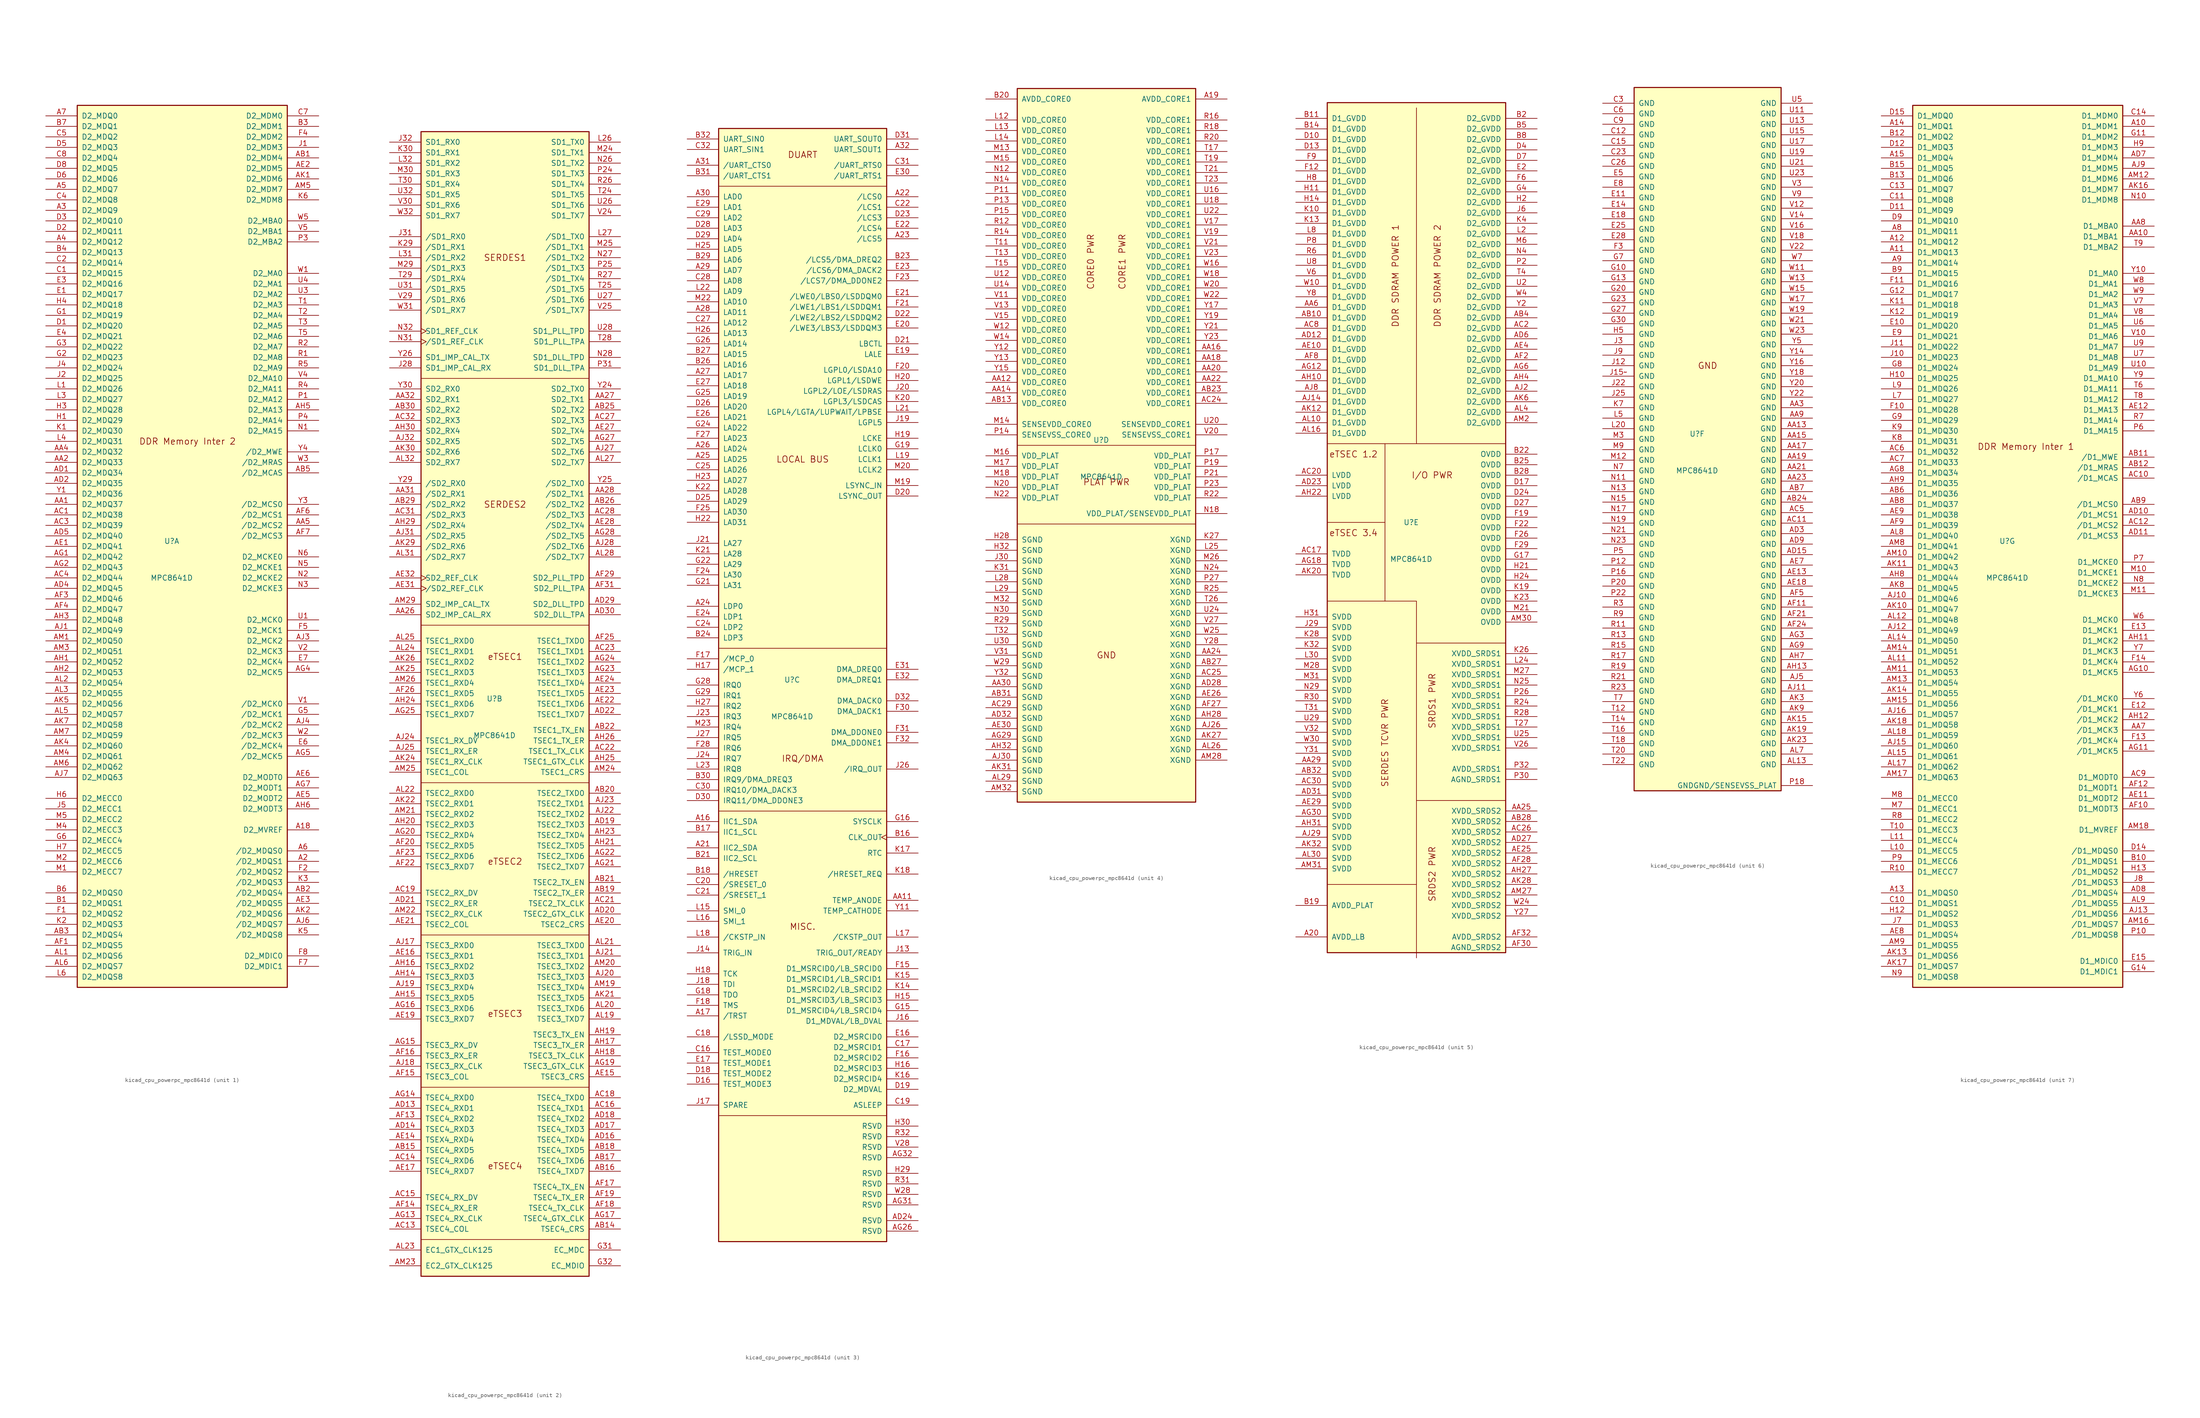
<source format=kicad_sym>
(kicad_symbol_lib
  (version 20220914)
  (generator kicad_symbol_editor)
  (symbol "kicad_cpu_powerpc_mpc8641d"
    (pin_names
      (offset 1.016))
    (property "Reference" "U"
      (at -2.54 1.27 0)
      (effects (font (size 1.27 1.27))))
    (property "Value" "MPC8641D"
      (at -2.54 -7.62 0)
      (effects (font (size 1.27 1.27))))
    (property "ki_locked" ""
      (at 0 0 0)
      (effects (font (size 1.27 1.27))))
    (symbol "kicad_cpu_powerpc_mpc8641d_1_1"
      (rectangle (start -25.4 106.68) (end 25.4 -106.68) (stroke (width 0.254) (type default)) (fill (type background)))
      (text "DDR Memory Inter 2" (at 1.27 25.4 0) (effects (font (size 1.524 1.524))))
      (pin output line (at 33.02 -68.58 180) (length 7.62) (name "D2_MVREF" (effects (font (size 1.27 1.27)))) (number "A18" (effects (font (size 1.27 1.27)))))
      (pin bidirectional line (at 33.02 -76.2 180) (length 7.62) (name "/D2_MDQS1" (effects (font (size 1.27 1.27)))) (number "A2" (effects (font (size 1.27 1.27)))))
      (pin bidirectional line (at -33.02 81.28 0) (length 7.62) (name "D2_MDQ9" (effects (font (size 1.27 1.27)))) (number "A3" (effects (font (size 1.27 1.27)))))
      (pin bidirectional line (at -33.02 73.66 0) (length 7.62) (name "D2_MDQ12" (effects (font (size 1.27 1.27)))) (number "A4" (effects (font (size 1.27 1.27)))))
      (pin bidirectional line (at -33.02 86.36 0) (length 7.62) (name "D2_MDQ7" (effects (font (size 1.27 1.27)))) (number "A5" (effects (font (size 1.27 1.27)))))
      (pin bidirectional line (at 33.02 -73.66 180) (length 7.62) (name "/D2_MDQS0" (effects (font (size 1.27 1.27)))) (number "A6" (effects (font (size 1.27 1.27)))))
      (pin bidirectional line (at -33.02 104.14 0) (length 7.62) (name "D2_MDQ0" (effects (font (size 1.27 1.27)))) (number "A7" (effects (font (size 1.27 1.27)))))
      (pin bidirectional line (at -33.02 10.16 0) (length 7.62) (name "D2_MDQ37" (effects (font (size 1.27 1.27)))) (number "AA1" (effects (font (size 1.27 1.27)))))
      (pin bidirectional line (at -33.02 20.32 0) (length 7.62) (name "D2_MDQ33" (effects (font (size 1.27 1.27)))) (number "AA2" (effects (font (size 1.27 1.27)))))
      (pin bidirectional line (at -33.02 22.86 0) (length 7.62) (name "D2_MDQ32" (effects (font (size 1.27 1.27)))) (number "AA4" (effects (font (size 1.27 1.27)))))
      (pin output line (at 33.02 5.08 180) (length 7.62) (name "/D2_MCS2" (effects (font (size 1.27 1.27)))) (number "AA5" (effects (font (size 1.27 1.27)))))
      (pin output line (at 33.02 93.98 180) (length 7.62) (name "D2_MDM4" (effects (font (size 1.27 1.27)))) (number "AB1" (effects (font (size 1.27 1.27)))))
      (pin bidirectional line (at 33.02 -83.82 180) (length 7.62) (name "/D2_MDQS4" (effects (font (size 1.27 1.27)))) (number "AB2" (effects (font (size 1.27 1.27)))))
      (pin bidirectional line (at -33.02 -93.98 0) (length 7.62) (name "D2_MDQS4" (effects (font (size 1.27 1.27)))) (number "AB3" (effects (font (size 1.27 1.27)))))
      (pin output line (at 33.02 17.78 180) (length 7.62) (name "/D2_MCAS" (effects (font (size 1.27 1.27)))) (number "AB5" (effects (font (size 1.27 1.27)))))
      (pin bidirectional line (at -33.02 7.62 0) (length 7.62) (name "D2_MDQ38" (effects (font (size 1.27 1.27)))) (number "AC1" (effects (font (size 1.27 1.27)))))
      (pin bidirectional line (at -33.02 5.08 0) (length 7.62) (name "D2_MDQ39" (effects (font (size 1.27 1.27)))) (number "AC3" (effects (font (size 1.27 1.27)))))
      (pin bidirectional line (at -33.02 -7.62 0) (length 7.62) (name "D2_MDQ44" (effects (font (size 1.27 1.27)))) (number "AC4" (effects (font (size 1.27 1.27)))))
      (pin bidirectional line (at -33.02 17.78 0) (length 7.62) (name "D2_MDQ34" (effects (font (size 1.27 1.27)))) (number "AD1" (effects (font (size 1.27 1.27)))))
      (pin bidirectional line (at -33.02 15.24 0) (length 7.62) (name "D2_MDQ35" (effects (font (size 1.27 1.27)))) (number "AD2" (effects (font (size 1.27 1.27)))))
      (pin bidirectional line (at -33.02 -10.16 0) (length 7.62) (name "D2_MDQ45" (effects (font (size 1.27 1.27)))) (number "AD4" (effects (font (size 1.27 1.27)))))
      (pin bidirectional line (at -33.02 2.54 0) (length 7.62) (name "D2_MDQ40" (effects (font (size 1.27 1.27)))) (number "AD5" (effects (font (size 1.27 1.27)))))
      (pin bidirectional line (at -33.02 0 0) (length 7.62) (name "D2_MDQ41" (effects (font (size 1.27 1.27)))) (number "AE1" (effects (font (size 1.27 1.27)))))
      (pin output line (at 33.02 91.44 180) (length 7.62) (name "D2_MDM5" (effects (font (size 1.27 1.27)))) (number "AE2" (effects (font (size 1.27 1.27)))))
      (pin bidirectional line (at 33.02 -86.36 180) (length 7.62) (name "/D2_MDQS5" (effects (font (size 1.27 1.27)))) (number "AE3" (effects (font (size 1.27 1.27)))))
      (pin output line (at 33.02 -60.96 180) (length 7.62) (name "D2_MODT2" (effects (font (size 1.27 1.27)))) (number "AE5" (effects (font (size 1.27 1.27)))))
      (pin output line (at 33.02 -55.88 180) (length 7.62) (name "D2_MODT0" (effects (font (size 1.27 1.27)))) (number "AE6" (effects (font (size 1.27 1.27)))))
      (pin bidirectional line (at -33.02 -96.52 0) (length 7.62) (name "D2_MDQS5" (effects (font (size 1.27 1.27)))) (number "AF1" (effects (font (size 1.27 1.27)))))
      (pin bidirectional line (at -33.02 -12.7 0) (length 7.62) (name "D2_MDQ46" (effects (font (size 1.27 1.27)))) (number "AF3" (effects (font (size 1.27 1.27)))))
      (pin bidirectional line (at -33.02 -15.24 0) (length 7.62) (name "D2_MDQ47" (effects (font (size 1.27 1.27)))) (number "AF4" (effects (font (size 1.27 1.27)))))
      (pin output line (at 33.02 7.62 180) (length 7.62) (name "/D2_MCS1" (effects (font (size 1.27 1.27)))) (number "AF6" (effects (font (size 1.27 1.27)))))
      (pin output line (at 33.02 2.54 180) (length 7.62) (name "/D2_MCS3" (effects (font (size 1.27 1.27)))) (number "AF7" (effects (font (size 1.27 1.27)))))
      (pin bidirectional line (at -33.02 -2.54 0) (length 7.62) (name "D2_MDQ42" (effects (font (size 1.27 1.27)))) (number "AG1" (effects (font (size 1.27 1.27)))))
      (pin bidirectional line (at -33.02 -5.08 0) (length 7.62) (name "D2_MDQ43" (effects (font (size 1.27 1.27)))) (number "AG2" (effects (font (size 1.27 1.27)))))
      (pin output line (at 33.02 -30.48 180) (length 7.62) (name "D2_MCK5" (effects (font (size 1.27 1.27)))) (number "AG4" (effects (font (size 1.27 1.27)))))
      (pin output line (at 33.02 -50.8 180) (length 7.62) (name "/D2_MCK5" (effects (font (size 1.27 1.27)))) (number "AG5" (effects (font (size 1.27 1.27)))))
      (pin output line (at 33.02 -58.42 180) (length 7.62) (name "D2_MODT1" (effects (font (size 1.27 1.27)))) (number "AG7" (effects (font (size 1.27 1.27)))))
      (pin bidirectional line (at -33.02 -27.94 0) (length 7.62) (name "D2_MDQ52" (effects (font (size 1.27 1.27)))) (number "AH1" (effects (font (size 1.27 1.27)))))
      (pin bidirectional line (at -33.02 -30.48 0) (length 7.62) (name "D2_MDQ53" (effects (font (size 1.27 1.27)))) (number "AH2" (effects (font (size 1.27 1.27)))))
      (pin bidirectional line (at -33.02 -17.78 0) (length 7.62) (name "D2_MDQ48" (effects (font (size 1.27 1.27)))) (number "AH3" (effects (font (size 1.27 1.27)))))
      (pin output line (at 33.02 33.02 180) (length 7.62) (name "D2_MA13" (effects (font (size 1.27 1.27)))) (number "AH5" (effects (font (size 1.27 1.27)))))
      (pin output line (at 33.02 -63.5 180) (length 7.62) (name "D2_MODT3" (effects (font (size 1.27 1.27)))) (number "AH6" (effects (font (size 1.27 1.27)))))
      (pin bidirectional line (at -33.02 -20.32 0) (length 7.62) (name "D2_MDQ49" (effects (font (size 1.27 1.27)))) (number "AJ1" (effects (font (size 1.27 1.27)))))
      (pin output line (at 33.02 -22.86 180) (length 7.62) (name "D2_MCK2" (effects (font (size 1.27 1.27)))) (number "AJ3" (effects (font (size 1.27 1.27)))))
      (pin output line (at 33.02 -43.18 180) (length 7.62) (name "/D2_MCK2" (effects (font (size 1.27 1.27)))) (number "AJ4" (effects (font (size 1.27 1.27)))))
      (pin bidirectional line (at 33.02 -91.44 180) (length 7.62) (name "/D2_MDQS7" (effects (font (size 1.27 1.27)))) (number "AJ6" (effects (font (size 1.27 1.27)))))
      (pin bidirectional line (at -33.02 -55.88 0) (length 7.62) (name "D2_MDQ63" (effects (font (size 1.27 1.27)))) (number "AJ7" (effects (font (size 1.27 1.27)))))
      (pin output line (at 33.02 88.9 180) (length 7.62) (name "D2_MDM6" (effects (font (size 1.27 1.27)))) (number "AK1" (effects (font (size 1.27 1.27)))))
      (pin bidirectional line (at 33.02 -88.9 180) (length 7.62) (name "/D2_MDQS6" (effects (font (size 1.27 1.27)))) (number "AK2" (effects (font (size 1.27 1.27)))))
      (pin bidirectional line (at -33.02 -48.26 0) (length 7.62) (name "D2_MDQ60" (effects (font (size 1.27 1.27)))) (number "AK4" (effects (font (size 1.27 1.27)))))
      (pin bidirectional line (at -33.02 -38.1 0) (length 7.62) (name "D2_MDQ56" (effects (font (size 1.27 1.27)))) (number "AK5" (effects (font (size 1.27 1.27)))))
      (pin bidirectional line (at -33.02 -43.18 0) (length 7.62) (name "D2_MDQ58" (effects (font (size 1.27 1.27)))) (number "AK7" (effects (font (size 1.27 1.27)))))
      (pin bidirectional line (at -33.02 -99.06 0) (length 7.62) (name "D2_MDQS6" (effects (font (size 1.27 1.27)))) (number "AL1" (effects (font (size 1.27 1.27)))))
      (pin bidirectional line (at -33.02 -33.02 0) (length 7.62) (name "D2_MDQ54" (effects (font (size 1.27 1.27)))) (number "AL2" (effects (font (size 1.27 1.27)))))
      (pin bidirectional line (at -33.02 -35.56 0) (length 7.62) (name "D2_MDQ55" (effects (font (size 1.27 1.27)))) (number "AL3" (effects (font (size 1.27 1.27)))))
      (pin bidirectional line (at -33.02 -40.64 0) (length 7.62) (name "D2_MDQ57" (effects (font (size 1.27 1.27)))) (number "AL5" (effects (font (size 1.27 1.27)))))
      (pin bidirectional line (at -33.02 -101.6 0) (length 7.62) (name "D2_MDQS7" (effects (font (size 1.27 1.27)))) (number "AL6" (effects (font (size 1.27 1.27)))))
      (pin bidirectional line (at -33.02 -22.86 0) (length 7.62) (name "D2_MDQ50" (effects (font (size 1.27 1.27)))) (number "AM1" (effects (font (size 1.27 1.27)))))
      (pin bidirectional line (at -33.02 -25.4 0) (length 7.62) (name "D2_MDQ51" (effects (font (size 1.27 1.27)))) (number "AM3" (effects (font (size 1.27 1.27)))))
      (pin bidirectional line (at -33.02 -50.8 0) (length 7.62) (name "D2_MDQ61" (effects (font (size 1.27 1.27)))) (number "AM4" (effects (font (size 1.27 1.27)))))
      (pin output line (at 33.02 86.36 180) (length 7.62) (name "D2_MDM7" (effects (font (size 1.27 1.27)))) (number "AM5" (effects (font (size 1.27 1.27)))))
      (pin bidirectional line (at -33.02 -53.34 0) (length 7.62) (name "D2_MDQ62" (effects (font (size 1.27 1.27)))) (number "AM6" (effects (font (size 1.27 1.27)))))
      (pin bidirectional line (at -33.02 -45.72 0) (length 7.62) (name "D2_MDQ59" (effects (font (size 1.27 1.27)))) (number "AM7" (effects (font (size 1.27 1.27)))))
      (pin bidirectional line (at -33.02 -86.36 0) (length 7.62) (name "D2_MDQS1" (effects (font (size 1.27 1.27)))) (number "B1" (effects (font (size 1.27 1.27)))))
      (pin output line (at 33.02 101.6 180) (length 7.62) (name "D2_MDM1" (effects (font (size 1.27 1.27)))) (number "B3" (effects (font (size 1.27 1.27)))))
      (pin bidirectional line (at -33.02 71.12 0) (length 7.62) (name "D2_MDQ13" (effects (font (size 1.27 1.27)))) (number "B4" (effects (font (size 1.27 1.27)))))
      (pin bidirectional line (at -33.02 -83.82 0) (length 7.62) (name "D2_MDQS0" (effects (font (size 1.27 1.27)))) (number "B6" (effects (font (size 1.27 1.27)))))
      (pin bidirectional line (at -33.02 101.6 0) (length 7.62) (name "D2_MDQ1" (effects (font (size 1.27 1.27)))) (number "B7" (effects (font (size 1.27 1.27)))))
      (pin bidirectional line (at -33.02 66.04 0) (length 7.62) (name "D2_MDQ15" (effects (font (size 1.27 1.27)))) (number "C1" (effects (font (size 1.27 1.27)))))
      (pin bidirectional line (at -33.02 68.58 0) (length 7.62) (name "D2_MDQ14" (effects (font (size 1.27 1.27)))) (number "C2" (effects (font (size 1.27 1.27)))))
      (pin bidirectional line (at -33.02 83.82 0) (length 7.62) (name "D2_MDQ8" (effects (font (size 1.27 1.27)))) (number "C4" (effects (font (size 1.27 1.27)))))
      (pin bidirectional line (at -33.02 99.06 0) (length 7.62) (name "D2_MDQ2" (effects (font (size 1.27 1.27)))) (number "C5" (effects (font (size 1.27 1.27)))))
      (pin output line (at 33.02 104.14 180) (length 7.62) (name "D2_MDM0" (effects (font (size 1.27 1.27)))) (number "C7" (effects (font (size 1.27 1.27)))))
      (pin bidirectional line (at -33.02 93.98 0) (length 7.62) (name "D2_MDQ4" (effects (font (size 1.27 1.27)))) (number "C8" (effects (font (size 1.27 1.27)))))
      (pin bidirectional line (at -33.02 53.34 0) (length 7.62) (name "D2_MDQ20" (effects (font (size 1.27 1.27)))) (number "D1" (effects (font (size 1.27 1.27)))))
      (pin bidirectional line (at -33.02 76.2 0) (length 7.62) (name "D2_MDQ11" (effects (font (size 1.27 1.27)))) (number "D2" (effects (font (size 1.27 1.27)))))
      (pin bidirectional line (at -33.02 78.74 0) (length 7.62) (name "D2_MDQ10" (effects (font (size 1.27 1.27)))) (number "D3" (effects (font (size 1.27 1.27)))))
      (pin bidirectional line (at -33.02 96.52 0) (length 7.62) (name "D2_MDQ3" (effects (font (size 1.27 1.27)))) (number "D5" (effects (font (size 1.27 1.27)))))
      (pin bidirectional line (at -33.02 88.9 0) (length 7.62) (name "D2_MDQ6" (effects (font (size 1.27 1.27)))) (number "D6" (effects (font (size 1.27 1.27)))))
      (pin bidirectional line (at -33.02 91.44 0) (length 7.62) (name "D2_MDQ5" (effects (font (size 1.27 1.27)))) (number "D8" (effects (font (size 1.27 1.27)))))
      (pin bidirectional line (at -33.02 60.96 0) (length 7.62) (name "D2_MDQ17" (effects (font (size 1.27 1.27)))) (number "E1" (effects (font (size 1.27 1.27)))))
      (pin bidirectional line (at -33.02 63.5 0) (length 7.62) (name "D2_MDQ16" (effects (font (size 1.27 1.27)))) (number "E3" (effects (font (size 1.27 1.27)))))
      (pin bidirectional line (at -33.02 50.8 0) (length 7.62) (name "D2_MDQ21" (effects (font (size 1.27 1.27)))) (number "E4" (effects (font (size 1.27 1.27)))))
      (pin output line (at 33.02 -48.26 180) (length 7.62) (name "/D2_MCK4" (effects (font (size 1.27 1.27)))) (number "E6" (effects (font (size 1.27 1.27)))))
      (pin output line (at 33.02 -27.94 180) (length 7.62) (name "D2_MCK4" (effects (font (size 1.27 1.27)))) (number "E7" (effects (font (size 1.27 1.27)))))
      (pin bidirectional line (at -33.02 -88.9 0) (length 7.62) (name "D2_MDQS2" (effects (font (size 1.27 1.27)))) (number "F1" (effects (font (size 1.27 1.27)))))
      (pin bidirectional line (at 33.02 -78.74 180) (length 7.62) (name "/D2_MDQS2" (effects (font (size 1.27 1.27)))) (number "F2" (effects (font (size 1.27 1.27)))))
      (pin output line (at 33.02 99.06 180) (length 7.62) (name "D2_MDM2" (effects (font (size 1.27 1.27)))) (number "F4" (effects (font (size 1.27 1.27)))))
      (pin output line (at 33.02 -20.32 180) (length 7.62) (name "D2_MCK1" (effects (font (size 1.27 1.27)))) (number "F5" (effects (font (size 1.27 1.27)))))
      (pin bidirectional line (at 33.02 -101.6 180) (length 7.62) (name "D2_MDIC1" (effects (font (size 1.27 1.27)))) (number "F7" (effects (font (size 1.27 1.27)))))
      (pin bidirectional line (at 33.02 -99.06 180) (length 7.62) (name "D2_MDIC0" (effects (font (size 1.27 1.27)))) (number "F8" (effects (font (size 1.27 1.27)))))
      (pin bidirectional line (at -33.02 55.88 0) (length 7.62) (name "D2_MDQ19" (effects (font (size 1.27 1.27)))) (number "G1" (effects (font (size 1.27 1.27)))))
      (pin bidirectional line (at -33.02 45.72 0) (length 7.62) (name "D2_MDQ23" (effects (font (size 1.27 1.27)))) (number "G2" (effects (font (size 1.27 1.27)))))
      (pin bidirectional line (at -33.02 48.26 0) (length 7.62) (name "D2_MDQ22" (effects (font (size 1.27 1.27)))) (number "G3" (effects (font (size 1.27 1.27)))))
      (pin output line (at 33.02 -40.64 180) (length 7.62) (name "/D2_MCK1" (effects (font (size 1.27 1.27)))) (number "G5" (effects (font (size 1.27 1.27)))))
      (pin bidirectional line (at -33.02 -71.12 0) (length 7.62) (name "D2_MECC4" (effects (font (size 1.27 1.27)))) (number "G6" (effects (font (size 1.27 1.27)))))
      (pin bidirectional line (at -33.02 30.48 0) (length 7.62) (name "D2_MDQ29" (effects (font (size 1.27 1.27)))) (number "H1" (effects (font (size 1.27 1.27)))))
      (pin bidirectional line (at -33.02 33.02 0) (length 7.62) (name "D2_MDQ28" (effects (font (size 1.27 1.27)))) (number "H3" (effects (font (size 1.27 1.27)))))
      (pin bidirectional line (at -33.02 58.42 0) (length 7.62) (name "D2_MDQ18" (effects (font (size 1.27 1.27)))) (number "H4" (effects (font (size 1.27 1.27)))))
      (pin bidirectional line (at -33.02 -60.96 0) (length 7.62) (name "D2_MECC0" (effects (font (size 1.27 1.27)))) (number "H6" (effects (font (size 1.27 1.27)))))
      (pin bidirectional line (at -33.02 -73.66 0) (length 7.62) (name "D2_MECC5" (effects (font (size 1.27 1.27)))) (number "H7" (effects (font (size 1.27 1.27)))))
      (pin output line (at 33.02 96.52 180) (length 7.62) (name "D2_MDM3" (effects (font (size 1.27 1.27)))) (number "J1" (effects (font (size 1.27 1.27)))))
      (pin bidirectional line (at -33.02 40.64 0) (length 7.62) (name "D2_MDQ25" (effects (font (size 1.27 1.27)))) (number "J2" (effects (font (size 1.27 1.27)))))
      (pin bidirectional line (at -33.02 43.18 0) (length 7.62) (name "D2_MDQ24" (effects (font (size 1.27 1.27)))) (number "J4" (effects (font (size 1.27 1.27)))))
      (pin bidirectional line (at -33.02 -63.5 0) (length 7.62) (name "D2_MECC1" (effects (font (size 1.27 1.27)))) (number "J5" (effects (font (size 1.27 1.27)))))
      (pin bidirectional line (at -33.02 27.94 0) (length 7.62) (name "D2_MDQ30" (effects (font (size 1.27 1.27)))) (number "K1" (effects (font (size 1.27 1.27)))))
      (pin bidirectional line (at -33.02 -91.44 0) (length 7.62) (name "D2_MDQS3" (effects (font (size 1.27 1.27)))) (number "K2" (effects (font (size 1.27 1.27)))))
      (pin bidirectional line (at 33.02 -81.28 180) (length 7.62) (name "/D2_MDQS3" (effects (font (size 1.27 1.27)))) (number "K3" (effects (font (size 1.27 1.27)))))
      (pin bidirectional line (at 33.02 -93.98 180) (length 7.62) (name "/D2_MDQS8" (effects (font (size 1.27 1.27)))) (number "K5" (effects (font (size 1.27 1.27)))))
      (pin output line (at 33.02 83.82 180) (length 7.62) (name "D2_MDM8" (effects (font (size 1.27 1.27)))) (number "K6" (effects (font (size 1.27 1.27)))))
      (pin bidirectional line (at -33.02 38.1 0) (length 7.62) (name "D2_MDQ26" (effects (font (size 1.27 1.27)))) (number "L1" (effects (font (size 1.27 1.27)))))
      (pin bidirectional line (at -33.02 35.56 0) (length 7.62) (name "D2_MDQ27" (effects (font (size 1.27 1.27)))) (number "L3" (effects (font (size 1.27 1.27)))))
      (pin bidirectional line (at -33.02 25.4 0) (length 7.62) (name "D2_MDQ31" (effects (font (size 1.27 1.27)))) (number "L4" (effects (font (size 1.27 1.27)))))
      (pin bidirectional line (at -33.02 -104.14 0) (length 7.62) (name "D2_MDQS8" (effects (font (size 1.27 1.27)))) (number "L6" (effects (font (size 1.27 1.27)))))
      (pin bidirectional line (at -33.02 -78.74 0) (length 7.62) (name "D2_MECC7" (effects (font (size 1.27 1.27)))) (number "M1" (effects (font (size 1.27 1.27)))))
      (pin bidirectional line (at -33.02 -76.2 0) (length 7.62) (name "D2_MECC6" (effects (font (size 1.27 1.27)))) (number "M2" (effects (font (size 1.27 1.27)))))
      (pin bidirectional line (at -33.02 -68.58 0) (length 7.62) (name "D2_MECC3" (effects (font (size 1.27 1.27)))) (number "M4" (effects (font (size 1.27 1.27)))))
      (pin bidirectional line (at -33.02 -66.04 0) (length 7.62) (name "D2_MECC2" (effects (font (size 1.27 1.27)))) (number "M5" (effects (font (size 1.27 1.27)))))
      (pin output line (at 33.02 27.94 180) (length 7.62) (name "D2_MA15" (effects (font (size 1.27 1.27)))) (number "N1" (effects (font (size 1.27 1.27)))))
      (pin output line (at 33.02 -7.62 180) (length 7.62) (name "D2_MCKE2" (effects (font (size 1.27 1.27)))) (number "N2" (effects (font (size 1.27 1.27)))))
      (pin output line (at 33.02 -10.16 180) (length 7.62) (name "D2_MCKE3" (effects (font (size 1.27 1.27)))) (number "N3" (effects (font (size 1.27 1.27)))))
      (pin output line (at 33.02 -5.08 180) (length 7.62) (name "D2_MCKE1" (effects (font (size 1.27 1.27)))) (number "N5" (effects (font (size 1.27 1.27)))))
      (pin output line (at 33.02 -2.54 180) (length 7.62) (name "D2_MCKE0" (effects (font (size 1.27 1.27)))) (number "N6" (effects (font (size 1.27 1.27)))))
      (pin output line (at 33.02 35.56 180) (length 7.62) (name "D2_MA12" (effects (font (size 1.27 1.27)))) (number "P1" (effects (font (size 1.27 1.27)))))
      (pin output line (at 33.02 73.66 180) (length 7.62) (name "D2_MBA2" (effects (font (size 1.27 1.27)))) (number "P3" (effects (font (size 1.27 1.27)))))
      (pin output line (at 33.02 30.48 180) (length 7.62) (name "D2_MA14" (effects (font (size 1.27 1.27)))) (number "P4" (effects (font (size 1.27 1.27)))))
      (pin output line (at 33.02 45.72 180) (length 7.62) (name "D2_MA8" (effects (font (size 1.27 1.27)))) (number "R1" (effects (font (size 1.27 1.27)))))
      (pin output line (at 33.02 48.26 180) (length 7.62) (name "D2_MA7" (effects (font (size 1.27 1.27)))) (number "R2" (effects (font (size 1.27 1.27)))))
      (pin output line (at 33.02 38.1 180) (length 7.62) (name "D2_MA11" (effects (font (size 1.27 1.27)))) (number "R4" (effects (font (size 1.27 1.27)))))
      (pin output line (at 33.02 43.18 180) (length 7.62) (name "D2_MA9" (effects (font (size 1.27 1.27)))) (number "R5" (effects (font (size 1.27 1.27)))))
      (pin output line (at 33.02 58.42 180) (length 7.62) (name "D2_MA3" (effects (font (size 1.27 1.27)))) (number "T1" (effects (font (size 1.27 1.27)))))
      (pin output line (at 33.02 55.88 180) (length 7.62) (name "D2_MA4" (effects (font (size 1.27 1.27)))) (number "T2" (effects (font (size 1.27 1.27)))))
      (pin output line (at 33.02 53.34 180) (length 7.62) (name "D2_MA5" (effects (font (size 1.27 1.27)))) (number "T3" (effects (font (size 1.27 1.27)))))
      (pin output line (at 33.02 50.8 180) (length 7.62) (name "D2_MA6" (effects (font (size 1.27 1.27)))) (number "T5" (effects (font (size 1.27 1.27)))))
      (pin output line (at 33.02 -17.78 180) (length 7.62) (name "D2_MCK0" (effects (font (size 1.27 1.27)))) (number "U1" (effects (font (size 1.27 1.27)))))
      (pin output line (at 33.02 60.96 180) (length 7.62) (name "D2_MA2" (effects (font (size 1.27 1.27)))) (number "U3" (effects (font (size 1.27 1.27)))))
      (pin output line (at 33.02 63.5 180) (length 7.62) (name "D2_MA1" (effects (font (size 1.27 1.27)))) (number "U4" (effects (font (size 1.27 1.27)))))
      (pin output line (at 33.02 -38.1 180) (length 7.62) (name "/D2_MCK0" (effects (font (size 1.27 1.27)))) (number "V1" (effects (font (size 1.27 1.27)))))
      (pin output line (at 33.02 -25.4 180) (length 7.62) (name "D2_MCK3" (effects (font (size 1.27 1.27)))) (number "V2" (effects (font (size 1.27 1.27)))))
      (pin output line (at 33.02 40.64 180) (length 7.62) (name "D2_MA10" (effects (font (size 1.27 1.27)))) (number "V4" (effects (font (size 1.27 1.27)))))
      (pin output line (at 33.02 76.2 180) (length 7.62) (name "D2_MBA1" (effects (font (size 1.27 1.27)))) (number "V5" (effects (font (size 1.27 1.27)))))
      (pin output line (at 33.02 66.04 180) (length 7.62) (name "D2_MA0" (effects (font (size 1.27 1.27)))) (number "W1" (effects (font (size 1.27 1.27)))))
      (pin output line (at 33.02 -45.72 180) (length 7.62) (name "/D2_MCK3" (effects (font (size 1.27 1.27)))) (number "W2" (effects (font (size 1.27 1.27)))))
      (pin output line (at 33.02 20.32 180) (length 7.62) (name "/D2_MRAS" (effects (font (size 1.27 1.27)))) (number "W3" (effects (font (size 1.27 1.27)))))
      (pin output line (at 33.02 78.74 180) (length 7.62) (name "D2_MBA0" (effects (font (size 1.27 1.27)))) (number "W5" (effects (font (size 1.27 1.27)))))
      (pin bidirectional line (at -33.02 12.7 0) (length 7.62) (name "D2_MDQ36" (effects (font (size 1.27 1.27)))) (number "Y1" (effects (font (size 1.27 1.27)))))
      (pin output line (at 33.02 10.16 180) (length 7.62) (name "/D2_MCS0" (effects (font (size 1.27 1.27)))) (number "Y3" (effects (font (size 1.27 1.27)))))
      (pin output line (at 33.02 22.86 180) (length 7.62) (name "/D2_MWE" (effects (font (size 1.27 1.27)))) (number "Y4" (effects (font (size 1.27 1.27))))))
    (symbol "kicad_cpu_powerpc_mpc8641d_2_1"
      (rectangle (start -20.32 138.43) (end 20.32 -138.43) (stroke (width 0.254) (type default)) (fill (type background)))
      (polyline (pts (xy -20.32 -129.54) (xy 20.32 -129.54) (xy 20.32 -129.54)) (stroke (width 0) (type default)) (fill (type none)))
      (polyline (pts (xy -20.32 -92.71) (xy 20.32 -92.71) (xy 20.32 -92.71)) (stroke (width 0) (type default)) (fill (type none)))
      (polyline (pts (xy -20.32 -55.88) (xy 20.32 -55.88) (xy 20.32 -55.88)) (stroke (width 0) (type default)) (fill (type none)))
      (polyline (pts (xy -20.32 -19.05) (xy 20.32 -19.05) (xy 20.32 -19.05)) (stroke (width 0) (type default)) (fill (type none)))
      (polyline (pts (xy -20.32 19.05) (xy 20.32 19.05) (xy 20.32 19.05)) (stroke (width 0) (type default)) (fill (type none)))
      (polyline (pts (xy -20.32 78.74) (xy 20.32 78.74) (xy 20.32 78.74)) (stroke (width 0) (type default)) (fill (type none)))
      (text "eTSEC1" (at 0 11.43 0) (effects (font (size 1.524 1.524))))
      (text "eTSEC2" (at 0 -38.1 0) (effects (font (size 1.524 1.524))))
      (text "eTSEC3" (at 0 -74.93 0) (effects (font (size 1.524 1.524))))
      (text "eTSEC4" (at 0 -111.76 0) (effects (font (size 1.524 1.524))))
      (text "SERDES1" (at 0 107.95 0) (effects (font (size 1.524 1.524))))
      (text "SERDES2" (at 0 48.26 0) (effects (font (size 1.524 1.524))))
      (pin input line (at -27.94 21.59 0) (length 7.62) (name "SD2_IMP_CAL_RX" (effects (font (size 1.27 1.27)))) (number "AA26" (effects (font (size 1.27 1.27)))))
      (pin output line (at 27.94 73.66 180) (length 7.62) (name "SD2_TX1" (effects (font (size 1.27 1.27)))) (number "AA27" (effects (font (size 1.27 1.27)))))
      (pin output line (at 27.94 50.8 180) (length 7.62) (name "/SD2_TX1" (effects (font (size 1.27 1.27)))) (number "AA28" (effects (font (size 1.27 1.27)))))
      (pin input line (at -27.94 50.8 0) (length 7.62) (name "/SD2_RX1" (effects (font (size 1.27 1.27)))) (number "AA31" (effects (font (size 1.27 1.27)))))
      (pin input line (at -27.94 73.66 0) (length 7.62) (name "SD2_RX1" (effects (font (size 1.27 1.27)))) (number "AA32" (effects (font (size 1.27 1.27)))))
      (pin bidirectional line (at 27.94 -127 180) (length 7.62) (name "TSEC4_CRS" (effects (font (size 1.27 1.27)))) (number "AB14" (effects (font (size 1.27 1.27)))))
      (pin input line (at -27.94 -107.95 0) (length 7.62) (name "TSEC4_RXD5" (effects (font (size 1.27 1.27)))) (number "AB15" (effects (font (size 1.27 1.27)))))
      (pin output line (at 27.94 -113.03 180) (length 7.62) (name "TSEC4_TXD7" (effects (font (size 1.27 1.27)))) (number "AB16" (effects (font (size 1.27 1.27)))))
      (pin output line (at 27.94 -110.49 180) (length 7.62) (name "TSEC4_TXD6" (effects (font (size 1.27 1.27)))) (number "AB17" (effects (font (size 1.27 1.27)))))
      (pin output line (at 27.94 -107.95 180) (length 7.62) (name "TSEC4_TXD5" (effects (font (size 1.27 1.27)))) (number "AB18" (effects (font (size 1.27 1.27)))))
      (pin output line (at 27.94 -45.72 180) (length 7.62) (name "TSEC2_TX_ER" (effects (font (size 1.27 1.27)))) (number "AB19" (effects (font (size 1.27 1.27)))))
      (pin output line (at 27.94 -21.59 180) (length 7.62) (name "TSEC2_TXD0" (effects (font (size 1.27 1.27)))) (number "AB20" (effects (font (size 1.27 1.27)))))
      (pin output line (at 27.94 -43.18 180) (length 7.62) (name "TSEC2_TX_EN" (effects (font (size 1.27 1.27)))) (number "AB21" (effects (font (size 1.27 1.27)))))
      (pin output line (at 27.94 -6.35 180) (length 7.62) (name "TSEC1_TX_EN" (effects (font (size 1.27 1.27)))) (number "AB22" (effects (font (size 1.27 1.27)))))
      (pin output line (at 27.94 71.12 180) (length 7.62) (name "SD2_TX2" (effects (font (size 1.27 1.27)))) (number "AB25" (effects (font (size 1.27 1.27)))))
      (pin output line (at 27.94 48.26 180) (length 7.62) (name "/SD2_TX2" (effects (font (size 1.27 1.27)))) (number "AB26" (effects (font (size 1.27 1.27)))))
      (pin input line (at -27.94 48.26 0) (length 7.62) (name "/SD2_RX2" (effects (font (size 1.27 1.27)))) (number "AB29" (effects (font (size 1.27 1.27)))))
      (pin input line (at -27.94 71.12 0) (length 7.62) (name "SD2_RX2" (effects (font (size 1.27 1.27)))) (number "AB30" (effects (font (size 1.27 1.27)))))
      (pin input line (at -27.94 -127 0) (length 7.62) (name "TSEC4_COL" (effects (font (size 1.27 1.27)))) (number "AC13" (effects (font (size 1.27 1.27)))))
      (pin input line (at -27.94 -110.49 0) (length 7.62) (name "TSEC4_RXD6" (effects (font (size 1.27 1.27)))) (number "AC14" (effects (font (size 1.27 1.27)))))
      (pin input line (at -27.94 -119.38 0) (length 7.62) (name "TSEC4_RX_DV" (effects (font (size 1.27 1.27)))) (number "AC15" (effects (font (size 1.27 1.27)))))
      (pin output line (at 27.94 -97.79 180) (length 7.62) (name "TSEC4_TXD1" (effects (font (size 1.27 1.27)))) (number "AC16" (effects (font (size 1.27 1.27)))))
      (pin output line (at 27.94 -95.25 180) (length 7.62) (name "TSEC4_TXD0" (effects (font (size 1.27 1.27)))) (number "AC18" (effects (font (size 1.27 1.27)))))
      (pin input line (at -27.94 -45.72 0) (length 7.62) (name "TSEC2_RX_DV" (effects (font (size 1.27 1.27)))) (number "AC19" (effects (font (size 1.27 1.27)))))
      (pin input line (at 27.94 -48.26 180) (length 7.62) (name "TSEC2_TX_CLK" (effects (font (size 1.27 1.27)))) (number "AC21" (effects (font (size 1.27 1.27)))))
      (pin input line (at 27.94 -11.43 180) (length 7.62) (name "TSEC1_TX_CLK" (effects (font (size 1.27 1.27)))) (number "AC22" (effects (font (size 1.27 1.27)))))
      (pin output line (at 27.94 12.7 180) (length 7.62) (name "TSEC1_TXD1" (effects (font (size 1.27 1.27)))) (number "AC23" (effects (font (size 1.27 1.27)))))
      (pin output line (at 27.94 68.58 180) (length 7.62) (name "SD2_TX3" (effects (font (size 1.27 1.27)))) (number "AC27" (effects (font (size 1.27 1.27)))))
      (pin output line (at 27.94 45.72 180) (length 7.62) (name "/SD2_TX3" (effects (font (size 1.27 1.27)))) (number "AC28" (effects (font (size 1.27 1.27)))))
      (pin input line (at -27.94 45.72 0) (length 7.62) (name "/SD2_RX3" (effects (font (size 1.27 1.27)))) (number "AC31" (effects (font (size 1.27 1.27)))))
      (pin input line (at -27.94 68.58 0) (length 7.62) (name "SD2_RX3" (effects (font (size 1.27 1.27)))) (number "AC32" (effects (font (size 1.27 1.27)))))
      (pin input line (at -27.94 -97.79 0) (length 7.62) (name "TSEC4_RXD1" (effects (font (size 1.27 1.27)))) (number "AD13" (effects (font (size 1.27 1.27)))))
      (pin input line (at -27.94 -102.87 0) (length 7.62) (name "TSEC4_RXD3" (effects (font (size 1.27 1.27)))) (number "AD14" (effects (font (size 1.27 1.27)))))
      (pin output line (at 27.94 -105.41 180) (length 7.62) (name "TSEC4_TXD4" (effects (font (size 1.27 1.27)))) (number "AD16" (effects (font (size 1.27 1.27)))))
      (pin output line (at 27.94 -102.87 180) (length 7.62) (name "TSEC4_TXD3" (effects (font (size 1.27 1.27)))) (number "AD17" (effects (font (size 1.27 1.27)))))
      (pin output line (at 27.94 -100.33 180) (length 7.62) (name "TSEC4_TXD2" (effects (font (size 1.27 1.27)))) (number "AD18" (effects (font (size 1.27 1.27)))))
      (pin output line (at 27.94 -29.21 180) (length 7.62) (name "TSEC2_TXD3" (effects (font (size 1.27 1.27)))) (number "AD19" (effects (font (size 1.27 1.27)))))
      (pin output line (at 27.94 -50.8 180) (length 7.62) (name "TSEC2_GTX_CLK" (effects (font (size 1.27 1.27)))) (number "AD20" (effects (font (size 1.27 1.27)))))
      (pin input line (at -27.94 -48.26 0) (length 7.62) (name "TSEC2_RX_ER" (effects (font (size 1.27 1.27)))) (number "AD21" (effects (font (size 1.27 1.27)))))
      (pin output line (at 27.94 -2.54 180) (length 7.62) (name "TSEC1_TXD7" (effects (font (size 1.27 1.27)))) (number "AD22" (effects (font (size 1.27 1.27)))))
      (pin output line (at 27.94 24.13 180) (length 7.62) (name "SD2_DLL_TPD" (effects (font (size 1.27 1.27)))) (number "AD29" (effects (font (size 1.27 1.27)))))
      (pin output line (at 27.94 21.59 180) (length 7.62) (name "SD2_DLL_TPA" (effects (font (size 1.27 1.27)))) (number "AD30" (effects (font (size 1.27 1.27)))))
      (pin input line (at -27.94 -105.41 0) (length 7.62) (name "TSEX4_RXD4" (effects (font (size 1.27 1.27)))) (number "AE14" (effects (font (size 1.27 1.27)))))
      (pin bidirectional line (at 27.94 -90.17 180) (length 7.62) (name "TSEC3_CRS" (effects (font (size 1.27 1.27)))) (number "AE15" (effects (font (size 1.27 1.27)))))
      (pin input line (at -27.94 -60.96 0) (length 7.62) (name "TSEC3_RXD1" (effects (font (size 1.27 1.27)))) (number "AE16" (effects (font (size 1.27 1.27)))))
      (pin input line (at -27.94 -113.03 0) (length 7.62) (name "TSEC4_RXD7" (effects (font (size 1.27 1.27)))) (number "AE17" (effects (font (size 1.27 1.27)))))
      (pin input line (at -27.94 -76.2 0) (length 7.62) (name "TSEC3_RXD7" (effects (font (size 1.27 1.27)))) (number "AE19" (effects (font (size 1.27 1.27)))))
      (pin bidirectional line (at 27.94 -53.34 180) (length 7.62) (name "TSEC2_CRS" (effects (font (size 1.27 1.27)))) (number "AE20" (effects (font (size 1.27 1.27)))))
      (pin input line (at -27.94 -53.34 0) (length 7.62) (name "TSEC2_COL" (effects (font (size 1.27 1.27)))) (number "AE21" (effects (font (size 1.27 1.27)))))
      (pin output line (at 27.94 0 180) (length 7.62) (name "TSEC1_TXD6" (effects (font (size 1.27 1.27)))) (number "AE22" (effects (font (size 1.27 1.27)))))
      (pin output line (at 27.94 2.54 180) (length 7.62) (name "TSEC1_TXD5" (effects (font (size 1.27 1.27)))) (number "AE23" (effects (font (size 1.27 1.27)))))
      (pin output line (at 27.94 5.08 180) (length 7.62) (name "TSEC1_TXD4" (effects (font (size 1.27 1.27)))) (number "AE24" (effects (font (size 1.27 1.27)))))
      (pin output line (at 27.94 66.04 180) (length 7.62) (name "SD2_TX4" (effects (font (size 1.27 1.27)))) (number "AE27" (effects (font (size 1.27 1.27)))))
      (pin output line (at 27.94 43.18 180) (length 7.62) (name "/SD2_TX4" (effects (font (size 1.27 1.27)))) (number "AE28" (effects (font (size 1.27 1.27)))))
      (pin input clock (at -27.94 27.94 0) (length 7.62) (name "/SD2_REF_CLK" (effects (font (size 1.27 1.27)))) (number "AE31" (effects (font (size 1.27 1.27)))))
      (pin input clock (at -27.94 30.48 0) (length 7.62) (name "SD2_REF_CLK" (effects (font (size 1.27 1.27)))) (number "AE32" (effects (font (size 1.27 1.27)))))
      (pin input line (at -27.94 -100.33 0) (length 7.62) (name "TSEC4_RXD2" (effects (font (size 1.27 1.27)))) (number "AF13" (effects (font (size 1.27 1.27)))))
      (pin input line (at -27.94 -121.92 0) (length 7.62) (name "TSEC4_RX_ER" (effects (font (size 1.27 1.27)))) (number "AF14" (effects (font (size 1.27 1.27)))))
      (pin input line (at -27.94 -90.17 0) (length 7.62) (name "TSEC3_COL" (effects (font (size 1.27 1.27)))) (number "AF15" (effects (font (size 1.27 1.27)))))
      (pin input line (at -27.94 -85.09 0) (length 7.62) (name "TSEC3_RX_ER" (effects (font (size 1.27 1.27)))) (number "AF16" (effects (font (size 1.27 1.27)))))
      (pin output line (at 27.94 -116.84 180) (length 7.62) (name "TSEC4_TX_EN" (effects (font (size 1.27 1.27)))) (number "AF17" (effects (font (size 1.27 1.27)))))
      (pin input line (at 27.94 -121.92 180) (length 7.62) (name "TSEC4_TX_CLK" (effects (font (size 1.27 1.27)))) (number "AF18" (effects (font (size 1.27 1.27)))))
      (pin output line (at 27.94 -119.38 180) (length 7.62) (name "TSEC4_TX_ER" (effects (font (size 1.27 1.27)))) (number "AF19" (effects (font (size 1.27 1.27)))))
      (pin input line (at -27.94 -34.29 0) (length 7.62) (name "TSEC2_RXD5" (effects (font (size 1.27 1.27)))) (number "AF20" (effects (font (size 1.27 1.27)))))
      (pin input line (at -27.94 -39.37 0) (length 7.62) (name "TSEC3_RXD7" (effects (font (size 1.27 1.27)))) (number "AF22" (effects (font (size 1.27 1.27)))))
      (pin input line (at -27.94 -36.83 0) (length 7.62) (name "TSEC2_RXD6" (effects (font (size 1.27 1.27)))) (number "AF23" (effects (font (size 1.27 1.27)))))
      (pin output line (at 27.94 15.24 180) (length 7.62) (name "TSEC1_TXD0" (effects (font (size 1.27 1.27)))) (number "AF25" (effects (font (size 1.27 1.27)))))
      (pin input line (at -27.94 2.54 0) (length 7.62) (name "TSEC1_RXD5" (effects (font (size 1.27 1.27)))) (number "AF26" (effects (font (size 1.27 1.27)))))
      (pin output line (at 27.94 30.48 180) (length 7.62) (name "SD2_PLL_TPD" (effects (font (size 1.27 1.27)))) (number "AF29" (effects (font (size 1.27 1.27)))))
      (pin output line (at 27.94 27.94 180) (length 7.62) (name "SD2_PLL_TPA" (effects (font (size 1.27 1.27)))) (number "AF31" (effects (font (size 1.27 1.27)))))
      (pin input line (at -27.94 -124.46 0) (length 7.62) (name "TSEC4_RX_CLK" (effects (font (size 1.27 1.27)))) (number "AG13" (effects (font (size 1.27 1.27)))))
      (pin input line (at -27.94 -95.25 0) (length 7.62) (name "TSEC4_RXD0" (effects (font (size 1.27 1.27)))) (number "AG14" (effects (font (size 1.27 1.27)))))
      (pin input line (at -27.94 -82.55 0) (length 7.62) (name "TSEC3_RX_DV" (effects (font (size 1.27 1.27)))) (number "AG15" (effects (font (size 1.27 1.27)))))
      (pin input line (at -27.94 -73.66 0) (length 7.62) (name "TSEC3_RXD6" (effects (font (size 1.27 1.27)))) (number "AG16" (effects (font (size 1.27 1.27)))))
      (pin output line (at 27.94 -124.46 180) (length 7.62) (name "TSEC4_GTX_CLK" (effects (font (size 1.27 1.27)))) (number "AG17" (effects (font (size 1.27 1.27)))))
      (pin output line (at 27.94 -87.63 180) (length 7.62) (name "TSEC3_GTX_CLK" (effects (font (size 1.27 1.27)))) (number "AG19" (effects (font (size 1.27 1.27)))))
      (pin input line (at -27.94 -31.75 0) (length 7.62) (name "TSEC2_RXD4" (effects (font (size 1.27 1.27)))) (number "AG20" (effects (font (size 1.27 1.27)))))
      (pin output line (at 27.94 -39.37 180) (length 7.62) (name "TSEC2_TXD7" (effects (font (size 1.27 1.27)))) (number "AG21" (effects (font (size 1.27 1.27)))))
      (pin output line (at 27.94 -36.83 180) (length 7.62) (name "TSEC2_TXD6" (effects (font (size 1.27 1.27)))) (number "AG22" (effects (font (size 1.27 1.27)))))
      (pin output line (at 27.94 7.62 180) (length 7.62) (name "TSEC1_TXD3" (effects (font (size 1.27 1.27)))) (number "AG23" (effects (font (size 1.27 1.27)))))
      (pin output line (at 27.94 10.16 180) (length 7.62) (name "TSEC1_TXD2" (effects (font (size 1.27 1.27)))) (number "AG24" (effects (font (size 1.27 1.27)))))
      (pin input line (at -27.94 -2.54 0) (length 7.62) (name "TSEC1_RXD7" (effects (font (size 1.27 1.27)))) (number "AG25" (effects (font (size 1.27 1.27)))))
      (pin output line (at 27.94 63.5 180) (length 7.62) (name "SD2_TX5" (effects (font (size 1.27 1.27)))) (number "AG27" (effects (font (size 1.27 1.27)))))
      (pin output line (at 27.94 40.64 180) (length 7.62) (name "/SD2_TX5" (effects (font (size 1.27 1.27)))) (number "AG28" (effects (font (size 1.27 1.27)))))
      (pin input line (at -27.94 -66.04 0) (length 7.62) (name "TSEC3_RXD3" (effects (font (size 1.27 1.27)))) (number "AH14" (effects (font (size 1.27 1.27)))))
      (pin input line (at -27.94 -71.12 0) (length 7.62) (name "TSEC3_RXD5" (effects (font (size 1.27 1.27)))) (number "AH15" (effects (font (size 1.27 1.27)))))
      (pin input line (at -27.94 -63.5 0) (length 7.62) (name "TSEC3_RXD2" (effects (font (size 1.27 1.27)))) (number "AH16" (effects (font (size 1.27 1.27)))))
      (pin output line (at 27.94 -82.55 180) (length 7.62) (name "TSEC3_TX_ER" (effects (font (size 1.27 1.27)))) (number "AH17" (effects (font (size 1.27 1.27)))))
      (pin input line (at 27.94 -85.09 180) (length 7.62) (name "TSEC3_TX_CLK" (effects (font (size 1.27 1.27)))) (number "AH18" (effects (font (size 1.27 1.27)))))
      (pin output line (at 27.94 -80.01 180) (length 7.62) (name "TSEC3_TX_EN" (effects (font (size 1.27 1.27)))) (number "AH19" (effects (font (size 1.27 1.27)))))
      (pin input line (at -27.94 -29.21 0) (length 7.62) (name "TSEC2_RXD3" (effects (font (size 1.27 1.27)))) (number "AH20" (effects (font (size 1.27 1.27)))))
      (pin output line (at 27.94 -34.29 180) (length 7.62) (name "TSEC2_TXD5" (effects (font (size 1.27 1.27)))) (number "AH21" (effects (font (size 1.27 1.27)))))
      (pin output line (at 27.94 -31.75 180) (length 7.62) (name "TSEC2_TXD4" (effects (font (size 1.27 1.27)))) (number "AH23" (effects (font (size 1.27 1.27)))))
      (pin input line (at -27.94 0 0) (length 7.62) (name "TSEC1_RXD6" (effects (font (size 1.27 1.27)))) (number "AH24" (effects (font (size 1.27 1.27)))))
      (pin output line (at 27.94 -13.97 180) (length 7.62) (name "TSEC1_GTX_CLK" (effects (font (size 1.27 1.27)))) (number "AH25" (effects (font (size 1.27 1.27)))))
      (pin output line (at 27.94 -8.89 180) (length 7.62) (name "TSEC1_TX_ER" (effects (font (size 1.27 1.27)))) (number "AH26" (effects (font (size 1.27 1.27)))))
      (pin input line (at -27.94 43.18 0) (length 7.62) (name "/SD2_RX4" (effects (font (size 1.27 1.27)))) (number "AH29" (effects (font (size 1.27 1.27)))))
      (pin input line (at -27.94 66.04 0) (length 7.62) (name "SD2_RX4" (effects (font (size 1.27 1.27)))) (number "AH30" (effects (font (size 1.27 1.27)))))
      (pin input line (at -27.94 -58.42 0) (length 7.62) (name "TSEC3_RXD0" (effects (font (size 1.27 1.27)))) (number "AJ17" (effects (font (size 1.27 1.27)))))
      (pin input line (at -27.94 -87.63 0) (length 7.62) (name "TSEC3_RX_CLK" (effects (font (size 1.27 1.27)))) (number "AJ18" (effects (font (size 1.27 1.27)))))
      (pin input line (at -27.94 -68.58 0) (length 7.62) (name "TSEC3_RXD4" (effects (font (size 1.27 1.27)))) (number "AJ19" (effects (font (size 1.27 1.27)))))
      (pin output line (at 27.94 -66.04 180) (length 7.62) (name "TSEC3_TXD3" (effects (font (size 1.27 1.27)))) (number "AJ20" (effects (font (size 1.27 1.27)))))
      (pin output line (at 27.94 -60.96 180) (length 7.62) (name "TSEC3_TXD1" (effects (font (size 1.27 1.27)))) (number "AJ21" (effects (font (size 1.27 1.27)))))
      (pin output line (at 27.94 -26.67 180) (length 7.62) (name "TSEC2_TXD2" (effects (font (size 1.27 1.27)))) (number "AJ22" (effects (font (size 1.27 1.27)))))
      (pin output line (at 27.94 -24.13 180) (length 7.62) (name "TSEC2_TXD1" (effects (font (size 1.27 1.27)))) (number "AJ23" (effects (font (size 1.27 1.27)))))
      (pin input line (at -27.94 -8.89 0) (length 7.62) (name "TSEC1_RX_DV" (effects (font (size 1.27 1.27)))) (number "AJ24" (effects (font (size 1.27 1.27)))))
      (pin input line (at -27.94 -11.43 0) (length 7.62) (name "TSEC1_RX_ER" (effects (font (size 1.27 1.27)))) (number "AJ25" (effects (font (size 1.27 1.27)))))
      (pin output line (at 27.94 60.96 180) (length 7.62) (name "SD2_TX6" (effects (font (size 1.27 1.27)))) (number "AJ27" (effects (font (size 1.27 1.27)))))
      (pin output line (at 27.94 38.1 180) (length 7.62) (name "/SD2_TX6" (effects (font (size 1.27 1.27)))) (number "AJ28" (effects (font (size 1.27 1.27)))))
      (pin input line (at -27.94 40.64 0) (length 7.62) (name "/SD2_RX5" (effects (font (size 1.27 1.27)))) (number "AJ31" (effects (font (size 1.27 1.27)))))
      (pin input line (at -27.94 63.5 0) (length 7.62) (name "SD2_RX5" (effects (font (size 1.27 1.27)))) (number "AJ32" (effects (font (size 1.27 1.27)))))
      (pin output line (at 27.94 -71.12 180) (length 7.62) (name "TSEC3_TXD5" (effects (font (size 1.27 1.27)))) (number "AK21" (effects (font (size 1.27 1.27)))))
      (pin input line (at -27.94 -24.13 0) (length 7.62) (name "TSEC2_RXD1" (effects (font (size 1.27 1.27)))) (number "AK22" (effects (font (size 1.27 1.27)))))
      (pin input line (at -27.94 -13.97 0) (length 7.62) (name "TSEC1_RX_CLK" (effects (font (size 1.27 1.27)))) (number "AK24" (effects (font (size 1.27 1.27)))))
      (pin input line (at -27.94 7.62 0) (length 7.62) (name "TSEC1_RXD3" (effects (font (size 1.27 1.27)))) (number "AK25" (effects (font (size 1.27 1.27)))))
      (pin input line (at -27.94 10.16 0) (length 7.62) (name "TSEC1_RXD2" (effects (font (size 1.27 1.27)))) (number "AK26" (effects (font (size 1.27 1.27)))))
      (pin input line (at -27.94 38.1 0) (length 7.62) (name "/SD2_RX6" (effects (font (size 1.27 1.27)))) (number "AK29" (effects (font (size 1.27 1.27)))))
      (pin input line (at -27.94 60.96 0) (length 7.62) (name "SD2_RX6" (effects (font (size 1.27 1.27)))) (number "AK30" (effects (font (size 1.27 1.27)))))
      (pin output line (at 27.94 -76.2 180) (length 7.62) (name "TSEC3_TXD7" (effects (font (size 1.27 1.27)))) (number "AL19" (effects (font (size 1.27 1.27)))))
      (pin output line (at 27.94 -73.66 180) (length 7.62) (name "TSEC3_TXD6" (effects (font (size 1.27 1.27)))) (number "AL20" (effects (font (size 1.27 1.27)))))
      (pin output line (at 27.94 -58.42 180) (length 7.62) (name "TSEC3_TXD0" (effects (font (size 1.27 1.27)))) (number "AL21" (effects (font (size 1.27 1.27)))))
      (pin input line (at -27.94 -21.59 0) (length 7.62) (name "TSEC2_RXD0" (effects (font (size 1.27 1.27)))) (number "AL22" (effects (font (size 1.27 1.27)))))
      (pin input line (at -27.94 -132.08 0) (length 7.62) (name "EC1_GTX_CLK125" (effects (font (size 1.27 1.27)))) (number "AL23" (effects (font (size 1.27 1.27)))))
      (pin input line (at -27.94 12.7 0) (length 7.62) (name "TSEC1_RXD1" (effects (font (size 1.27 1.27)))) (number "AL24" (effects (font (size 1.27 1.27)))))
      (pin input line (at -27.94 15.24 0) (length 7.62) (name "TSEC1_RXD0" (effects (font (size 1.27 1.27)))) (number "AL25" (effects (font (size 1.27 1.27)))))
      (pin output line (at 27.94 58.42 180) (length 7.62) (name "SD2_TX7" (effects (font (size 1.27 1.27)))) (number "AL27" (effects (font (size 1.27 1.27)))))
      (pin output line (at 27.94 35.56 180) (length 7.62) (name "/SD2_TX7" (effects (font (size 1.27 1.27)))) (number "AL28" (effects (font (size 1.27 1.27)))))
      (pin input line (at -27.94 35.56 0) (length 7.62) (name "/SD2_RX7" (effects (font (size 1.27 1.27)))) (number "AL31" (effects (font (size 1.27 1.27)))))
      (pin input line (at -27.94 58.42 0) (length 7.62) (name "SD2_RX7" (effects (font (size 1.27 1.27)))) (number "AL32" (effects (font (size 1.27 1.27)))))
      (pin output line (at 27.94 -68.58 180) (length 7.62) (name "TSEC3_TXD4" (effects (font (size 1.27 1.27)))) (number "AM19" (effects (font (size 1.27 1.27)))))
      (pin output line (at 27.94 -63.5 180) (length 7.62) (name "TSEC3_TXD2" (effects (font (size 1.27 1.27)))) (number "AM20" (effects (font (size 1.27 1.27)))))
      (pin input line (at -27.94 -26.67 0) (length 7.62) (name "TSEC2_RXD2" (effects (font (size 1.27 1.27)))) (number "AM21" (effects (font (size 1.27 1.27)))))
      (pin input line (at -27.94 -50.8 0) (length 7.62) (name "TSEC2_RX_CLK" (effects (font (size 1.27 1.27)))) (number "AM22" (effects (font (size 1.27 1.27)))))
      (pin input line (at -27.94 -135.89 0) (length 7.62) (name "EC2_GTX_CLK125" (effects (font (size 1.27 1.27)))) (number "AM23" (effects (font (size 1.27 1.27)))))
      (pin bidirectional line (at 27.94 -16.51 180) (length 7.62) (name "TSEC1_CRS" (effects (font (size 1.27 1.27)))) (number "AM24" (effects (font (size 1.27 1.27)))))
      (pin input line (at -27.94 -16.51 0) (length 7.62) (name "TSEC1_COL" (effects (font (size 1.27 1.27)))) (number "AM25" (effects (font (size 1.27 1.27)))))
      (pin input line (at -27.94 5.08 0) (length 7.62) (name "TSEC1_RXD4" (effects (font (size 1.27 1.27)))) (number "AM26" (effects (font (size 1.27 1.27)))))
      (pin input line (at -27.94 24.13 0) (length 7.62) (name "SD2_IMP_CAL_TX" (effects (font (size 1.27 1.27)))) (number "AM29" (effects (font (size 1.27 1.27)))))
      (pin output line (at 27.94 -132.08 180) (length 7.62) (name "EC_MDC" (effects (font (size 1.27 1.27)))) (number "G31" (effects (font (size 1.27 1.27)))))
      (pin bidirectional line (at 27.94 -135.89 180) (length 7.62) (name "EC_MDIO" (effects (font (size 1.27 1.27)))) (number "G32" (effects (font (size 1.27 1.27)))))
      (pin input line (at -27.94 81.28 0) (length 7.62) (name "SD1_IMP_CAL_RX" (effects (font (size 1.27 1.27)))) (number "J28" (effects (font (size 1.27 1.27)))))
      (pin input line (at -27.94 113.03 0) (length 7.62) (name "/SD1_RX0" (effects (font (size 1.27 1.27)))) (number "J31" (effects (font (size 1.27 1.27)))))
      (pin input line (at -27.94 135.89 0) (length 7.62) (name "SD1_RX0" (effects (font (size 1.27 1.27)))) (number "J32" (effects (font (size 1.27 1.27)))))
      (pin input line (at -27.94 110.49 0) (length 7.62) (name "/SD1_RX1" (effects (font (size 1.27 1.27)))) (number "K29" (effects (font (size 1.27 1.27)))))
      (pin input line (at -27.94 133.35 0) (length 7.62) (name "SD1_RX1" (effects (font (size 1.27 1.27)))) (number "K30" (effects (font (size 1.27 1.27)))))
      (pin output line (at 27.94 135.89 180) (length 7.62) (name "SD1_TX0" (effects (font (size 1.27 1.27)))) (number "L26" (effects (font (size 1.27 1.27)))))
      (pin output line (at 27.94 113.03 180) (length 7.62) (name "/SD1_TX0" (effects (font (size 1.27 1.27)))) (number "L27" (effects (font (size 1.27 1.27)))))
      (pin input line (at -27.94 107.95 0) (length 7.62) (name "/SD1_RX2" (effects (font (size 1.27 1.27)))) (number "L31" (effects (font (size 1.27 1.27)))))
      (pin input line (at -27.94 130.81 0) (length 7.62) (name "SD1_RX2" (effects (font (size 1.27 1.27)))) (number "L32" (effects (font (size 1.27 1.27)))))
      (pin output line (at 27.94 133.35 180) (length 7.62) (name "SD1_TX1" (effects (font (size 1.27 1.27)))) (number "M24" (effects (font (size 1.27 1.27)))))
      (pin output line (at 27.94 110.49 180) (length 7.62) (name "/SD1_TX1" (effects (font (size 1.27 1.27)))) (number "M25" (effects (font (size 1.27 1.27)))))
      (pin input line (at -27.94 105.41 0) (length 7.62) (name "/SD1_RX3" (effects (font (size 1.27 1.27)))) (number "M29" (effects (font (size 1.27 1.27)))))
      (pin input line (at -27.94 128.27 0) (length 7.62) (name "SD1_RX3" (effects (font (size 1.27 1.27)))) (number "M30" (effects (font (size 1.27 1.27)))))
      (pin output line (at 27.94 130.81 180) (length 7.62) (name "SD1_TX2" (effects (font (size 1.27 1.27)))) (number "N26" (effects (font (size 1.27 1.27)))))
      (pin output line (at 27.94 107.95 180) (length 7.62) (name "/SD1_TX2" (effects (font (size 1.27 1.27)))) (number "N27" (effects (font (size 1.27 1.27)))))
      (pin output line (at 27.94 83.82 180) (length 7.62) (name "SD1_DLL_TPD" (effects (font (size 1.27 1.27)))) (number "N28" (effects (font (size 1.27 1.27)))))
      (pin input clock (at -27.94 87.63 0) (length 7.62) (name "/SD1_REF_CLK" (effects (font (size 1.27 1.27)))) (number "N31" (effects (font (size 1.27 1.27)))))
      (pin input clock (at -27.94 90.17 0) (length 7.62) (name "SD1_REF_CLK" (effects (font (size 1.27 1.27)))) (number "N32" (effects (font (size 1.27 1.27)))))
      (pin output line (at 27.94 128.27 180) (length 7.62) (name "SD1_TX3" (effects (font (size 1.27 1.27)))) (number "P24" (effects (font (size 1.27 1.27)))))
      (pin output line (at 27.94 105.41 180) (length 7.62) (name "/SD1_TX3" (effects (font (size 1.27 1.27)))) (number "P25" (effects (font (size 1.27 1.27)))))
      (pin output line (at 27.94 81.28 180) (length 7.62) (name "SD1_DLL_TPA" (effects (font (size 1.27 1.27)))) (number "P31" (effects (font (size 1.27 1.27)))))
      (pin output line (at 27.94 125.73 180) (length 7.62) (name "SD1_TX4" (effects (font (size 1.27 1.27)))) (number "R26" (effects (font (size 1.27 1.27)))))
      (pin output line (at 27.94 102.87 180) (length 7.62) (name "/SD1_TX4" (effects (font (size 1.27 1.27)))) (number "R27" (effects (font (size 1.27 1.27)))))
      (pin output line (at 27.94 123.19 180) (length 7.62) (name "SD1_TX5" (effects (font (size 1.27 1.27)))) (number "T24" (effects (font (size 1.27 1.27)))))
      (pin output line (at 27.94 100.33 180) (length 7.62) (name "/SD1_TX5" (effects (font (size 1.27 1.27)))) (number "T25" (effects (font (size 1.27 1.27)))))
      (pin output line (at 27.94 87.63 180) (length 7.62) (name "SD1_PLL_TPA" (effects (font (size 1.27 1.27)))) (number "T28" (effects (font (size 1.27 1.27)))))
      (pin input line (at -27.94 102.87 0) (length 7.62) (name "/SD1_RX4" (effects (font (size 1.27 1.27)))) (number "T29" (effects (font (size 1.27 1.27)))))
      (pin input line (at -27.94 125.73 0) (length 7.62) (name "SD1_RX4" (effects (font (size 1.27 1.27)))) (number "T30" (effects (font (size 1.27 1.27)))))
      (pin output line (at 27.94 120.65 180) (length 7.62) (name "SD1_TX6" (effects (font (size 1.27 1.27)))) (number "U26" (effects (font (size 1.27 1.27)))))
      (pin output line (at 27.94 97.79 180) (length 7.62) (name "/SD1_TX6" (effects (font (size 1.27 1.27)))) (number "U27" (effects (font (size 1.27 1.27)))))
      (pin output line (at 27.94 90.17 180) (length 7.62) (name "SD1_PLL_TPD" (effects (font (size 1.27 1.27)))) (number "U28" (effects (font (size 1.27 1.27)))))
      (pin input line (at -27.94 100.33 0) (length 7.62) (name "/SD1_RX5" (effects (font (size 1.27 1.27)))) (number "U31" (effects (font (size 1.27 1.27)))))
      (pin input line (at -27.94 123.19 0) (length 7.62) (name "SD1_RX5" (effects (font (size 1.27 1.27)))) (number "U32" (effects (font (size 1.27 1.27)))))
      (pin output line (at 27.94 118.11 180) (length 7.62) (name "SD1_TX7" (effects (font (size 1.27 1.27)))) (number "V24" (effects (font (size 1.27 1.27)))))
      (pin output line (at 27.94 95.25 180) (length 7.62) (name "/SD1_TX7" (effects (font (size 1.27 1.27)))) (number "V25" (effects (font (size 1.27 1.27)))))
      (pin input line (at -27.94 97.79 0) (length 7.62) (name "/SD1_RX6" (effects (font (size 1.27 1.27)))) (number "V29" (effects (font (size 1.27 1.27)))))
      (pin input line (at -27.94 120.65 0) (length 7.62) (name "SD1_RX6" (effects (font (size 1.27 1.27)))) (number "V30" (effects (font (size 1.27 1.27)))))
      (pin input line (at -27.94 95.25 0) (length 7.62) (name "/SD1_RX7" (effects (font (size 1.27 1.27)))) (number "W31" (effects (font (size 1.27 1.27)))))
      (pin input line (at -27.94 118.11 0) (length 7.62) (name "SD1_RX7" (effects (font (size 1.27 1.27)))) (number "W32" (effects (font (size 1.27 1.27)))))
      (pin output line (at 27.94 76.2 180) (length 7.62) (name "SD2_TX0" (effects (font (size 1.27 1.27)))) (number "Y24" (effects (font (size 1.27 1.27)))))
      (pin output line (at 27.94 53.34 180) (length 7.62) (name "/SD2_TX0" (effects (font (size 1.27 1.27)))) (number "Y25" (effects (font (size 1.27 1.27)))))
      (pin input line (at -27.94 83.82 0) (length 7.62) (name "SD1_IMP_CAL_TX" (effects (font (size 1.27 1.27)))) (number "Y26" (effects (font (size 1.27 1.27)))))
      (pin input line (at -27.94 53.34 0) (length 7.62) (name "/SD2_RX0" (effects (font (size 1.27 1.27)))) (number "Y29" (effects (font (size 1.27 1.27)))))
      (pin input line (at -27.94 76.2 0) (length 7.62) (name "SD2_RX0" (effects (font (size 1.27 1.27)))) (number "Y30" (effects (font (size 1.27 1.27))))))
    (symbol "kicad_cpu_powerpc_mpc8641d_3_1"
      (polyline (pts (xy -20.32 -104.14) (xy 20.32 -104.14) (xy 20.32 -104.14)) (stroke (width 0) (type default)) (fill (type none)))
      (polyline (pts (xy -20.32 -30.48) (xy 20.32 -30.48) (xy 20.32 -30.48)) (stroke (width 0) (type default)) (fill (type none)))
      (polyline (pts (xy -20.32 8.89) (xy 20.32 8.89) (xy 20.32 8.89)) (stroke (width 0) (type default)) (fill (type none)))
      (polyline (pts (xy -20.32 120.65) (xy 20.32 120.65) (xy 20.32 120.65)) (stroke (width 0) (type default)) (fill (type none)))
      (rectangle (start 20.32 -134.62) (end -20.32 134.62) (stroke (width 0.254) (type default)) (fill (type background)))
      (text "DUART" (at 0 128.27 0) (effects (font (size 1.524 1.524))))
      (text "IRQ/DMA" (at 0 -17.78 0) (effects (font (size 1.524 1.524))))
      (text "LOCAL BUS" (at 0 54.61 0) (effects (font (size 1.524 1.524))))
      (text "MISC." (at 0 -58.42 0) (effects (font (size 1.524 1.524))))
      (pin bidirectional line (at -27.94 -33.02 0) (length 7.62) (name "IIC1_SDA" (effects (font (size 1.27 1.27)))) (number "A16" (effects (font (size 1.27 1.27)))))
      (pin input line (at -27.94 -80.01 0) (length 7.62) (name "/TRST" (effects (font (size 1.27 1.27)))) (number "A17" (effects (font (size 1.27 1.27)))))
      (pin bidirectional line (at -27.94 -39.37 0) (length 7.62) (name "IIC2_SDA" (effects (font (size 1.27 1.27)))) (number "A21" (effects (font (size 1.27 1.27)))))
      (pin output line (at 27.94 118.11 180) (length 7.62) (name "/LCS0" (effects (font (size 1.27 1.27)))) (number "A22" (effects (font (size 1.27 1.27)))))
      (pin output line (at 27.94 107.95 180) (length 7.62) (name "/LCS5" (effects (font (size 1.27 1.27)))) (number "A23" (effects (font (size 1.27 1.27)))))
      (pin bidirectional line (at -27.94 19.05 0) (length 7.62) (name "LDP0" (effects (font (size 1.27 1.27)))) (number "A24" (effects (font (size 1.27 1.27)))))
      (pin bidirectional line (at -27.94 54.61 0) (length 7.62) (name "LAD25" (effects (font (size 1.27 1.27)))) (number "A25" (effects (font (size 1.27 1.27)))))
      (pin bidirectional line (at -27.94 57.15 0) (length 7.62) (name "LAD24" (effects (font (size 1.27 1.27)))) (number "A26" (effects (font (size 1.27 1.27)))))
      (pin bidirectional line (at -27.94 74.93 0) (length 7.62) (name "LAD17" (effects (font (size 1.27 1.27)))) (number "A27" (effects (font (size 1.27 1.27)))))
      (pin bidirectional line (at -27.94 90.17 0) (length 7.62) (name "LAD11" (effects (font (size 1.27 1.27)))) (number "A28" (effects (font (size 1.27 1.27)))))
      (pin bidirectional line (at -27.94 100.33 0) (length 7.62) (name "LAD7" (effects (font (size 1.27 1.27)))) (number "A29" (effects (font (size 1.27 1.27)))))
      (pin bidirectional line (at -27.94 118.11 0) (length 7.62) (name "LAD0" (effects (font (size 1.27 1.27)))) (number "A30" (effects (font (size 1.27 1.27)))))
      (pin input line (at -27.94 125.73 0) (length 7.62) (name "/UART_CTS0" (effects (font (size 1.27 1.27)))) (number "A31" (effects (font (size 1.27 1.27)))))
      (pin output line (at 27.94 129.54 180) (length 7.62) (name "UART_SOUT1" (effects (font (size 1.27 1.27)))) (number "A32" (effects (font (size 1.27 1.27)))))
      (pin bidirectional line (at 27.94 -52.07 180) (length 7.62) (name "TEMP_ANODE" (effects (font (size 1.27 1.27)))) (number "AA11" (effects (font (size 1.27 1.27)))))
      (pin unspecified line (at 27.94 -129.54 180) (length 7.62) (name "RSVD" (effects (font (size 1.27 1.27)))) (number "AD24" (effects (font (size 1.27 1.27)))))
      (pin no_connect line (at -20.32 -121.92 0) (length 7.62) hide (name "NC" (effects (font (size 1.27 1.27)))) (number "AD25" (effects (font (size 1.27 1.27)))))
      (pin no_connect line (at -20.32 -124.46 0) (length 7.62) hide (name "NC" (effects (font (size 1.27 1.27)))) (number "AD26" (effects (font (size 1.27 1.27)))))
      (pin unspecified line (at 27.94 -132.08 180) (length 7.62) (name "RSVD" (effects (font (size 1.27 1.27)))) (number "AG26" (effects (font (size 1.27 1.27)))))
      (pin unspecified line (at 27.94 -125.73 180) (length 7.62) (name "RSVD" (effects (font (size 1.27 1.27)))) (number "AG31" (effects (font (size 1.27 1.27)))))
      (pin unspecified line (at 27.94 -114.3 180) (length 7.62) (name "RSVD" (effects (font (size 1.27 1.27)))) (number "AG32" (effects (font (size 1.27 1.27)))))
      (pin output clock (at 27.94 -36.83 180) (length 7.62) (name "CLK_OUT" (effects (font (size 1.27 1.27)))) (number "B16" (effects (font (size 1.27 1.27)))))
      (pin bidirectional line (at -27.94 -35.56 0) (length 7.62) (name "IIC1_SCL" (effects (font (size 1.27 1.27)))) (number "B17" (effects (font (size 1.27 1.27)))))
      (pin bidirectional line (at -27.94 -45.72 0) (length 7.62) (name "/HRESET" (effects (font (size 1.27 1.27)))) (number "B18" (effects (font (size 1.27 1.27)))))
      (pin bidirectional line (at -27.94 -41.91 0) (length 7.62) (name "IIC2_SCL" (effects (font (size 1.27 1.27)))) (number "B21" (effects (font (size 1.27 1.27)))))
      (pin output line (at 27.94 102.87 180) (length 7.62) (name "/LCS5/DMA_DREQ2" (effects (font (size 1.27 1.27)))) (number "B23" (effects (font (size 1.27 1.27)))))
      (pin bidirectional line (at -27.94 11.43 0) (length 7.62) (name "LDP3" (effects (font (size 1.27 1.27)))) (number "B24" (effects (font (size 1.27 1.27)))))
      (pin bidirectional line (at -27.94 77.47 0) (length 7.62) (name "LAD16" (effects (font (size 1.27 1.27)))) (number "B26" (effects (font (size 1.27 1.27)))))
      (pin bidirectional line (at -27.94 80.01 0) (length 7.62) (name "LAD15" (effects (font (size 1.27 1.27)))) (number "B27" (effects (font (size 1.27 1.27)))))
      (pin bidirectional line (at -27.94 102.87 0) (length 7.62) (name "LAD6" (effects (font (size 1.27 1.27)))) (number "B29" (effects (font (size 1.27 1.27)))))
      (pin input line (at -27.94 -22.86 0) (length 7.62) (name "IRQ9/DMA_DREQ3" (effects (font (size 1.27 1.27)))) (number "B30" (effects (font (size 1.27 1.27)))))
      (pin input line (at -27.94 123.19 0) (length 7.62) (name "/UART_CTS1" (effects (font (size 1.27 1.27)))) (number "B31" (effects (font (size 1.27 1.27)))))
      (pin input line (at -27.94 132.08 0) (length 7.62) (name "UART_SIN0" (effects (font (size 1.27 1.27)))) (number "B32" (effects (font (size 1.27 1.27)))))
      (pin input line (at -27.94 -88.9 0) (length 7.62) (name "TEST_MODE0" (effects (font (size 1.27 1.27)))) (number "C16" (effects (font (size 1.27 1.27)))))
      (pin output line (at 27.94 -87.63 180) (length 7.62) (name "D2_MSRCID1" (effects (font (size 1.27 1.27)))) (number "C17" (effects (font (size 1.27 1.27)))))
      (pin input line (at -27.94 -85.09 0) (length 7.62) (name "/LSSD_MODE" (effects (font (size 1.27 1.27)))) (number "C18" (effects (font (size 1.27 1.27)))))
      (pin output line (at 27.94 -101.6 180) (length 7.62) (name "ASLEEP" (effects (font (size 1.27 1.27)))) (number "C19" (effects (font (size 1.27 1.27)))))
      (pin input line (at -27.94 -48.26 0) (length 7.62) (name "/SRESET_0" (effects (font (size 1.27 1.27)))) (number "C20" (effects (font (size 1.27 1.27)))))
      (pin input line (at -27.94 -50.8 0) (length 7.62) (name "/SRESET_1" (effects (font (size 1.27 1.27)))) (number "C21" (effects (font (size 1.27 1.27)))))
      (pin output line (at 27.94 115.57 180) (length 7.62) (name "/LCS1" (effects (font (size 1.27 1.27)))) (number "C22" (effects (font (size 1.27 1.27)))))
      (pin bidirectional line (at -27.94 13.97 0) (length 7.62) (name "LDP2" (effects (font (size 1.27 1.27)))) (number "C24" (effects (font (size 1.27 1.27)))))
      (pin bidirectional line (at -27.94 52.07 0) (length 7.62) (name "LAD26" (effects (font (size 1.27 1.27)))) (number "C25" (effects (font (size 1.27 1.27)))))
      (pin bidirectional line (at -27.94 87.63 0) (length 7.62) (name "LAD12" (effects (font (size 1.27 1.27)))) (number "C27" (effects (font (size 1.27 1.27)))))
      (pin bidirectional line (at -27.94 97.79 0) (length 7.62) (name "LAD8" (effects (font (size 1.27 1.27)))) (number "C28" (effects (font (size 1.27 1.27)))))
      (pin bidirectional line (at -27.94 113.03 0) (length 7.62) (name "LAD2" (effects (font (size 1.27 1.27)))) (number "C29" (effects (font (size 1.27 1.27)))))
      (pin input line (at -27.94 -25.4 0) (length 7.62) (name "IRQ10/DMA_DACK3" (effects (font (size 1.27 1.27)))) (number "C30" (effects (font (size 1.27 1.27)))))
      (pin output line (at 27.94 125.73 180) (length 7.62) (name "/UART_RTS0" (effects (font (size 1.27 1.27)))) (number "C31" (effects (font (size 1.27 1.27)))))
      (pin input line (at -27.94 129.54 0) (length 7.62) (name "UART_SIN1" (effects (font (size 1.27 1.27)))) (number "C32" (effects (font (size 1.27 1.27)))))
      (pin input line (at -27.94 -96.52 0) (length 7.62) (name "TEST_MODE3" (effects (font (size 1.27 1.27)))) (number "D16" (effects (font (size 1.27 1.27)))))
      (pin input line (at -27.94 -93.98 0) (length 7.62) (name "TEST_MODE2" (effects (font (size 1.27 1.27)))) (number "D18" (effects (font (size 1.27 1.27)))))
      (pin output line (at 27.94 -97.79 180) (length 7.62) (name "D2_MDVAL" (effects (font (size 1.27 1.27)))) (number "D19" (effects (font (size 1.27 1.27)))))
      (pin input line (at 27.94 45.72 180) (length 7.62) (name "LSYNC_OUT" (effects (font (size 1.27 1.27)))) (number "D20" (effects (font (size 1.27 1.27)))))
      (pin output line (at 27.94 82.55 180) (length 7.62) (name "LBCTL" (effects (font (size 1.27 1.27)))) (number "D21" (effects (font (size 1.27 1.27)))))
      (pin output line (at 27.94 88.9 180) (length 7.62) (name "/LWE2/LBS2/LSDDQM2" (effects (font (size 1.27 1.27)))) (number "D22" (effects (font (size 1.27 1.27)))))
      (pin output line (at 27.94 113.03 180) (length 7.62) (name "/LCS3" (effects (font (size 1.27 1.27)))) (number "D23" (effects (font (size 1.27 1.27)))))
      (pin bidirectional line (at -27.94 44.45 0) (length 7.62) (name "LAD29" (effects (font (size 1.27 1.27)))) (number "D25" (effects (font (size 1.27 1.27)))))
      (pin bidirectional line (at -27.94 67.31 0) (length 7.62) (name "LAD20" (effects (font (size 1.27 1.27)))) (number "D26" (effects (font (size 1.27 1.27)))))
      (pin bidirectional line (at -27.94 110.49 0) (length 7.62) (name "LAD3" (effects (font (size 1.27 1.27)))) (number "D28" (effects (font (size 1.27 1.27)))))
      (pin bidirectional line (at -27.94 107.95 0) (length 7.62) (name "LAD4" (effects (font (size 1.27 1.27)))) (number "D29" (effects (font (size 1.27 1.27)))))
      (pin input line (at -27.94 -27.94 0) (length 7.62) (name "IRQ11/DMA_DDONE3" (effects (font (size 1.27 1.27)))) (number "D30" (effects (font (size 1.27 1.27)))))
      (pin output line (at 27.94 132.08 180) (length 7.62) (name "UART_SOUT0" (effects (font (size 1.27 1.27)))) (number "D31" (effects (font (size 1.27 1.27)))))
      (pin output line (at 27.94 -3.81 180) (length 7.62) (name "DMA_DACK0" (effects (font (size 1.27 1.27)))) (number "D32" (effects (font (size 1.27 1.27)))))
      (pin output line (at 27.94 -85.09 180) (length 7.62) (name "D2_MSRCID0" (effects (font (size 1.27 1.27)))) (number "E16" (effects (font (size 1.27 1.27)))))
      (pin input line (at -27.94 -91.44 0) (length 7.62) (name "TEST_MODE1" (effects (font (size 1.27 1.27)))) (number "E17" (effects (font (size 1.27 1.27)))))
      (pin output line (at 27.94 80.01 180) (length 7.62) (name "LALE" (effects (font (size 1.27 1.27)))) (number "E19" (effects (font (size 1.27 1.27)))))
      (pin output line (at 27.94 86.36 180) (length 7.62) (name "/LWE3/LBS3/LSDDQM3" (effects (font (size 1.27 1.27)))) (number "E20" (effects (font (size 1.27 1.27)))))
      (pin output line (at 27.94 93.98 180) (length 7.62) (name "/LWE0/LBS0/LSDDQM0" (effects (font (size 1.27 1.27)))) (number "E21" (effects (font (size 1.27 1.27)))))
      (pin output line (at 27.94 110.49 180) (length 7.62) (name "/LCS4" (effects (font (size 1.27 1.27)))) (number "E22" (effects (font (size 1.27 1.27)))))
      (pin output line (at 27.94 100.33 180) (length 7.62) (name "/LCS6/DMA_DACK2" (effects (font (size 1.27 1.27)))) (number "E23" (effects (font (size 1.27 1.27)))))
      (pin bidirectional line (at -27.94 16.51 0) (length 7.62) (name "LDP1" (effects (font (size 1.27 1.27)))) (number "E24" (effects (font (size 1.27 1.27)))))
      (pin bidirectional line (at -27.94 64.77 0) (length 7.62) (name "LAD21" (effects (font (size 1.27 1.27)))) (number "E26" (effects (font (size 1.27 1.27)))))
      (pin bidirectional line (at -27.94 72.39 0) (length 7.62) (name "LAD18" (effects (font (size 1.27 1.27)))) (number "E27" (effects (font (size 1.27 1.27)))))
      (pin bidirectional line (at -27.94 115.57 0) (length 7.62) (name "LAD1" (effects (font (size 1.27 1.27)))) (number "E29" (effects (font (size 1.27 1.27)))))
      (pin output line (at 27.94 123.19 180) (length 7.62) (name "/UART_RTS1" (effects (font (size 1.27 1.27)))) (number "E30" (effects (font (size 1.27 1.27)))))
      (pin input line (at 27.94 3.81 180) (length 7.62) (name "DMA_DREQ0" (effects (font (size 1.27 1.27)))) (number "E31" (effects (font (size 1.27 1.27)))))
      (pin input line (at 27.94 1.27 180) (length 7.62) (name "DMA_DREQ1" (effects (font (size 1.27 1.27)))) (number "E32" (effects (font (size 1.27 1.27)))))
      (pin output line (at 27.94 -68.58 180) (length 7.62) (name "D1_MSRCID0/LB_SRCID0" (effects (font (size 1.27 1.27)))) (number "F15" (effects (font (size 1.27 1.27)))))
      (pin output line (at 27.94 -90.17 180) (length 7.62) (name "D2_MSRCID2" (effects (font (size 1.27 1.27)))) (number "F16" (effects (font (size 1.27 1.27)))))
      (pin input line (at -27.94 6.35 0) (length 7.62) (name "/MCP_0" (effects (font (size 1.27 1.27)))) (number "F17" (effects (font (size 1.27 1.27)))))
      (pin input line (at -27.94 -77.47 0) (length 7.62) (name "TMS" (effects (font (size 1.27 1.27)))) (number "F18" (effects (font (size 1.27 1.27)))))
      (pin output line (at 27.94 76.2 180) (length 7.62) (name "LGPL0/LSDA10" (effects (font (size 1.27 1.27)))) (number "F20" (effects (font (size 1.27 1.27)))))
      (pin output line (at 27.94 91.44 180) (length 7.62) (name "/LWE1/LBS1/LSDDQM1" (effects (font (size 1.27 1.27)))) (number "F21" (effects (font (size 1.27 1.27)))))
      (pin output line (at 27.94 97.79 180) (length 7.62) (name "/LCS7/DMA_DDONE2" (effects (font (size 1.27 1.27)))) (number "F23" (effects (font (size 1.27 1.27)))))
      (pin output line (at -27.94 26.67 0) (length 7.62) (name "LA30" (effects (font (size 1.27 1.27)))) (number "F24" (effects (font (size 1.27 1.27)))))
      (pin bidirectional line (at -27.94 41.91 0) (length 7.62) (name "LAD30" (effects (font (size 1.27 1.27)))) (number "F25" (effects (font (size 1.27 1.27)))))
      (pin bidirectional line (at -27.94 59.69 0) (length 7.62) (name "LAD23" (effects (font (size 1.27 1.27)))) (number "F27" (effects (font (size 1.27 1.27)))))
      (pin input line (at -27.94 -15.24 0) (length 7.62) (name "IRQ6" (effects (font (size 1.27 1.27)))) (number "F28" (effects (font (size 1.27 1.27)))))
      (pin output line (at 27.94 -6.35 180) (length 7.62) (name "DMA_DACK1" (effects (font (size 1.27 1.27)))) (number "F30" (effects (font (size 1.27 1.27)))))
      (pin output line (at 27.94 -11.43 180) (length 7.62) (name "DMA_DDONE0" (effects (font (size 1.27 1.27)))) (number "F31" (effects (font (size 1.27 1.27)))))
      (pin output line (at 27.94 -13.97 180) (length 7.62) (name "DMA_DDONE1" (effects (font (size 1.27 1.27)))) (number "F32" (effects (font (size 1.27 1.27)))))
      (pin output line (at 27.94 -78.74 180) (length 7.62) (name "D1_MSRCID4/LB_SRCID4" (effects (font (size 1.27 1.27)))) (number "G15" (effects (font (size 1.27 1.27)))))
      (pin input line (at 27.94 -33.02 180) (length 7.62) (name "SYSCLK" (effects (font (size 1.27 1.27)))) (number "G16" (effects (font (size 1.27 1.27)))))
      (pin output line (at -27.94 -74.93 0) (length 7.62) (name "TDO" (effects (font (size 1.27 1.27)))) (number "G18" (effects (font (size 1.27 1.27)))))
      (pin output line (at 27.94 57.15 180) (length 7.62) (name "LCLK0" (effects (font (size 1.27 1.27)))) (number "G19" (effects (font (size 1.27 1.27)))))
      (pin output line (at -27.94 24.13 0) (length 7.62) (name "LA31" (effects (font (size 1.27 1.27)))) (number "G21" (effects (font (size 1.27 1.27)))))
      (pin output line (at -27.94 29.21 0) (length 7.62) (name "LA29" (effects (font (size 1.27 1.27)))) (number "G22" (effects (font (size 1.27 1.27)))))
      (pin bidirectional line (at -27.94 62.23 0) (length 7.62) (name "LAD22" (effects (font (size 1.27 1.27)))) (number "G24" (effects (font (size 1.27 1.27)))))
      (pin bidirectional line (at -27.94 69.85 0) (length 7.62) (name "LAD19" (effects (font (size 1.27 1.27)))) (number "G25" (effects (font (size 1.27 1.27)))))
      (pin bidirectional line (at -27.94 82.55 0) (length 7.62) (name "LAD14" (effects (font (size 1.27 1.27)))) (number "G26" (effects (font (size 1.27 1.27)))))
      (pin input line (at -27.94 0 0) (length 7.62) (name "IRQ0" (effects (font (size 1.27 1.27)))) (number "G28" (effects (font (size 1.27 1.27)))))
      (pin input line (at -27.94 -2.54 0) (length 7.62) (name "IRQ1" (effects (font (size 1.27 1.27)))) (number "G29" (effects (font (size 1.27 1.27)))))
      (pin output line (at 27.94 -76.2 180) (length 7.62) (name "D1_MSRCID3/LB_SRCID3" (effects (font (size 1.27 1.27)))) (number "H15" (effects (font (size 1.27 1.27)))))
      (pin output line (at 27.94 -92.71 180) (length 7.62) (name "D2_MSRCID3" (effects (font (size 1.27 1.27)))) (number "H16" (effects (font (size 1.27 1.27)))))
      (pin input line (at -27.94 3.81 0) (length 7.62) (name "/MCP_1" (effects (font (size 1.27 1.27)))) (number "H17" (effects (font (size 1.27 1.27)))))
      (pin input line (at -27.94 -69.85 0) (length 7.62) (name "TCK" (effects (font (size 1.27 1.27)))) (number "H18" (effects (font (size 1.27 1.27)))))
      (pin output line (at 27.94 59.69 180) (length 7.62) (name "LCKE" (effects (font (size 1.27 1.27)))) (number "H19" (effects (font (size 1.27 1.27)))))
      (pin output line (at 27.94 73.66 180) (length 7.62) (name "LGPL1/LSDWE" (effects (font (size 1.27 1.27)))) (number "H20" (effects (font (size 1.27 1.27)))))
      (pin bidirectional line (at -27.94 39.37 0) (length 7.62) (name "LAD31" (effects (font (size 1.27 1.27)))) (number "H22" (effects (font (size 1.27 1.27)))))
      (pin bidirectional line (at -27.94 49.53 0) (length 7.62) (name "LAD27" (effects (font (size 1.27 1.27)))) (number "H23" (effects (font (size 1.27 1.27)))))
      (pin bidirectional line (at -27.94 105.41 0) (length 7.62) (name "LAD5" (effects (font (size 1.27 1.27)))) (number "H25" (effects (font (size 1.27 1.27)))))
      (pin bidirectional line (at -27.94 85.09 0) (length 7.62) (name "LAD13" (effects (font (size 1.27 1.27)))) (number "H26" (effects (font (size 1.27 1.27)))))
      (pin input line (at -27.94 -5.08 0) (length 7.62) (name "IRQ2" (effects (font (size 1.27 1.27)))) (number "H27" (effects (font (size 1.27 1.27)))))
      (pin unspecified line (at 27.94 -118.11 180) (length 7.62) (name "RSVD" (effects (font (size 1.27 1.27)))) (number "H29" (effects (font (size 1.27 1.27)))))
      (pin unspecified line (at 27.94 -106.68 180) (length 7.62) (name "RSVD" (effects (font (size 1.27 1.27)))) (number "H30" (effects (font (size 1.27 1.27)))))
      (pin output line (at 27.94 -64.77 180) (length 7.62) (name "TRIG_OUT/READY" (effects (font (size 1.27 1.27)))) (number "J13" (effects (font (size 1.27 1.27)))))
      (pin input line (at -27.94 -64.77 0) (length 7.62) (name "TRIG_IN" (effects (font (size 1.27 1.27)))) (number "J14" (effects (font (size 1.27 1.27)))))
      (pin output line (at 27.94 -81.28 180) (length 7.62) (name "D1_MDVAL/LB_DVAL" (effects (font (size 1.27 1.27)))) (number "J16" (effects (font (size 1.27 1.27)))))
      (pin unspecified line (at -27.94 -101.6 0) (length 7.62) (name "SPARE" (effects (font (size 1.27 1.27)))) (number "J17" (effects (font (size 1.27 1.27)))))
      (pin input line (at -27.94 -72.39 0) (length 7.62) (name "TDI" (effects (font (size 1.27 1.27)))) (number "J18" (effects (font (size 1.27 1.27)))))
      (pin output line (at 27.94 63.5 180) (length 7.62) (name "LGPL5" (effects (font (size 1.27 1.27)))) (number "J19" (effects (font (size 1.27 1.27)))))
      (pin output line (at 27.94 71.12 180) (length 7.62) (name "LGPL2/LOE/LSDRAS" (effects (font (size 1.27 1.27)))) (number "J20" (effects (font (size 1.27 1.27)))))
      (pin output line (at -27.94 34.29 0) (length 7.62) (name "LA27" (effects (font (size 1.27 1.27)))) (number "J21" (effects (font (size 1.27 1.27)))))
      (pin input line (at -27.94 -7.62 0) (length 7.62) (name "IRQ3" (effects (font (size 1.27 1.27)))) (number "J23" (effects (font (size 1.27 1.27)))))
      (pin input line (at -27.94 -17.78 0) (length 7.62) (name "IRQ7" (effects (font (size 1.27 1.27)))) (number "J24" (effects (font (size 1.27 1.27)))))
      (pin output line (at 27.94 -20.32 180) (length 7.62) (name "/IRQ_OUT" (effects (font (size 1.27 1.27)))) (number "J26" (effects (font (size 1.27 1.27)))))
      (pin input line (at -27.94 -12.7 0) (length 7.62) (name "IRQ5" (effects (font (size 1.27 1.27)))) (number "J27" (effects (font (size 1.27 1.27)))))
      (pin output line (at 27.94 -73.66 180) (length 7.62) (name "D1_MSRCID2/LB_SRCID2" (effects (font (size 1.27 1.27)))) (number "K14" (effects (font (size 1.27 1.27)))))
      (pin output line (at 27.94 -71.12 180) (length 7.62) (name "D1_MSRCID1/LB_SRCID1" (effects (font (size 1.27 1.27)))) (number "K15" (effects (font (size 1.27 1.27)))))
      (pin output line (at 27.94 -95.25 180) (length 7.62) (name "D2_MSRCID4" (effects (font (size 1.27 1.27)))) (number "K16" (effects (font (size 1.27 1.27)))))
      (pin input line (at 27.94 -40.64 180) (length 7.62) (name "RTC" (effects (font (size 1.27 1.27)))) (number "K17" (effects (font (size 1.27 1.27)))))
      (pin output line (at 27.94 -45.72 180) (length 7.62) (name "/HRESET_REQ" (effects (font (size 1.27 1.27)))) (number "K18" (effects (font (size 1.27 1.27)))))
      (pin output line (at 27.94 68.58 180) (length 7.62) (name "LGPL3/LSDCAS" (effects (font (size 1.27 1.27)))) (number "K20" (effects (font (size 1.27 1.27)))))
      (pin output line (at -27.94 31.75 0) (length 7.62) (name "LA28" (effects (font (size 1.27 1.27)))) (number "K21" (effects (font (size 1.27 1.27)))))
      (pin bidirectional line (at -27.94 46.99 0) (length 7.62) (name "LAD28" (effects (font (size 1.27 1.27)))) (number "K22" (effects (font (size 1.27 1.27)))))
      (pin no_connect line (at -20.32 -106.68 0) (length 7.62) hide (name "NC" (effects (font (size 1.27 1.27)))) (number "K24" (effects (font (size 1.27 1.27)))))
      (pin no_connect line (at -20.32 -109.22 0) (length 7.62) hide (name "NC" (effects (font (size 1.27 1.27)))) (number "K25" (effects (font (size 1.27 1.27)))))
      (pin input line (at -27.94 -54.61 0) (length 7.62) (name "SMI_0" (effects (font (size 1.27 1.27)))) (number "L15" (effects (font (size 1.27 1.27)))))
      (pin input line (at -27.94 -57.15 0) (length 7.62) (name "SMI_1" (effects (font (size 1.27 1.27)))) (number "L16" (effects (font (size 1.27 1.27)))))
      (pin output line (at 27.94 -60.96 180) (length 7.62) (name "/CKSTP_OUT" (effects (font (size 1.27 1.27)))) (number "L17" (effects (font (size 1.27 1.27)))))
      (pin input line (at -27.94 -60.96 0) (length 7.62) (name "/CKSTP_IN" (effects (font (size 1.27 1.27)))) (number "L18" (effects (font (size 1.27 1.27)))))
      (pin output line (at 27.94 54.61 180) (length 7.62) (name "LCLK1" (effects (font (size 1.27 1.27)))) (number "L19" (effects (font (size 1.27 1.27)))))
      (pin bidirectional line (at 27.94 66.04 180) (length 7.62) (name "LGPL4/LGTA/LUPWAIT/LPBSE" (effects (font (size 1.27 1.27)))) (number "L21" (effects (font (size 1.27 1.27)))))
      (pin bidirectional line (at -27.94 95.25 0) (length 7.62) (name "LAD9" (effects (font (size 1.27 1.27)))) (number "L22" (effects (font (size 1.27 1.27)))))
      (pin input line (at -27.94 -20.32 0) (length 7.62) (name "IRQ8" (effects (font (size 1.27 1.27)))) (number "L23" (effects (font (size 1.27 1.27)))))
      (pin input line (at 27.94 48.26 180) (length 7.62) (name "LSYNC_IN" (effects (font (size 1.27 1.27)))) (number "M19" (effects (font (size 1.27 1.27)))))
      (pin output line (at 27.94 52.07 180) (length 7.62) (name "LCLK2" (effects (font (size 1.27 1.27)))) (number "M20" (effects (font (size 1.27 1.27)))))
      (pin bidirectional line (at -27.94 92.71 0) (length 7.62) (name "LAD10" (effects (font (size 1.27 1.27)))) (number "M22" (effects (font (size 1.27 1.27)))))
      (pin input line (at -27.94 -10.16 0) (length 7.62) (name "IRQ4" (effects (font (size 1.27 1.27)))) (number "M23" (effects (font (size 1.27 1.27)))))
      (pin no_connect line (at -20.32 -111.76 0) (length 7.62) hide (name "NC" (effects (font (size 1.27 1.27)))) (number "P28" (effects (font (size 1.27 1.27)))))
      (pin no_connect line (at -20.32 -114.3 0) (length 7.62) hide (name "NC" (effects (font (size 1.27 1.27)))) (number "P29" (effects (font (size 1.27 1.27)))))
      (pin unspecified line (at 27.94 -120.65 180) (length 7.62) (name "RSVD" (effects (font (size 1.27 1.27)))) (number "R31" (effects (font (size 1.27 1.27)))))
      (pin unspecified line (at 27.94 -109.22 180) (length 7.62) (name "RSVD" (effects (font (size 1.27 1.27)))) (number "R32" (effects (font (size 1.27 1.27)))))
      (pin unspecified line (at 27.94 -111.76 180) (length 7.62) (name "RSVD" (effects (font (size 1.27 1.27)))) (number "V28" (effects (font (size 1.27 1.27)))))
      (pin no_connect line (at -20.32 -116.84 0) (length 7.62) hide (name "NC" (effects (font (size 1.27 1.27)))) (number "W26" (effects (font (size 1.27 1.27)))))
      (pin no_connect line (at -20.32 -119.38 0) (length 7.62) hide (name "NC" (effects (font (size 1.27 1.27)))) (number "W27" (effects (font (size 1.27 1.27)))))
      (pin unspecified line (at 27.94 -123.19 180) (length 7.62) (name "RSVD" (effects (font (size 1.27 1.27)))) (number "W28" (effects (font (size 1.27 1.27)))))
      (pin bidirectional line (at 27.94 -54.61 180) (length 7.62) (name "TEMP_CATHODE" (effects (font (size 1.27 1.27)))) (number "Y11" (effects (font (size 1.27 1.27))))))
    (symbol "kicad_cpu_powerpc_mpc8641d_4_1"
      (rectangle (start -22.86 86.36) (end 20.32 -86.36) (stroke (width 0.254) (type default)) (fill (type background)))
      (polyline (pts (xy 20.32 -19.05) (xy -22.86 -19.05) (xy -22.86 -19.05)) (stroke (width 0) (type default)) (fill (type none)))
      (polyline (pts (xy 20.32 0) (xy -22.86 0) (xy -22.86 0)) (stroke (width 0) (type default)) (fill (type none)))
      (text "CORE0 PWR" (at -5.08 44.45 900) (effects (font (size 1.524 1.524))))
      (text "CORE1 PWR" (at 2.54 44.45 900) (effects (font (size 1.524 1.524))))
      (text "GND" (at -1.27 -50.8 0) (effects (font (size 1.524 1.524))))
      (text "PLAT PWR" (at -1.27 -8.89 0) (effects (font (size 1.524 1.524))))
      (pin power_in line (at 27.94 83.82 180) (length 7.62) (name "AVDD_CORE1" (effects (font (size 1.27 1.27)))) (number "A19" (effects (font (size 1.27 1.27)))))
      (pin power_in line (at -30.48 15.24 0) (length 7.62) (name "VDD_CORE0" (effects (font (size 1.27 1.27)))) (number "AA12" (effects (font (size 1.27 1.27)))))
      (pin power_in line (at -30.48 12.7 0) (length 7.62) (name "VDD_CORE0" (effects (font (size 1.27 1.27)))) (number "AA14" (effects (font (size 1.27 1.27)))))
      (pin power_in line (at 27.94 22.86 180) (length 7.62) (name "VDD_CORE1" (effects (font (size 1.27 1.27)))) (number "AA16" (effects (font (size 1.27 1.27)))))
      (pin power_in line (at 27.94 20.32 180) (length 7.62) (name "VDD_CORE1" (effects (font (size 1.27 1.27)))) (number "AA18" (effects (font (size 1.27 1.27)))))
      (pin power_in line (at 27.94 17.78 180) (length 7.62) (name "VDD_CORE1" (effects (font (size 1.27 1.27)))) (number "AA20" (effects (font (size 1.27 1.27)))))
      (pin power_in line (at 27.94 15.24 180) (length 7.62) (name "VDD_CORE1" (effects (font (size 1.27 1.27)))) (number "AA22" (effects (font (size 1.27 1.27)))))
      (pin power_in line (at 27.94 -50.8 180) (length 7.62) (name "XGND" (effects (font (size 1.27 1.27)))) (number "AA24" (effects (font (size 1.27 1.27)))))
      (pin power_in line (at -30.48 -58.42 0) (length 7.62) (name "SGND" (effects (font (size 1.27 1.27)))) (number "AA30" (effects (font (size 1.27 1.27)))))
      (pin power_in line (at -30.48 10.16 0) (length 7.62) (name "VDD_CORE0" (effects (font (size 1.27 1.27)))) (number "AB13" (effects (font (size 1.27 1.27)))))
      (pin power_in line (at 27.94 12.7 180) (length 7.62) (name "VDD_CORE1" (effects (font (size 1.27 1.27)))) (number "AB23" (effects (font (size 1.27 1.27)))))
      (pin power_in line (at 27.94 -53.34 180) (length 7.62) (name "XGND" (effects (font (size 1.27 1.27)))) (number "AB27" (effects (font (size 1.27 1.27)))))
      (pin power_in line (at -30.48 -60.96 0) (length 7.62) (name "SGND" (effects (font (size 1.27 1.27)))) (number "AB31" (effects (font (size 1.27 1.27)))))
      (pin power_in line (at 27.94 10.16 180) (length 7.62) (name "VDD_CORE1" (effects (font (size 1.27 1.27)))) (number "AC24" (effects (font (size 1.27 1.27)))))
      (pin power_in line (at 27.94 -55.88 180) (length 7.62) (name "XGND" (effects (font (size 1.27 1.27)))) (number "AC25" (effects (font (size 1.27 1.27)))))
      (pin power_in line (at -30.48 -63.5 0) (length 7.62) (name "SGND" (effects (font (size 1.27 1.27)))) (number "AC29" (effects (font (size 1.27 1.27)))))
      (pin power_in line (at 27.94 -58.42 180) (length 7.62) (name "XGND" (effects (font (size 1.27 1.27)))) (number "AD28" (effects (font (size 1.27 1.27)))))
      (pin power_in line (at -30.48 -66.04 0) (length 7.62) (name "SGND" (effects (font (size 1.27 1.27)))) (number "AD32" (effects (font (size 1.27 1.27)))))
      (pin power_in line (at 27.94 -60.96 180) (length 7.62) (name "XGND" (effects (font (size 1.27 1.27)))) (number "AE26" (effects (font (size 1.27 1.27)))))
      (pin power_in line (at -30.48 -68.58 0) (length 7.62) (name "SGND" (effects (font (size 1.27 1.27)))) (number "AE30" (effects (font (size 1.27 1.27)))))
      (pin power_in line (at 27.94 -63.5 180) (length 7.62) (name "XGND" (effects (font (size 1.27 1.27)))) (number "AF27" (effects (font (size 1.27 1.27)))))
      (pin power_in line (at -30.48 -71.12 0) (length 7.62) (name "SGND" (effects (font (size 1.27 1.27)))) (number "AG29" (effects (font (size 1.27 1.27)))))
      (pin power_in line (at 27.94 -66.04 180) (length 7.62) (name "XGND" (effects (font (size 1.27 1.27)))) (number "AH28" (effects (font (size 1.27 1.27)))))
      (pin power_in line (at -30.48 -73.66 0) (length 7.62) (name "SGND" (effects (font (size 1.27 1.27)))) (number "AH32" (effects (font (size 1.27 1.27)))))
      (pin power_in line (at 27.94 -68.58 180) (length 7.62) (name "XGND" (effects (font (size 1.27 1.27)))) (number "AJ26" (effects (font (size 1.27 1.27)))))
      (pin power_in line (at -30.48 -76.2 0) (length 7.62) (name "SGND" (effects (font (size 1.27 1.27)))) (number "AJ30" (effects (font (size 1.27 1.27)))))
      (pin power_in line (at 27.94 -71.12 180) (length 7.62) (name "XGND" (effects (font (size 1.27 1.27)))) (number "AK27" (effects (font (size 1.27 1.27)))))
      (pin power_in line (at -30.48 -78.74 0) (length 7.62) (name "SGND" (effects (font (size 1.27 1.27)))) (number "AK31" (effects (font (size 1.27 1.27)))))
      (pin power_in line (at 27.94 -73.66 180) (length 7.62) (name "XGND" (effects (font (size 1.27 1.27)))) (number "AL26" (effects (font (size 1.27 1.27)))))
      (pin power_in line (at -30.48 -81.28 0) (length 7.62) (name "SGND" (effects (font (size 1.27 1.27)))) (number "AL29" (effects (font (size 1.27 1.27)))))
      (pin power_in line (at 27.94 -76.2 180) (length 7.62) (name "XGND" (effects (font (size 1.27 1.27)))) (number "AM28" (effects (font (size 1.27 1.27)))))
      (pin power_in line (at -30.48 -83.82 0) (length 7.62) (name "SGND" (effects (font (size 1.27 1.27)))) (number "AM32" (effects (font (size 1.27 1.27)))))
      (pin power_in line (at -30.48 83.82 0) (length 7.62) (name "AVDD_CORE0" (effects (font (size 1.27 1.27)))) (number "B20" (effects (font (size 1.27 1.27)))))
      (pin power_in line (at -30.48 -22.86 0) (length 7.62) (name "SGND" (effects (font (size 1.27 1.27)))) (number "H28" (effects (font (size 1.27 1.27)))))
      (pin power_in line (at -30.48 -25.4 0) (length 7.62) (name "SGND" (effects (font (size 1.27 1.27)))) (number "H32" (effects (font (size 1.27 1.27)))))
      (pin power_in line (at -30.48 -27.94 0) (length 7.62) (name "SGND" (effects (font (size 1.27 1.27)))) (number "J30" (effects (font (size 1.27 1.27)))))
      (pin power_in line (at 27.94 -22.86 180) (length 7.62) (name "XGND" (effects (font (size 1.27 1.27)))) (number "K27" (effects (font (size 1.27 1.27)))))
      (pin power_in line (at -30.48 -30.48 0) (length 7.62) (name "SGND" (effects (font (size 1.27 1.27)))) (number "K31" (effects (font (size 1.27 1.27)))))
      (pin power_in line (at -30.48 78.74 0) (length 7.62) (name "VDD_CORE0" (effects (font (size 1.27 1.27)))) (number "L12" (effects (font (size 1.27 1.27)))))
      (pin power_in line (at -30.48 76.2 0) (length 7.62) (name "VDD_CORE0" (effects (font (size 1.27 1.27)))) (number "L13" (effects (font (size 1.27 1.27)))))
      (pin power_in line (at -30.48 73.66 0) (length 7.62) (name "VDD_CORE0" (effects (font (size 1.27 1.27)))) (number "L14" (effects (font (size 1.27 1.27)))))
      (pin power_in line (at 27.94 -25.4 180) (length 7.62) (name "XGND" (effects (font (size 1.27 1.27)))) (number "L25" (effects (font (size 1.27 1.27)))))
      (pin power_in line (at -30.48 -33.02 0) (length 7.62) (name "SGND" (effects (font (size 1.27 1.27)))) (number "L28" (effects (font (size 1.27 1.27)))))
      (pin power_in line (at -30.48 -35.56 0) (length 7.62) (name "SGND" (effects (font (size 1.27 1.27)))) (number "L29" (effects (font (size 1.27 1.27)))))
      (pin power_in line (at -30.48 71.12 0) (length 7.62) (name "VDD_CORE0" (effects (font (size 1.27 1.27)))) (number "M13" (effects (font (size 1.27 1.27)))))
      (pin power_in line (at -30.48 5.08 0) (length 7.62) (name "SENSEVDD_CORE0" (effects (font (size 1.27 1.27)))) (number "M14" (effects (font (size 1.27 1.27)))))
      (pin power_in line (at -30.48 68.58 0) (length 7.62) (name "VDD_CORE0" (effects (font (size 1.27 1.27)))) (number "M15" (effects (font (size 1.27 1.27)))))
      (pin power_in line (at -30.48 -2.54 0) (length 7.62) (name "VDD_PLAT" (effects (font (size 1.27 1.27)))) (number "M16" (effects (font (size 1.27 1.27)))))
      (pin power_in line (at -30.48 -5.08 0) (length 7.62) (name "VDD_PLAT" (effects (font (size 1.27 1.27)))) (number "M17" (effects (font (size 1.27 1.27)))))
      (pin power_in line (at -30.48 -7.62 0) (length 7.62) (name "VDD_PLAT" (effects (font (size 1.27 1.27)))) (number "M18" (effects (font (size 1.27 1.27)))))
      (pin power_in line (at 27.94 -27.94 180) (length 7.62) (name "XGND" (effects (font (size 1.27 1.27)))) (number "M26" (effects (font (size 1.27 1.27)))))
      (pin power_in line (at -30.48 -38.1 0) (length 7.62) (name "SGND" (effects (font (size 1.27 1.27)))) (number "M32" (effects (font (size 1.27 1.27)))))
      (pin power_in line (at -30.48 66.04 0) (length 7.62) (name "VDD_CORE0" (effects (font (size 1.27 1.27)))) (number "N12" (effects (font (size 1.27 1.27)))))
      (pin power_in line (at -30.48 63.5 0) (length 7.62) (name "VDD_CORE0" (effects (font (size 1.27 1.27)))) (number "N14" (effects (font (size 1.27 1.27)))))
      (pin power_in line (at 27.94 -16.51 180) (length 7.62) (name "VDD_PLAT/SENSEVDD_PLAT" (effects (font (size 1.27 1.27)))) (number "N18" (effects (font (size 1.27 1.27)))))
      (pin power_in line (at -30.48 -10.16 0) (length 7.62) (name "VDD_PLAT" (effects (font (size 1.27 1.27)))) (number "N20" (effects (font (size 1.27 1.27)))))
      (pin power_in line (at -30.48 -12.7 0) (length 7.62) (name "VDD_PLAT" (effects (font (size 1.27 1.27)))) (number "N22" (effects (font (size 1.27 1.27)))))
      (pin power_in line (at 27.94 -30.48 180) (length 7.62) (name "XGND" (effects (font (size 1.27 1.27)))) (number "N24" (effects (font (size 1.27 1.27)))))
      (pin power_in line (at -30.48 -40.64 0) (length 7.62) (name "SGND" (effects (font (size 1.27 1.27)))) (number "N30" (effects (font (size 1.27 1.27)))))
      (pin power_in line (at -30.48 60.96 0) (length 7.62) (name "VDD_CORE0" (effects (font (size 1.27 1.27)))) (number "P11" (effects (font (size 1.27 1.27)))))
      (pin power_in line (at -30.48 58.42 0) (length 7.62) (name "VDD_CORE0" (effects (font (size 1.27 1.27)))) (number "P13" (effects (font (size 1.27 1.27)))))
      (pin power_in line (at -30.48 2.54 0) (length 7.62) (name "SENSEVSS_CORE0" (effects (font (size 1.27 1.27)))) (number "P14" (effects (font (size 1.27 1.27)))))
      (pin power_in line (at -30.48 55.88 0) (length 7.62) (name "VDD_CORE0" (effects (font (size 1.27 1.27)))) (number "P15" (effects (font (size 1.27 1.27)))))
      (pin power_in line (at 27.94 -2.54 180) (length 7.62) (name "VDD_PLAT" (effects (font (size 1.27 1.27)))) (number "P17" (effects (font (size 1.27 1.27)))))
      (pin power_in line (at 27.94 -5.08 180) (length 7.62) (name "VDD_PLAT" (effects (font (size 1.27 1.27)))) (number "P19" (effects (font (size 1.27 1.27)))))
      (pin power_in line (at 27.94 -7.62 180) (length 7.62) (name "VDD_PLAT" (effects (font (size 1.27 1.27)))) (number "P21" (effects (font (size 1.27 1.27)))))
      (pin power_in line (at 27.94 -10.16 180) (length 7.62) (name "VDD_PLAT" (effects (font (size 1.27 1.27)))) (number "P23" (effects (font (size 1.27 1.27)))))
      (pin power_in line (at 27.94 -33.02 180) (length 7.62) (name "XGND" (effects (font (size 1.27 1.27)))) (number "P27" (effects (font (size 1.27 1.27)))))
      (pin power_in line (at -30.48 53.34 0) (length 7.62) (name "VDD_CORE0" (effects (font (size 1.27 1.27)))) (number "R12" (effects (font (size 1.27 1.27)))))
      (pin power_in line (at -30.48 50.8 0) (length 7.62) (name "VDD_CORE0" (effects (font (size 1.27 1.27)))) (number "R14" (effects (font (size 1.27 1.27)))))
      (pin power_in line (at 27.94 78.74 180) (length 7.62) (name "VDD_CORE1" (effects (font (size 1.27 1.27)))) (number "R16" (effects (font (size 1.27 1.27)))))
      (pin power_in line (at 27.94 76.2 180) (length 7.62) (name "VDD_CORE1" (effects (font (size 1.27 1.27)))) (number "R18" (effects (font (size 1.27 1.27)))))
      (pin power_in line (at 27.94 73.66 180) (length 7.62) (name "VDD_CORE1" (effects (font (size 1.27 1.27)))) (number "R20" (effects (font (size 1.27 1.27)))))
      (pin power_in line (at 27.94 -12.7 180) (length 7.62) (name "VDD_PLAT" (effects (font (size 1.27 1.27)))) (number "R22" (effects (font (size 1.27 1.27)))))
      (pin power_in line (at 27.94 -35.56 180) (length 7.62) (name "XGND" (effects (font (size 1.27 1.27)))) (number "R25" (effects (font (size 1.27 1.27)))))
      (pin power_in line (at -30.48 -43.18 0) (length 7.62) (name "SGND" (effects (font (size 1.27 1.27)))) (number "R29" (effects (font (size 1.27 1.27)))))
      (pin power_in line (at -30.48 48.26 0) (length 7.62) (name "VDD_CORE0" (effects (font (size 1.27 1.27)))) (number "T11" (effects (font (size 1.27 1.27)))))
      (pin power_in line (at -30.48 45.72 0) (length 7.62) (name "VDD_CORE0" (effects (font (size 1.27 1.27)))) (number "T13" (effects (font (size 1.27 1.27)))))
      (pin power_in line (at -30.48 43.18 0) (length 7.62) (name "VDD_CORE0" (effects (font (size 1.27 1.27)))) (number "T15" (effects (font (size 1.27 1.27)))))
      (pin power_in line (at 27.94 71.12 180) (length 7.62) (name "VDD_CORE1" (effects (font (size 1.27 1.27)))) (number "T17" (effects (font (size 1.27 1.27)))))
      (pin power_in line (at 27.94 68.58 180) (length 7.62) (name "VDD_CORE1" (effects (font (size 1.27 1.27)))) (number "T19" (effects (font (size 1.27 1.27)))))
      (pin power_in line (at 27.94 66.04 180) (length 7.62) (name "VDD_CORE1" (effects (font (size 1.27 1.27)))) (number "T21" (effects (font (size 1.27 1.27)))))
      (pin power_in line (at 27.94 63.5 180) (length 7.62) (name "VDD_CORE1" (effects (font (size 1.27 1.27)))) (number "T23" (effects (font (size 1.27 1.27)))))
      (pin power_in line (at 27.94 -38.1 180) (length 7.62) (name "XGND" (effects (font (size 1.27 1.27)))) (number "T26" (effects (font (size 1.27 1.27)))))
      (pin power_in line (at -30.48 -45.72 0) (length 7.62) (name "SGND" (effects (font (size 1.27 1.27)))) (number "T32" (effects (font (size 1.27 1.27)))))
      (pin power_in line (at -30.48 40.64 0) (length 7.62) (name "VDD_CORE0" (effects (font (size 1.27 1.27)))) (number "U12" (effects (font (size 1.27 1.27)))))
      (pin power_in line (at -30.48 38.1 0) (length 7.62) (name "VDD_CORE0" (effects (font (size 1.27 1.27)))) (number "U14" (effects (font (size 1.27 1.27)))))
      (pin power_in line (at 27.94 60.96 180) (length 7.62) (name "VDD_CORE1" (effects (font (size 1.27 1.27)))) (number "U16" (effects (font (size 1.27 1.27)))))
      (pin power_in line (at 27.94 58.42 180) (length 7.62) (name "VDD_CORE1" (effects (font (size 1.27 1.27)))) (number "U18" (effects (font (size 1.27 1.27)))))
      (pin power_in line (at 27.94 5.08 180) (length 7.62) (name "SENSEVDD_CORE1" (effects (font (size 1.27 1.27)))) (number "U20" (effects (font (size 1.27 1.27)))))
      (pin power_in line (at 27.94 55.88 180) (length 7.62) (name "VDD_CORE1" (effects (font (size 1.27 1.27)))) (number "U22" (effects (font (size 1.27 1.27)))))
      (pin power_in line (at 27.94 -40.64 180) (length 7.62) (name "XGND" (effects (font (size 1.27 1.27)))) (number "U24" (effects (font (size 1.27 1.27)))))
      (pin power_in line (at -30.48 -48.26 0) (length 7.62) (name "SGND" (effects (font (size 1.27 1.27)))) (number "U30" (effects (font (size 1.27 1.27)))))
      (pin power_in line (at -30.48 35.56 0) (length 7.62) (name "VDD_CORE0" (effects (font (size 1.27 1.27)))) (number "V11" (effects (font (size 1.27 1.27)))))
      (pin power_in line (at -30.48 33.02 0) (length 7.62) (name "VDD_CORE0" (effects (font (size 1.27 1.27)))) (number "V13" (effects (font (size 1.27 1.27)))))
      (pin power_in line (at -30.48 30.48 0) (length 7.62) (name "VDD_CORE0" (effects (font (size 1.27 1.27)))) (number "V15" (effects (font (size 1.27 1.27)))))
      (pin power_in line (at 27.94 53.34 180) (length 7.62) (name "VDD_CORE1" (effects (font (size 1.27 1.27)))) (number "V17" (effects (font (size 1.27 1.27)))))
      (pin power_in line (at 27.94 50.8 180) (length 7.62) (name "VDD_CORE1" (effects (font (size 1.27 1.27)))) (number "V19" (effects (font (size 1.27 1.27)))))
      (pin power_in line (at 27.94 2.54 180) (length 7.62) (name "SENSEVSS_CORE1" (effects (font (size 1.27 1.27)))) (number "V20" (effects (font (size 1.27 1.27)))))
      (pin power_in line (at 27.94 48.26 180) (length 7.62) (name "VDD_CORE1" (effects (font (size 1.27 1.27)))) (number "V21" (effects (font (size 1.27 1.27)))))
      (pin power_in line (at 27.94 45.72 180) (length 7.62) (name "VDD_CORE1" (effects (font (size 1.27 1.27)))) (number "V23" (effects (font (size 1.27 1.27)))))
      (pin power_in line (at 27.94 -43.18 180) (length 7.62) (name "XGND" (effects (font (size 1.27 1.27)))) (number "V27" (effects (font (size 1.27 1.27)))))
      (pin power_in line (at -30.48 -50.8 0) (length 7.62) (name "SGND" (effects (font (size 1.27 1.27)))) (number "V31" (effects (font (size 1.27 1.27)))))
      (pin power_in line (at -30.48 27.94 0) (length 7.62) (name "VDD_CORE0" (effects (font (size 1.27 1.27)))) (number "W12" (effects (font (size 1.27 1.27)))))
      (pin power_in line (at -30.48 25.4 0) (length 7.62) (name "VDD_CORE0" (effects (font (size 1.27 1.27)))) (number "W14" (effects (font (size 1.27 1.27)))))
      (pin power_in line (at 27.94 43.18 180) (length 7.62) (name "VDD_CORE1" (effects (font (size 1.27 1.27)))) (number "W16" (effects (font (size 1.27 1.27)))))
      (pin power_in line (at 27.94 40.64 180) (length 7.62) (name "VDD_CORE1" (effects (font (size 1.27 1.27)))) (number "W18" (effects (font (size 1.27 1.27)))))
      (pin power_in line (at 27.94 38.1 180) (length 7.62) (name "VDD_CORE1" (effects (font (size 1.27 1.27)))) (number "W20" (effects (font (size 1.27 1.27)))))
      (pin power_in line (at 27.94 35.56 180) (length 7.62) (name "VDD_CORE1" (effects (font (size 1.27 1.27)))) (number "W22" (effects (font (size 1.27 1.27)))))
      (pin power_in line (at 27.94 -45.72 180) (length 7.62) (name "XGND" (effects (font (size 1.27 1.27)))) (number "W25" (effects (font (size 1.27 1.27)))))
      (pin power_in line (at -30.48 -53.34 0) (length 7.62) (name "SGND" (effects (font (size 1.27 1.27)))) (number "W29" (effects (font (size 1.27 1.27)))))
      (pin power_in line (at -30.48 22.86 0) (length 7.62) (name "VDD_CORE0" (effects (font (size 1.27 1.27)))) (number "Y12" (effects (font (size 1.27 1.27)))))
      (pin power_in line (at -30.48 20.32 0) (length 7.62) (name "VDD_CORE0" (effects (font (size 1.27 1.27)))) (number "Y13" (effects (font (size 1.27 1.27)))))
      (pin power_in line (at -30.48 17.78 0) (length 7.62) (name "VDD_CORE0" (effects (font (size 1.27 1.27)))) (number "Y15" (effects (font (size 1.27 1.27)))))
      (pin power_in line (at 27.94 33.02 180) (length 7.62) (name "VDD_CORE1" (effects (font (size 1.27 1.27)))) (number "Y17" (effects (font (size 1.27 1.27)))))
      (pin power_in line (at 27.94 30.48 180) (length 7.62) (name "VDD_CORE1" (effects (font (size 1.27 1.27)))) (number "Y19" (effects (font (size 1.27 1.27)))))
      (pin power_in line (at 27.94 27.94 180) (length 7.62) (name "VDD_CORE1" (effects (font (size 1.27 1.27)))) (number "Y21" (effects (font (size 1.27 1.27)))))
      (pin power_in line (at 27.94 25.4 180) (length 7.62) (name "VDD_CORE1" (effects (font (size 1.27 1.27)))) (number "Y23" (effects (font (size 1.27 1.27)))))
      (pin power_in line (at 27.94 -48.26 180) (length 7.62) (name "XGND" (effects (font (size 1.27 1.27)))) (number "Y28" (effects (font (size 1.27 1.27)))))
      (pin power_in line (at -30.48 -55.88 0) (length 7.62) (name "SGND" (effects (font (size 1.27 1.27)))) (number "Y32" (effects (font (size 1.27 1.27))))))
    (symbol "kicad_cpu_powerpc_mpc8641d_5_1"
      (polyline (pts (xy -22.86 -86.36) (xy -1.27 -86.36) (xy -1.27 -86.36)) (stroke (width 0) (type default)) (fill (type none)))
      (polyline (pts (xy -22.86 20.32) (xy 20.32 20.32) (xy 20.32 20.32)) (stroke (width 0) (type default)) (fill (type none)))
      (polyline (pts (xy -1.27 20.32) (xy -1.27 101.6) (xy -1.27 101.6)) (stroke (width 0) (type default)) (fill (type none)))
      (polyline (pts (xy 20.32 -66.04) (xy -1.27 -66.04) (xy -1.27 -66.04)) (stroke (width 0) (type default)) (fill (type none)))
      (polyline (pts (xy 20.32 -27.94) (xy -1.27 -27.94) (xy -1.27 -27.94)) (stroke (width 0) (type default)) (fill (type none)))
      (polyline (pts (xy -22.86 1.27) (xy -8.89 1.27) (xy -8.89 20.32) (xy -8.89 20.32)) (stroke (width 0) (type default)) (fill (type none)))
      (polyline (pts (xy -8.89 -17.78) (xy -1.27 -17.78) (xy -1.27 -104.14) (xy -1.27 -104.14)) (stroke (width 0) (type default)) (fill (type none)))
      (polyline (pts (xy -8.89 1.27) (xy -8.89 -17.78) (xy -22.86 -17.78) (xy -22.86 -17.78)) (stroke (width 0) (type default)) (fill (type none)))
      (rectangle (start 20.32 -102.87) (end -22.86 102.87) (stroke (width 0.254) (type default)) (fill (type background)))
      (text "DDR SDRAM POWER 1" (at -6.35 60.96 900) (effects (font (size 1.524 1.524))))
      (text "DDR SDRAM POWER 2" (at 3.81 60.96 900) (effects (font (size 1.524 1.524))))
      (text "eTSEC 1.2" (at -16.51 17.78 0) (effects (font (size 1.524 1.524))))
      (text "eTSEC 3.4" (at -16.51 -1.27 0) (effects (font (size 1.524 1.524))))
      (text "I/O PWR" (at 2.54 12.7 0) (effects (font (size 1.524 1.524))))
      (text "SERDES TCVR PWR" (at -8.89 -52.07 900) (effects (font (size 1.524 1.524))))
      (text "SRDS1 PWR" (at 2.54 -41.91 900) (effects (font (size 1.524 1.524))))
      (text "SRDS2 PWR" (at 2.54 -83.82 900) (effects (font (size 1.524 1.524))))
      (pin power_in line (at -30.48 -99.06 0) (length 7.62) (name "AVDD_LB" (effects (font (size 1.27 1.27)))) (number "A20" (effects (font (size 1.27 1.27)))))
      (pin power_in line (at 27.94 -68.58 180) (length 7.62) (name "XVDD_SRDS2" (effects (font (size 1.27 1.27)))) (number "AA25" (effects (font (size 1.27 1.27)))))
      (pin power_in line (at -30.48 -57.15 0) (length 7.62) (name "SVDD" (effects (font (size 1.27 1.27)))) (number "AA29" (effects (font (size 1.27 1.27)))))
      (pin power_in line (at -30.48 53.34 0) (length 7.62) (name "D1_GVDD" (effects (font (size 1.27 1.27)))) (number "AA6" (effects (font (size 1.27 1.27)))))
      (pin power_in line (at -30.48 50.8 0) (length 7.62) (name "D1_GVDD" (effects (font (size 1.27 1.27)))) (number "AB10" (effects (font (size 1.27 1.27)))))
      (pin power_in line (at 27.94 -71.12 180) (length 7.62) (name "XVDD_SRDS2" (effects (font (size 1.27 1.27)))) (number "AB28" (effects (font (size 1.27 1.27)))))
      (pin power_in line (at -30.48 -59.69 0) (length 7.62) (name "SVDD" (effects (font (size 1.27 1.27)))) (number "AB32" (effects (font (size 1.27 1.27)))))
      (pin power_in line (at 27.94 50.8 180) (length 7.62) (name "D2_GVDD" (effects (font (size 1.27 1.27)))) (number "AB4" (effects (font (size 1.27 1.27)))))
      (pin power_in line (at -30.48 -6.35 0) (length 7.62) (name "TVDD" (effects (font (size 1.27 1.27)))) (number "AC17" (effects (font (size 1.27 1.27)))))
      (pin power_in line (at 27.94 48.26 180) (length 7.62) (name "D2_GVDD" (effects (font (size 1.27 1.27)))) (number "AC2" (effects (font (size 1.27 1.27)))))
      (pin power_in line (at -30.48 12.7 0) (length 7.62) (name "LVDD" (effects (font (size 1.27 1.27)))) (number "AC20" (effects (font (size 1.27 1.27)))))
      (pin power_in line (at 27.94 -73.66 180) (length 7.62) (name "XVDD_SRDS2" (effects (font (size 1.27 1.27)))) (number "AC26" (effects (font (size 1.27 1.27)))))
      (pin power_in line (at -30.48 -62.23 0) (length 7.62) (name "SVDD" (effects (font (size 1.27 1.27)))) (number "AC30" (effects (font (size 1.27 1.27)))))
      (pin power_in line (at -30.48 48.26 0) (length 7.62) (name "D1_GVDD" (effects (font (size 1.27 1.27)))) (number "AC8" (effects (font (size 1.27 1.27)))))
      (pin power_in line (at -30.48 45.72 0) (length 7.62) (name "D1_GVDD" (effects (font (size 1.27 1.27)))) (number "AD12" (effects (font (size 1.27 1.27)))))
      (pin power_in line (at -30.48 10.16 0) (length 7.62) (name "LVDD" (effects (font (size 1.27 1.27)))) (number "AD23" (effects (font (size 1.27 1.27)))))
      (pin power_in line (at 27.94 -76.2 180) (length 7.62) (name "XVDD_SRDS2" (effects (font (size 1.27 1.27)))) (number "AD27" (effects (font (size 1.27 1.27)))))
      (pin power_in line (at -30.48 -64.77 0) (length 7.62) (name "SVDD" (effects (font (size 1.27 1.27)))) (number "AD31" (effects (font (size 1.27 1.27)))))
      (pin power_in line (at 27.94 45.72 180) (length 7.62) (name "D2_GVDD" (effects (font (size 1.27 1.27)))) (number "AD6" (effects (font (size 1.27 1.27)))))
      (pin power_in line (at -30.48 43.18 0) (length 7.62) (name "D1_GVDD" (effects (font (size 1.27 1.27)))) (number "AE10" (effects (font (size 1.27 1.27)))))
      (pin power_in line (at 27.94 -78.74 180) (length 7.62) (name "XVDD_SRDS2" (effects (font (size 1.27 1.27)))) (number "AE25" (effects (font (size 1.27 1.27)))))
      (pin power_in line (at -30.48 -67.31 0) (length 7.62) (name "SVDD" (effects (font (size 1.27 1.27)))) (number "AE29" (effects (font (size 1.27 1.27)))))
      (pin power_in line (at 27.94 43.18 180) (length 7.62) (name "D2_GVDD" (effects (font (size 1.27 1.27)))) (number "AE4" (effects (font (size 1.27 1.27)))))
      (pin power_in line (at 27.94 40.64 180) (length 7.62) (name "D2_GVDD" (effects (font (size 1.27 1.27)))) (number "AF2" (effects (font (size 1.27 1.27)))))
      (pin power_in line (at 27.94 -81.28 180) (length 7.62) (name "XVDD_SRDS2" (effects (font (size 1.27 1.27)))) (number "AF28" (effects (font (size 1.27 1.27)))))
      (pin power_in line (at 27.94 -101.6 180) (length 7.62) (name "AGND_SRDS2" (effects (font (size 1.27 1.27)))) (number "AF30" (effects (font (size 1.27 1.27)))))
      (pin power_in line (at 27.94 -99.06 180) (length 7.62) (name "AVDD_SRDS2" (effects (font (size 1.27 1.27)))) (number "AF32" (effects (font (size 1.27 1.27)))))
      (pin power_in line (at -30.48 40.64 0) (length 7.62) (name "D1_GVDD" (effects (font (size 1.27 1.27)))) (number "AF8" (effects (font (size 1.27 1.27)))))
      (pin power_in line (at -30.48 38.1 0) (length 7.62) (name "D1_GVDD" (effects (font (size 1.27 1.27)))) (number "AG12" (effects (font (size 1.27 1.27)))))
      (pin power_in line (at -30.48 -8.89 0) (length 7.62) (name "TVDD" (effects (font (size 1.27 1.27)))) (number "AG18" (effects (font (size 1.27 1.27)))))
      (pin power_in line (at -30.48 -69.85 0) (length 7.62) (name "SVDD" (effects (font (size 1.27 1.27)))) (number "AG30" (effects (font (size 1.27 1.27)))))
      (pin power_in line (at 27.94 38.1 180) (length 7.62) (name "D2_GVDD" (effects (font (size 1.27 1.27)))) (number "AG6" (effects (font (size 1.27 1.27)))))
      (pin power_in line (at -30.48 35.56 0) (length 7.62) (name "D1_GVDD" (effects (font (size 1.27 1.27)))) (number "AH10" (effects (font (size 1.27 1.27)))))
      (pin power_in line (at -30.48 7.62 0) (length 7.62) (name "LVDD" (effects (font (size 1.27 1.27)))) (number "AH22" (effects (font (size 1.27 1.27)))))
      (pin power_in line (at 27.94 -83.82 180) (length 7.62) (name "XVDD_SRDS2" (effects (font (size 1.27 1.27)))) (number "AH27" (effects (font (size 1.27 1.27)))))
      (pin power_in line (at -30.48 -72.39 0) (length 7.62) (name "SVDD" (effects (font (size 1.27 1.27)))) (number "AH31" (effects (font (size 1.27 1.27)))))
      (pin power_in line (at 27.94 35.56 180) (length 7.62) (name "D2_GVDD" (effects (font (size 1.27 1.27)))) (number "AH4" (effects (font (size 1.27 1.27)))))
      (pin power_in line (at -30.48 30.48 0) (length 7.62) (name "D1_GVDD" (effects (font (size 1.27 1.27)))) (number "AJ14" (effects (font (size 1.27 1.27)))))
      (pin power_in line (at 27.94 33.02 180) (length 7.62) (name "D2_GVDD" (effects (font (size 1.27 1.27)))) (number "AJ2" (effects (font (size 1.27 1.27)))))
      (pin power_in line (at -30.48 -74.93 0) (length 7.62) (name "SVDD" (effects (font (size 1.27 1.27)))) (number "AJ29" (effects (font (size 1.27 1.27)))))
      (pin power_in line (at -30.48 33.02 0) (length 7.62) (name "D1_GVDD" (effects (font (size 1.27 1.27)))) (number "AJ8" (effects (font (size 1.27 1.27)))))
      (pin power_in line (at -30.48 27.94 0) (length 7.62) (name "D1_GVDD" (effects (font (size 1.27 1.27)))) (number "AK12" (effects (font (size 1.27 1.27)))))
      (pin power_in line (at -30.48 -11.43 0) (length 7.62) (name "TVDD" (effects (font (size 1.27 1.27)))) (number "AK20" (effects (font (size 1.27 1.27)))))
      (pin power_in line (at 27.94 -86.36 180) (length 7.62) (name "XVDD_SRDS2" (effects (font (size 1.27 1.27)))) (number "AK28" (effects (font (size 1.27 1.27)))))
      (pin power_in line (at -30.48 -77.47 0) (length 7.62) (name "SVDD" (effects (font (size 1.27 1.27)))) (number "AK32" (effects (font (size 1.27 1.27)))))
      (pin power_in line (at 27.94 30.48 180) (length 7.62) (name "D2_GVDD" (effects (font (size 1.27 1.27)))) (number "AK6" (effects (font (size 1.27 1.27)))))
      (pin power_in line (at -30.48 25.4 0) (length 7.62) (name "D1_GVDD" (effects (font (size 1.27 1.27)))) (number "AL10" (effects (font (size 1.27 1.27)))))
      (pin power_in line (at -30.48 22.86 0) (length 7.62) (name "D1_GVDD" (effects (font (size 1.27 1.27)))) (number "AL16" (effects (font (size 1.27 1.27)))))
      (pin power_in line (at -30.48 -80.01 0) (length 7.62) (name "SVDD" (effects (font (size 1.27 1.27)))) (number "AL30" (effects (font (size 1.27 1.27)))))
      (pin power_in line (at 27.94 27.94 180) (length 7.62) (name "D2_GVDD" (effects (font (size 1.27 1.27)))) (number "AL4" (effects (font (size 1.27 1.27)))))
      (pin power_in line (at 27.94 25.4 180) (length 7.62) (name "D2_GVDD" (effects (font (size 1.27 1.27)))) (number "AM2" (effects (font (size 1.27 1.27)))))
      (pin power_in line (at 27.94 -88.9 180) (length 7.62) (name "XVDD_SRDS2" (effects (font (size 1.27 1.27)))) (number "AM27" (effects (font (size 1.27 1.27)))))
      (pin power_in line (at 27.94 -22.86 180) (length 7.62) (name "OVDD" (effects (font (size 1.27 1.27)))) (number "AM30" (effects (font (size 1.27 1.27)))))
      (pin power_in line (at -30.48 -82.55 0) (length 7.62) (name "SVDD" (effects (font (size 1.27 1.27)))) (number "AM31" (effects (font (size 1.27 1.27)))))
      (pin power_in line (at -30.48 99.06 0) (length 7.62) (name "D1_GVDD" (effects (font (size 1.27 1.27)))) (number "B11" (effects (font (size 1.27 1.27)))))
      (pin power_in line (at -30.48 96.52 0) (length 7.62) (name "D1_GVDD" (effects (font (size 1.27 1.27)))) (number "B14" (effects (font (size 1.27 1.27)))))
      (pin power_in line (at -30.48 -91.44 0) (length 7.62) (name "AVDD_PLAT" (effects (font (size 1.27 1.27)))) (number "B19" (effects (font (size 1.27 1.27)))))
      (pin power_in line (at 27.94 99.06 180) (length 7.62) (name "D2_GVDD" (effects (font (size 1.27 1.27)))) (number "B2" (effects (font (size 1.27 1.27)))))
      (pin power_in line (at 27.94 17.78 180) (length 7.62) (name "OVDD" (effects (font (size 1.27 1.27)))) (number "B22" (effects (font (size 1.27 1.27)))))
      (pin power_in line (at 27.94 15.24 180) (length 7.62) (name "OVDD" (effects (font (size 1.27 1.27)))) (number "B25" (effects (font (size 1.27 1.27)))))
      (pin power_in line (at 27.94 12.7 180) (length 7.62) (name "OVDD" (effects (font (size 1.27 1.27)))) (number "B28" (effects (font (size 1.27 1.27)))))
      (pin power_in line (at 27.94 96.52 180) (length 7.62) (name "D2_GVDD" (effects (font (size 1.27 1.27)))) (number "B5" (effects (font (size 1.27 1.27)))))
      (pin power_in line (at 27.94 93.98 180) (length 7.62) (name "D2_GVDD" (effects (font (size 1.27 1.27)))) (number "B8" (effects (font (size 1.27 1.27)))))
      (pin power_in line (at -30.48 93.98 0) (length 7.62) (name "D1_GVDD" (effects (font (size 1.27 1.27)))) (number "D10" (effects (font (size 1.27 1.27)))))
      (pin power_in line (at -30.48 91.44 0) (length 7.62) (name "D1_GVDD" (effects (font (size 1.27 1.27)))) (number "D13" (effects (font (size 1.27 1.27)))))
      (pin power_in line (at 27.94 10.16 180) (length 7.62) (name "OVDD" (effects (font (size 1.27 1.27)))) (number "D17" (effects (font (size 1.27 1.27)))))
      (pin power_in line (at 27.94 7.62 180) (length 7.62) (name "OVDD" (effects (font (size 1.27 1.27)))) (number "D24" (effects (font (size 1.27 1.27)))))
      (pin power_in line (at 27.94 5.08 180) (length 7.62) (name "OVDD" (effects (font (size 1.27 1.27)))) (number "D27" (effects (font (size 1.27 1.27)))))
      (pin power_in line (at 27.94 91.44 180) (length 7.62) (name "D2_GVDD" (effects (font (size 1.27 1.27)))) (number "D4" (effects (font (size 1.27 1.27)))))
      (pin power_in line (at 27.94 88.9 180) (length 7.62) (name "D2_GVDD" (effects (font (size 1.27 1.27)))) (number "D7" (effects (font (size 1.27 1.27)))))
      (pin power_in line (at 27.94 86.36 180) (length 7.62) (name "D2_GVDD" (effects (font (size 1.27 1.27)))) (number "E2" (effects (font (size 1.27 1.27)))))
      (pin power_in line (at -30.48 86.36 0) (length 7.62) (name "D1_GVDD" (effects (font (size 1.27 1.27)))) (number "F12" (effects (font (size 1.27 1.27)))))
      (pin power_in line (at 27.94 2.54 180) (length 7.62) (name "OVDD" (effects (font (size 1.27 1.27)))) (number "F19" (effects (font (size 1.27 1.27)))))
      (pin power_in line (at 27.94 0 180) (length 7.62) (name "OVDD" (effects (font (size 1.27 1.27)))) (number "F22" (effects (font (size 1.27 1.27)))))
      (pin power_in line (at 27.94 -2.54 180) (length 7.62) (name "OVDD" (effects (font (size 1.27 1.27)))) (number "F26" (effects (font (size 1.27 1.27)))))
      (pin power_in line (at 27.94 -5.08 180) (length 7.62) (name "OVDD" (effects (font (size 1.27 1.27)))) (number "F29" (effects (font (size 1.27 1.27)))))
      (pin power_in line (at 27.94 83.82 180) (length 7.62) (name "D2_GVDD" (effects (font (size 1.27 1.27)))) (number "F6" (effects (font (size 1.27 1.27)))))
      (pin power_in line (at -30.48 88.9 0) (length 7.62) (name "D1_GVDD" (effects (font (size 1.27 1.27)))) (number "F9" (effects (font (size 1.27 1.27)))))
      (pin power_in line (at 27.94 -7.62 180) (length 7.62) (name "OVDD" (effects (font (size 1.27 1.27)))) (number "G17" (effects (font (size 1.27 1.27)))))
      (pin power_in line (at 27.94 81.28 180) (length 7.62) (name "D2_GVDD" (effects (font (size 1.27 1.27)))) (number "G4" (effects (font (size 1.27 1.27)))))
      (pin power_in line (at -30.48 81.28 0) (length 7.62) (name "D1_GVDD" (effects (font (size 1.27 1.27)))) (number "H11" (effects (font (size 1.27 1.27)))))
      (pin power_in line (at -30.48 78.74 0) (length 7.62) (name "D1_GVDD" (effects (font (size 1.27 1.27)))) (number "H14" (effects (font (size 1.27 1.27)))))
      (pin power_in line (at 27.94 78.74 180) (length 7.62) (name "D2_GVDD" (effects (font (size 1.27 1.27)))) (number "H2" (effects (font (size 1.27 1.27)))))
      (pin power_in line (at 27.94 -10.16 180) (length 7.62) (name "OVDD" (effects (font (size 1.27 1.27)))) (number "H21" (effects (font (size 1.27 1.27)))))
      (pin power_in line (at 27.94 -12.7 180) (length 7.62) (name "OVDD" (effects (font (size 1.27 1.27)))) (number "H24" (effects (font (size 1.27 1.27)))))
      (pin power_in line (at -30.48 -21.59 0) (length 7.62) (name "SVDD" (effects (font (size 1.27 1.27)))) (number "H31" (effects (font (size 1.27 1.27)))))
      (pin power_in line (at -30.48 83.82 0) (length 7.62) (name "D1_GVDD" (effects (font (size 1.27 1.27)))) (number "H8" (effects (font (size 1.27 1.27)))))
      (pin power_in line (at -30.48 -24.13 0) (length 7.62) (name "SVDD" (effects (font (size 1.27 1.27)))) (number "J29" (effects (font (size 1.27 1.27)))))
      (pin power_in line (at 27.94 76.2 180) (length 7.62) (name "D2_GVDD" (effects (font (size 1.27 1.27)))) (number "J6" (effects (font (size 1.27 1.27)))))
      (pin power_in line (at -30.48 76.2 0) (length 7.62) (name "D1_GVDD" (effects (font (size 1.27 1.27)))) (number "K10" (effects (font (size 1.27 1.27)))))
      (pin power_in line (at -30.48 73.66 0) (length 7.62) (name "D1_GVDD" (effects (font (size 1.27 1.27)))) (number "K13" (effects (font (size 1.27 1.27)))))
      (pin power_in line (at 27.94 -15.24 180) (length 7.62) (name "OVDD" (effects (font (size 1.27 1.27)))) (number "K19" (effects (font (size 1.27 1.27)))))
      (pin power_in line (at 27.94 -17.78 180) (length 7.62) (name "OVDD" (effects (font (size 1.27 1.27)))) (number "K23" (effects (font (size 1.27 1.27)))))
      (pin power_in line (at 27.94 -30.48 180) (length 7.62) (name "XVDD_SRDS1" (effects (font (size 1.27 1.27)))) (number "K26" (effects (font (size 1.27 1.27)))))
      (pin power_in line (at -30.48 -26.67 0) (length 7.62) (name "SVDD" (effects (font (size 1.27 1.27)))) (number "K28" (effects (font (size 1.27 1.27)))))
      (pin power_in line (at -30.48 -29.21 0) (length 7.62) (name "SVDD" (effects (font (size 1.27 1.27)))) (number "K32" (effects (font (size 1.27 1.27)))))
      (pin power_in line (at 27.94 73.66 180) (length 7.62) (name "D2_GVDD" (effects (font (size 1.27 1.27)))) (number "K4" (effects (font (size 1.27 1.27)))))
      (pin power_in line (at 27.94 71.12 180) (length 7.62) (name "D2_GVDD" (effects (font (size 1.27 1.27)))) (number "L2" (effects (font (size 1.27 1.27)))))
      (pin power_in line (at 27.94 -33.02 180) (length 7.62) (name "XVDD_SRDS1" (effects (font (size 1.27 1.27)))) (number "L24" (effects (font (size 1.27 1.27)))))
      (pin power_in line (at -30.48 -31.75 0) (length 7.62) (name "SVDD" (effects (font (size 1.27 1.27)))) (number "L30" (effects (font (size 1.27 1.27)))))
      (pin power_in line (at -30.48 71.12 0) (length 7.62) (name "D1_GVDD" (effects (font (size 1.27 1.27)))) (number "L8" (effects (font (size 1.27 1.27)))))
      (pin power_in line (at 27.94 -20.32 180) (length 7.62) (name "OVDD" (effects (font (size 1.27 1.27)))) (number "M21" (effects (font (size 1.27 1.27)))))
      (pin power_in line (at 27.94 -35.56 180) (length 7.62) (name "XVDD_SRDS1" (effects (font (size 1.27 1.27)))) (number "M27" (effects (font (size 1.27 1.27)))))
      (pin power_in line (at -30.48 -34.29 0) (length 7.62) (name "SVDD" (effects (font (size 1.27 1.27)))) (number "M28" (effects (font (size 1.27 1.27)))))
      (pin power_in line (at -30.48 -36.83 0) (length 7.62) (name "SVDD" (effects (font (size 1.27 1.27)))) (number "M31" (effects (font (size 1.27 1.27)))))
      (pin power_in line (at 27.94 68.58 180) (length 7.62) (name "D2_GVDD" (effects (font (size 1.27 1.27)))) (number "M6" (effects (font (size 1.27 1.27)))))
      (pin power_in line (at 27.94 -38.1 180) (length 7.62) (name "XVDD_SRDS1" (effects (font (size 1.27 1.27)))) (number "N25" (effects (font (size 1.27 1.27)))))
      (pin power_in line (at -30.48 -39.37 0) (length 7.62) (name "SVDD" (effects (font (size 1.27 1.27)))) (number "N29" (effects (font (size 1.27 1.27)))))
      (pin power_in line (at 27.94 66.04 180) (length 7.62) (name "D2_GVDD" (effects (font (size 1.27 1.27)))) (number "N4" (effects (font (size 1.27 1.27)))))
      (pin power_in line (at 27.94 63.5 180) (length 7.62) (name "D2_GVDD" (effects (font (size 1.27 1.27)))) (number "P2" (effects (font (size 1.27 1.27)))))
      (pin power_in line (at 27.94 -40.64 180) (length 7.62) (name "XVDD_SRDS1" (effects (font (size 1.27 1.27)))) (number "P26" (effects (font (size 1.27 1.27)))))
      (pin power_in line (at 27.94 -60.96 180) (length 7.62) (name "AGND_SRDS1" (effects (font (size 1.27 1.27)))) (number "P30" (effects (font (size 1.27 1.27)))))
      (pin power_in line (at 27.94 -58.42 180) (length 7.62) (name "AVDD_SRDS1" (effects (font (size 1.27 1.27)))) (number "P32" (effects (font (size 1.27 1.27)))))
      (pin power_in line (at -30.48 68.58 0) (length 7.62) (name "D1_GVDD" (effects (font (size 1.27 1.27)))) (number "P8" (effects (font (size 1.27 1.27)))))
      (pin power_in line (at 27.94 -43.18 180) (length 7.62) (name "XVDD_SRDS1" (effects (font (size 1.27 1.27)))) (number "R24" (effects (font (size 1.27 1.27)))))
      (pin power_in line (at 27.94 -45.72 180) (length 7.62) (name "XVDD_SRDS1" (effects (font (size 1.27 1.27)))) (number "R28" (effects (font (size 1.27 1.27)))))
      (pin power_in line (at -30.48 -41.91 0) (length 7.62) (name "SVDD" (effects (font (size 1.27 1.27)))) (number "R30" (effects (font (size 1.27 1.27)))))
      (pin power_in line (at -30.48 66.04 0) (length 7.62) (name "D1_GVDD" (effects (font (size 1.27 1.27)))) (number "R6" (effects (font (size 1.27 1.27)))))
      (pin power_in line (at 27.94 -48.26 180) (length 7.62) (name "XVDD_SRDS1" (effects (font (size 1.27 1.27)))) (number "T27" (effects (font (size 1.27 1.27)))))
      (pin power_in line (at -30.48 -44.45 0) (length 7.62) (name "SVDD" (effects (font (size 1.27 1.27)))) (number "T31" (effects (font (size 1.27 1.27)))))
      (pin power_in line (at 27.94 60.96 180) (length 7.62) (name "D2_GVDD" (effects (font (size 1.27 1.27)))) (number "T4" (effects (font (size 1.27 1.27)))))
      (pin power_in line (at 27.94 58.42 180) (length 7.62) (name "D2_GVDD" (effects (font (size 1.27 1.27)))) (number "U2" (effects (font (size 1.27 1.27)))))
      (pin power_in line (at 27.94 -50.8 180) (length 7.62) (name "XVDD_SRDS1" (effects (font (size 1.27 1.27)))) (number "U25" (effects (font (size 1.27 1.27)))))
      (pin power_in line (at -30.48 -46.99 0) (length 7.62) (name "SVDD" (effects (font (size 1.27 1.27)))) (number "U29" (effects (font (size 1.27 1.27)))))
      (pin power_in line (at -30.48 63.5 0) (length 7.62) (name "D1_GVDD" (effects (font (size 1.27 1.27)))) (number "U8" (effects (font (size 1.27 1.27)))))
      (pin power_in line (at 27.94 -53.34 180) (length 7.62) (name "XVDD_SRDS1" (effects (font (size 1.27 1.27)))) (number "V26" (effects (font (size 1.27 1.27)))))
      (pin power_in line (at -30.48 -49.53 0) (length 7.62) (name "SVDD" (effects (font (size 1.27 1.27)))) (number "V32" (effects (font (size 1.27 1.27)))))
      (pin power_in line (at -30.48 60.96 0) (length 7.62) (name "D1_GVDD" (effects (font (size 1.27 1.27)))) (number "V6" (effects (font (size 1.27 1.27)))))
      (pin power_in line (at -30.48 58.42 0) (length 7.62) (name "D1_GVDD" (effects (font (size 1.27 1.27)))) (number "W10" (effects (font (size 1.27 1.27)))))
      (pin power_in line (at 27.94 -91.44 180) (length 7.62) (name "XVDD_SRDS2" (effects (font (size 1.27 1.27)))) (number "W24" (effects (font (size 1.27 1.27)))))
      (pin power_in line (at -30.48 -52.07 0) (length 7.62) (name "SVDD" (effects (font (size 1.27 1.27)))) (number "W30" (effects (font (size 1.27 1.27)))))
      (pin power_in line (at 27.94 55.88 180) (length 7.62) (name "D2_GVDD" (effects (font (size 1.27 1.27)))) (number "W4" (effects (font (size 1.27 1.27)))))
      (pin power_in line (at 27.94 53.34 180) (length 7.62) (name "D2_GVDD" (effects (font (size 1.27 1.27)))) (number "Y2" (effects (font (size 1.27 1.27)))))
      (pin power_in line (at 27.94 -93.98 180) (length 7.62) (name "XVDD_SRDS2" (effects (font (size 1.27 1.27)))) (number "Y27" (effects (font (size 1.27 1.27)))))
      (pin power_in line (at -30.48 -54.61 0) (length 7.62) (name "SVDD" (effects (font (size 1.27 1.27)))) (number "Y31" (effects (font (size 1.27 1.27)))))
      (pin power_in line (at -30.48 55.88 0) (length 7.62) (name "D1_GVDD" (effects (font (size 1.27 1.27)))) (number "Y8" (effects (font (size 1.27 1.27))))))
    (symbol "kicad_cpu_powerpc_mpc8641d_6_1"
      (rectangle (start -17.78 85.09) (end 17.78 -85.09) (stroke (width 0.254) (type default)) (fill (type background)))
      (text "GND" (at 0 17.78 0) (effects (font (size 1.524 1.524))))
      (pin power_in line (at 25.4 2.54 180) (length 7.62) (name "GND" (effects (font (size 1.27 1.27)))) (number "AA13" (effects (font (size 1.27 1.27)))))
      (pin power_in line (at 25.4 0 180) (length 7.62) (name "GND" (effects (font (size 1.27 1.27)))) (number "AA15" (effects (font (size 1.27 1.27)))))
      (pin power_in line (at 25.4 -2.54 180) (length 7.62) (name "GND" (effects (font (size 1.27 1.27)))) (number "AA17" (effects (font (size 1.27 1.27)))))
      (pin power_in line (at 25.4 -5.08 180) (length 7.62) (name "GND" (effects (font (size 1.27 1.27)))) (number "AA19" (effects (font (size 1.27 1.27)))))
      (pin power_in line (at 25.4 -7.62 180) (length 7.62) (name "GND" (effects (font (size 1.27 1.27)))) (number "AA21" (effects (font (size 1.27 1.27)))))
      (pin power_in line (at 25.4 -10.16 180) (length 7.62) (name "GND" (effects (font (size 1.27 1.27)))) (number "AA23" (effects (font (size 1.27 1.27)))))
      (pin power_in line (at 25.4 7.62 180) (length 7.62) (name "GND" (effects (font (size 1.27 1.27)))) (number "AA3" (effects (font (size 1.27 1.27)))))
      (pin power_in line (at 25.4 5.08 180) (length 7.62) (name "GND" (effects (font (size 1.27 1.27)))) (number "AA9" (effects (font (size 1.27 1.27)))))
      (pin power_in line (at 25.4 -15.24 180) (length 7.62) (name "GND" (effects (font (size 1.27 1.27)))) (number "AB24" (effects (font (size 1.27 1.27)))))
      (pin power_in line (at 25.4 -12.7 180) (length 7.62) (name "GND" (effects (font (size 1.27 1.27)))) (number "AB7" (effects (font (size 1.27 1.27)))))
      (pin power_in line (at 25.4 -20.32 180) (length 7.62) (name "GND" (effects (font (size 1.27 1.27)))) (number "AC11" (effects (font (size 1.27 1.27)))))
      (pin power_in line (at 25.4 -17.78 180) (length 7.62) (name "GND" (effects (font (size 1.27 1.27)))) (number "AC5" (effects (font (size 1.27 1.27)))))
      (pin power_in line (at 25.4 -27.94 180) (length 7.62) (name "GND" (effects (font (size 1.27 1.27)))) (number "AD15" (effects (font (size 1.27 1.27)))))
      (pin power_in line (at 25.4 -22.86 180) (length 7.62) (name "GND" (effects (font (size 1.27 1.27)))) (number "AD3" (effects (font (size 1.27 1.27)))))
      (pin power_in line (at 25.4 -25.4 180) (length 7.62) (name "GND" (effects (font (size 1.27 1.27)))) (number "AD9" (effects (font (size 1.27 1.27)))))
      (pin power_in line (at 25.4 -33.02 180) (length 7.62) (name "GND" (effects (font (size 1.27 1.27)))) (number "AE13" (effects (font (size 1.27 1.27)))))
      (pin power_in line (at 25.4 -35.56 180) (length 7.62) (name "GND" (effects (font (size 1.27 1.27)))) (number "AE18" (effects (font (size 1.27 1.27)))))
      (pin power_in line (at 25.4 -30.48 180) (length 7.62) (name "GND" (effects (font (size 1.27 1.27)))) (number "AE7" (effects (font (size 1.27 1.27)))))
      (pin power_in line (at 25.4 -40.64 180) (length 7.62) (name "GND" (effects (font (size 1.27 1.27)))) (number "AF11" (effects (font (size 1.27 1.27)))))
      (pin power_in line (at 25.4 -43.18 180) (length 7.62) (name "GND" (effects (font (size 1.27 1.27)))) (number "AF21" (effects (font (size 1.27 1.27)))))
      (pin power_in line (at 25.4 -45.72 180) (length 7.62) (name "GND" (effects (font (size 1.27 1.27)))) (number "AF24" (effects (font (size 1.27 1.27)))))
      (pin power_in line (at 25.4 -38.1 180) (length 7.62) (name "GND" (effects (font (size 1.27 1.27)))) (number "AF5" (effects (font (size 1.27 1.27)))))
      (pin power_in line (at 25.4 -48.26 180) (length 7.62) (name "GND" (effects (font (size 1.27 1.27)))) (number "AG3" (effects (font (size 1.27 1.27)))))
      (pin power_in line (at 25.4 -50.8 180) (length 7.62) (name "GND" (effects (font (size 1.27 1.27)))) (number "AG9" (effects (font (size 1.27 1.27)))))
      (pin power_in line (at 25.4 -55.88 180) (length 7.62) (name "GND" (effects (font (size 1.27 1.27)))) (number "AH13" (effects (font (size 1.27 1.27)))))
      (pin power_in line (at 25.4 -53.34 180) (length 7.62) (name "GND" (effects (font (size 1.27 1.27)))) (number "AH7" (effects (font (size 1.27 1.27)))))
      (pin power_in line (at 25.4 -60.96 180) (length 7.62) (name "GND" (effects (font (size 1.27 1.27)))) (number "AJ11" (effects (font (size 1.27 1.27)))))
      (pin power_in line (at 25.4 -58.42 180) (length 7.62) (name "GND" (effects (font (size 1.27 1.27)))) (number "AJ5" (effects (font (size 1.27 1.27)))))
      (pin power_in line (at 25.4 -68.58 180) (length 7.62) (name "GND" (effects (font (size 1.27 1.27)))) (number "AK15" (effects (font (size 1.27 1.27)))))
      (pin power_in line (at 25.4 -71.12 180) (length 7.62) (name "GND" (effects (font (size 1.27 1.27)))) (number "AK19" (effects (font (size 1.27 1.27)))))
      (pin power_in line (at 25.4 -73.66 180) (length 7.62) (name "GND" (effects (font (size 1.27 1.27)))) (number "AK23" (effects (font (size 1.27 1.27)))))
      (pin power_in line (at 25.4 -63.5 180) (length 7.62) (name "GND" (effects (font (size 1.27 1.27)))) (number "AK3" (effects (font (size 1.27 1.27)))))
      (pin power_in line (at 25.4 -66.04 180) (length 7.62) (name "GND" (effects (font (size 1.27 1.27)))) (number "AK9" (effects (font (size 1.27 1.27)))))
      (pin power_in line (at 25.4 -78.74 180) (length 7.62) (name "GND" (effects (font (size 1.27 1.27)))) (number "AL13" (effects (font (size 1.27 1.27)))))
      (pin power_in line (at 25.4 -76.2 180) (length 7.62) (name "GND" (effects (font (size 1.27 1.27)))) (number "AL7" (effects (font (size 1.27 1.27)))))
      (pin power_in line (at -25.4 73.66 0) (length 7.62) (name "GND" (effects (font (size 1.27 1.27)))) (number "C12" (effects (font (size 1.27 1.27)))))
      (pin power_in line (at -25.4 71.12 0) (length 7.62) (name "GND" (effects (font (size 1.27 1.27)))) (number "C15" (effects (font (size 1.27 1.27)))))
      (pin power_in line (at -25.4 68.58 0) (length 7.62) (name "GND" (effects (font (size 1.27 1.27)))) (number "C23" (effects (font (size 1.27 1.27)))))
      (pin power_in line (at -25.4 66.04 0) (length 7.62) (name "GND" (effects (font (size 1.27 1.27)))) (number "C26" (effects (font (size 1.27 1.27)))))
      (pin power_in line (at -25.4 81.28 0) (length 7.62) (name "GND" (effects (font (size 1.27 1.27)))) (number "C3" (effects (font (size 1.27 1.27)))))
      (pin power_in line (at -25.4 78.74 0) (length 7.62) (name "GND" (effects (font (size 1.27 1.27)))) (number "C6" (effects (font (size 1.27 1.27)))))
      (pin power_in line (at -25.4 76.2 0) (length 7.62) (name "GND" (effects (font (size 1.27 1.27)))) (number "C9" (effects (font (size 1.27 1.27)))))
      (pin power_in line (at -25.4 58.42 0) (length 7.62) (name "GND" (effects (font (size 1.27 1.27)))) (number "E11" (effects (font (size 1.27 1.27)))))
      (pin power_in line (at -25.4 55.88 0) (length 7.62) (name "GND" (effects (font (size 1.27 1.27)))) (number "E14" (effects (font (size 1.27 1.27)))))
      (pin power_in line (at -25.4 53.34 0) (length 7.62) (name "GND" (effects (font (size 1.27 1.27)))) (number "E18" (effects (font (size 1.27 1.27)))))
      (pin power_in line (at -25.4 50.8 0) (length 7.62) (name "GND" (effects (font (size 1.27 1.27)))) (number "E25" (effects (font (size 1.27 1.27)))))
      (pin power_in line (at -25.4 48.26 0) (length 7.62) (name "GND" (effects (font (size 1.27 1.27)))) (number "E28" (effects (font (size 1.27 1.27)))))
      (pin power_in line (at -25.4 63.5 0) (length 7.62) (name "GND" (effects (font (size 1.27 1.27)))) (number "E5" (effects (font (size 1.27 1.27)))))
      (pin power_in line (at -25.4 60.96 0) (length 7.62) (name "GND" (effects (font (size 1.27 1.27)))) (number "E8" (effects (font (size 1.27 1.27)))))
      (pin power_in line (at -25.4 45.72 0) (length 7.62) (name "GND" (effects (font (size 1.27 1.27)))) (number "F3" (effects (font (size 1.27 1.27)))))
      (pin power_in line (at -25.4 40.64 0) (length 7.62) (name "GND" (effects (font (size 1.27 1.27)))) (number "G10" (effects (font (size 1.27 1.27)))))
      (pin power_in line (at -25.4 38.1 0) (length 7.62) (name "GND" (effects (font (size 1.27 1.27)))) (number "G13" (effects (font (size 1.27 1.27)))))
      (pin power_in line (at -25.4 35.56 0) (length 7.62) (name "GND" (effects (font (size 1.27 1.27)))) (number "G20" (effects (font (size 1.27 1.27)))))
      (pin power_in line (at -25.4 33.02 0) (length 7.62) (name "GND" (effects (font (size 1.27 1.27)))) (number "G23" (effects (font (size 1.27 1.27)))))
      (pin power_in line (at -25.4 30.48 0) (length 7.62) (name "GND" (effects (font (size 1.27 1.27)))) (number "G27" (effects (font (size 1.27 1.27)))))
      (pin power_in line (at -25.4 27.94 0) (length 7.62) (name "GND" (effects (font (size 1.27 1.27)))) (number "G30" (effects (font (size 1.27 1.27)))))
      (pin power_in line (at -25.4 43.18 0) (length 7.62) (name "GND" (effects (font (size 1.27 1.27)))) (number "G7" (effects (font (size 1.27 1.27)))))
      (pin power_in line (at -25.4 25.4 0) (length 7.62) (name "GND" (effects (font (size 1.27 1.27)))) (number "H5" (effects (font (size 1.27 1.27)))))
      (pin power_in line (at -25.4 17.78 0) (length 7.62) (name "GND" (effects (font (size 1.27 1.27)))) (number "J12" (effects (font (size 1.27 1.27)))))
      (pin power_in line (at -25.4 15.24 0) (length 7.62) (name "GND" (effects (font (size 1.27 1.27)))) (number "J15~" (effects (font (size 1.27 1.27)))))
      (pin power_in line (at -25.4 12.7 0) (length 7.62) (name "GND" (effects (font (size 1.27 1.27)))) (number "J22" (effects (font (size 1.27 1.27)))))
      (pin power_in line (at -25.4 10.16 0) (length 7.62) (name "GND" (effects (font (size 1.27 1.27)))) (number "J25" (effects (font (size 1.27 1.27)))))
      (pin power_in line (at -25.4 22.86 0) (length 7.62) (name "GND" (effects (font (size 1.27 1.27)))) (number "J3" (effects (font (size 1.27 1.27)))))
      (pin power_in line (at -25.4 20.32 0) (length 7.62) (name "GND" (effects (font (size 1.27 1.27)))) (number "J9" (effects (font (size 1.27 1.27)))))
      (pin power_in line (at -25.4 7.62 0) (length 7.62) (name "GND" (effects (font (size 1.27 1.27)))) (number "K7" (effects (font (size 1.27 1.27)))))
      (pin power_in line (at -25.4 2.54 0) (length 7.62) (name "GND" (effects (font (size 1.27 1.27)))) (number "L20" (effects (font (size 1.27 1.27)))))
      (pin power_in line (at -25.4 5.08 0) (length 7.62) (name "GND" (effects (font (size 1.27 1.27)))) (number "L5" (effects (font (size 1.27 1.27)))))
      (pin power_in line (at -25.4 -5.08 0) (length 7.62) (name "GND" (effects (font (size 1.27 1.27)))) (number "M12" (effects (font (size 1.27 1.27)))))
      (pin power_in line (at -25.4 0 0) (length 7.62) (name "GND" (effects (font (size 1.27 1.27)))) (number "M3" (effects (font (size 1.27 1.27)))))
      (pin power_in line (at -25.4 -2.54 0) (length 7.62) (name "GND" (effects (font (size 1.27 1.27)))) (number "M9" (effects (font (size 1.27 1.27)))))
      (pin power_in line (at -25.4 -10.16 0) (length 7.62) (name "GND" (effects (font (size 1.27 1.27)))) (number "N11" (effects (font (size 1.27 1.27)))))
      (pin power_in line (at -25.4 -12.7 0) (length 7.62) (name "GND" (effects (font (size 1.27 1.27)))) (number "N13" (effects (font (size 1.27 1.27)))))
      (pin power_in line (at -25.4 -15.24 0) (length 7.62) (name "GND" (effects (font (size 1.27 1.27)))) (number "N15" (effects (font (size 1.27 1.27)))))
      (pin power_in line (at -25.4 -17.78 0) (length 7.62) (name "GND" (effects (font (size 1.27 1.27)))) (number "N17" (effects (font (size 1.27 1.27)))))
      (pin power_in line (at -25.4 -20.32 0) (length 7.62) (name "GND" (effects (font (size 1.27 1.27)))) (number "N19" (effects (font (size 1.27 1.27)))))
      (pin power_in line (at -25.4 -22.86 0) (length 7.62) (name "GND" (effects (font (size 1.27 1.27)))) (number "N21" (effects (font (size 1.27 1.27)))))
      (pin power_in line (at -25.4 -25.4 0) (length 7.62) (name "GND" (effects (font (size 1.27 1.27)))) (number "N23" (effects (font (size 1.27 1.27)))))
      (pin power_in line (at -25.4 -7.62 0) (length 7.62) (name "GND" (effects (font (size 1.27 1.27)))) (number "N7" (effects (font (size 1.27 1.27)))))
      (pin power_in line (at -25.4 -30.48 0) (length 7.62) (name "GND" (effects (font (size 1.27 1.27)))) (number "P12" (effects (font (size 1.27 1.27)))))
      (pin power_in line (at -25.4 -33.02 0) (length 7.62) (name "GND" (effects (font (size 1.27 1.27)))) (number "P16" (effects (font (size 1.27 1.27)))))
      (pin power_in line (at 25.4 -83.82 180) (length 7.62) (name "GNDGND/SENSEVSS_PLAT" (effects (font (size 1.27 1.27)))) (number "P18" (effects (font (size 1.27 1.27)))))
      (pin power_in line (at -25.4 -35.56 0) (length 7.62) (name "GND" (effects (font (size 1.27 1.27)))) (number "P20" (effects (font (size 1.27 1.27)))))
      (pin power_in line (at -25.4 -38.1 0) (length 7.62) (name "GND" (effects (font (size 1.27 1.27)))) (number "P22" (effects (font (size 1.27 1.27)))))
      (pin power_in line (at -25.4 -27.94 0) (length 7.62) (name "GND" (effects (font (size 1.27 1.27)))) (number "P5" (effects (font (size 1.27 1.27)))))
      (pin power_in line (at -25.4 -45.72 0) (length 7.62) (name "GND" (effects (font (size 1.27 1.27)))) (number "R11" (effects (font (size 1.27 1.27)))))
      (pin power_in line (at -25.4 -48.26 0) (length 7.62) (name "GND" (effects (font (size 1.27 1.27)))) (number "R13" (effects (font (size 1.27 1.27)))))
      (pin power_in line (at -25.4 -50.8 0) (length 7.62) (name "GND" (effects (font (size 1.27 1.27)))) (number "R15" (effects (font (size 1.27 1.27)))))
      (pin power_in line (at -25.4 -53.34 0) (length 7.62) (name "GND" (effects (font (size 1.27 1.27)))) (number "R17" (effects (font (size 1.27 1.27)))))
      (pin power_in line (at -25.4 -55.88 0) (length 7.62) (name "GND" (effects (font (size 1.27 1.27)))) (number "R19" (effects (font (size 1.27 1.27)))))
      (pin power_in line (at -25.4 -58.42 0) (length 7.62) (name "GND" (effects (font (size 1.27 1.27)))) (number "R21" (effects (font (size 1.27 1.27)))))
      (pin power_in line (at -25.4 -60.96 0) (length 7.62) (name "GND" (effects (font (size 1.27 1.27)))) (number "R23" (effects (font (size 1.27 1.27)))))
      (pin power_in line (at -25.4 -40.64 0) (length 7.62) (name "GND" (effects (font (size 1.27 1.27)))) (number "R3" (effects (font (size 1.27 1.27)))))
      (pin power_in line (at -25.4 -43.18 0) (length 7.62) (name "GND" (effects (font (size 1.27 1.27)))) (number "R9" (effects (font (size 1.27 1.27)))))
      (pin power_in line (at -25.4 -66.04 0) (length 7.62) (name "GND" (effects (font (size 1.27 1.27)))) (number "T12" (effects (font (size 1.27 1.27)))))
      (pin power_in line (at -25.4 -68.58 0) (length 7.62) (name "GND" (effects (font (size 1.27 1.27)))) (number "T14" (effects (font (size 1.27 1.27)))))
      (pin power_in line (at -25.4 -71.12 0) (length 7.62) (name "GND" (effects (font (size 1.27 1.27)))) (number "T16" (effects (font (size 1.27 1.27)))))
      (pin power_in line (at -25.4 -73.66 0) (length 7.62) (name "GND" (effects (font (size 1.27 1.27)))) (number "T18" (effects (font (size 1.27 1.27)))))
      (pin power_in line (at -25.4 -76.2 0) (length 7.62) (name "GND" (effects (font (size 1.27 1.27)))) (number "T20" (effects (font (size 1.27 1.27)))))
      (pin power_in line (at -25.4 -78.74 0) (length 7.62) (name "GND" (effects (font (size 1.27 1.27)))) (number "T22" (effects (font (size 1.27 1.27)))))
      (pin power_in line (at -25.4 -63.5 0) (length 7.62) (name "GND" (effects (font (size 1.27 1.27)))) (number "T7" (effects (font (size 1.27 1.27)))))
      (pin power_in line (at 25.4 78.74 180) (length 7.62) (name "GND" (effects (font (size 1.27 1.27)))) (number "U11" (effects (font (size 1.27 1.27)))))
      (pin power_in line (at 25.4 76.2 180) (length 7.62) (name "GND" (effects (font (size 1.27 1.27)))) (number "U13" (effects (font (size 1.27 1.27)))))
      (pin power_in line (at 25.4 73.66 180) (length 7.62) (name "GND" (effects (font (size 1.27 1.27)))) (number "U15" (effects (font (size 1.27 1.27)))))
      (pin power_in line (at 25.4 71.12 180) (length 7.62) (name "GND" (effects (font (size 1.27 1.27)))) (number "U17" (effects (font (size 1.27 1.27)))))
      (pin power_in line (at 25.4 68.58 180) (length 7.62) (name "GND" (effects (font (size 1.27 1.27)))) (number "U19" (effects (font (size 1.27 1.27)))))
      (pin power_in line (at 25.4 66.04 180) (length 7.62) (name "GND" (effects (font (size 1.27 1.27)))) (number "U21" (effects (font (size 1.27 1.27)))))
      (pin power_in line (at 25.4 63.5 180) (length 7.62) (name "GND" (effects (font (size 1.27 1.27)))) (number "U23" (effects (font (size 1.27 1.27)))))
      (pin power_in line (at 25.4 81.28 180) (length 7.62) (name "GND" (effects (font (size 1.27 1.27)))) (number "U5" (effects (font (size 1.27 1.27)))))
      (pin power_in line (at 25.4 55.88 180) (length 7.62) (name "GND" (effects (font (size 1.27 1.27)))) (number "V12" (effects (font (size 1.27 1.27)))))
      (pin power_in line (at 25.4 53.34 180) (length 7.62) (name "GND" (effects (font (size 1.27 1.27)))) (number "V14" (effects (font (size 1.27 1.27)))))
      (pin power_in line (at 25.4 50.8 180) (length 7.62) (name "GND" (effects (font (size 1.27 1.27)))) (number "V16" (effects (font (size 1.27 1.27)))))
      (pin power_in line (at 25.4 48.26 180) (length 7.62) (name "GND" (effects (font (size 1.27 1.27)))) (number "V18" (effects (font (size 1.27 1.27)))))
      (pin power_in line (at 25.4 45.72 180) (length 7.62) (name "GND" (effects (font (size 1.27 1.27)))) (number "V22" (effects (font (size 1.27 1.27)))))
      (pin power_in line (at 25.4 60.96 180) (length 7.62) (name "GND" (effects (font (size 1.27 1.27)))) (number "V3" (effects (font (size 1.27 1.27)))))
      (pin power_in line (at 25.4 58.42 180) (length 7.62) (name "GND" (effects (font (size 1.27 1.27)))) (number "V9" (effects (font (size 1.27 1.27)))))
      (pin power_in line (at 25.4 40.64 180) (length 7.62) (name "GND" (effects (font (size 1.27 1.27)))) (number "W11" (effects (font (size 1.27 1.27)))))
      (pin power_in line (at 25.4 38.1 180) (length 7.62) (name "GND" (effects (font (size 1.27 1.27)))) (number "W13" (effects (font (size 1.27 1.27)))))
      (pin power_in line (at 25.4 35.56 180) (length 7.62) (name "GND" (effects (font (size 1.27 1.27)))) (number "W15" (effects (font (size 1.27 1.27)))))
      (pin power_in line (at 25.4 33.02 180) (length 7.62) (name "GND" (effects (font (size 1.27 1.27)))) (number "W17" (effects (font (size 1.27 1.27)))))
      (pin power_in line (at 25.4 30.48 180) (length 7.62) (name "GND" (effects (font (size 1.27 1.27)))) (number "W19" (effects (font (size 1.27 1.27)))))
      (pin power_in line (at 25.4 27.94 180) (length 7.62) (name "GND" (effects (font (size 1.27 1.27)))) (number "W21" (effects (font (size 1.27 1.27)))))
      (pin power_in line (at 25.4 25.4 180) (length 7.62) (name "GND" (effects (font (size 1.27 1.27)))) (number "W23" (effects (font (size 1.27 1.27)))))
      (pin power_in line (at 25.4 43.18 180) (length 7.62) (name "GND" (effects (font (size 1.27 1.27)))) (number "W7" (effects (font (size 1.27 1.27)))))
      (pin power_in line (at 25.4 20.32 180) (length 7.62) (name "GND" (effects (font (size 1.27 1.27)))) (number "Y14" (effects (font (size 1.27 1.27)))))
      (pin power_in line (at 25.4 17.78 180) (length 7.62) (name "GND" (effects (font (size 1.27 1.27)))) (number "Y16" (effects (font (size 1.27 1.27)))))
      (pin power_in line (at 25.4 15.24 180) (length 7.62) (name "GND" (effects (font (size 1.27 1.27)))) (number "Y18" (effects (font (size 1.27 1.27)))))
      (pin power_in line (at 25.4 12.7 180) (length 7.62) (name "GND" (effects (font (size 1.27 1.27)))) (number "Y20" (effects (font (size 1.27 1.27)))))
      (pin power_in line (at 25.4 10.16 180) (length 7.62) (name "GND" (effects (font (size 1.27 1.27)))) (number "Y22" (effects (font (size 1.27 1.27)))))
      (pin power_in line (at 25.4 22.86 180) (length 7.62) (name "GND" (effects (font (size 1.27 1.27)))) (number "Y5" (effects (font (size 1.27 1.27))))))
    (symbol "kicad_cpu_powerpc_mpc8641d_7_1"
      (rectangle (start -25.4 106.68) (end 25.4 -106.68) (stroke (width 0.254) (type default)) (fill (type background)))
      (text "DDR Memory Inter 1 " (at 2.54 24.13 0) (effects (font (size 1.524 1.524))))
      (pin output line (at 33.02 101.6 180) (length 7.62) (name "D1_MDM1" (effects (font (size 1.27 1.27)))) (number "A10" (effects (font (size 1.27 1.27)))))
      (pin bidirectional line (at -33.02 71.12 0) (length 7.62) (name "D1_MDQ13" (effects (font (size 1.27 1.27)))) (number "A11" (effects (font (size 1.27 1.27)))))
      (pin bidirectional line (at -33.02 73.66 0) (length 7.62) (name "D1_MDQ12" (effects (font (size 1.27 1.27)))) (number "A12" (effects (font (size 1.27 1.27)))))
      (pin bidirectional line (at -33.02 -83.82 0) (length 7.62) (name "D1_MDQS0" (effects (font (size 1.27 1.27)))) (number "A13" (effects (font (size 1.27 1.27)))))
      (pin bidirectional line (at -33.02 101.6 0) (length 7.62) (name "D1_MDQ1" (effects (font (size 1.27 1.27)))) (number "A14" (effects (font (size 1.27 1.27)))))
      (pin bidirectional line (at -33.02 93.98 0) (length 7.62) (name "D1_MDQ4" (effects (font (size 1.27 1.27)))) (number "A15" (effects (font (size 1.27 1.27)))))
      (pin bidirectional line (at -33.02 76.2 0) (length 7.62) (name "D1_MDQ11" (effects (font (size 1.27 1.27)))) (number "A8" (effects (font (size 1.27 1.27)))))
      (pin bidirectional line (at -33.02 68.58 0) (length 7.62) (name "D1_MDQ14" (effects (font (size 1.27 1.27)))) (number "A9" (effects (font (size 1.27 1.27)))))
      (pin output line (at 33.02 74.93 180) (length 7.62) (name "D1_MBA1" (effects (font (size 1.27 1.27)))) (number "AA10" (effects (font (size 1.27 1.27)))))
      (pin output line (at 33.02 -44.45 180) (length 7.62) (name "/D1_MCK3" (effects (font (size 1.27 1.27)))) (number "AA7" (effects (font (size 1.27 1.27)))))
      (pin output line (at 33.02 77.47 180) (length 7.62) (name "D1_MBA0" (effects (font (size 1.27 1.27)))) (number "AA8" (effects (font (size 1.27 1.27)))))
      (pin output line (at 33.02 21.59 180) (length 7.62) (name "/D1_MWE" (effects (font (size 1.27 1.27)))) (number "AB11" (effects (font (size 1.27 1.27)))))
      (pin output line (at 33.02 19.05 180) (length 7.62) (name "/D1_MRAS" (effects (font (size 1.27 1.27)))) (number "AB12" (effects (font (size 1.27 1.27)))))
      (pin bidirectional line (at -33.02 12.7 0) (length 7.62) (name "D1_MDQ36" (effects (font (size 1.27 1.27)))) (number "AB6" (effects (font (size 1.27 1.27)))))
      (pin bidirectional line (at -33.02 10.16 0) (length 7.62) (name "D1_MDQ37" (effects (font (size 1.27 1.27)))) (number "AB8" (effects (font (size 1.27 1.27)))))
      (pin output line (at 33.02 10.16 180) (length 7.62) (name "/D1_MCS0" (effects (font (size 1.27 1.27)))) (number "AB9" (effects (font (size 1.27 1.27)))))
      (pin output line (at 33.02 16.51 180) (length 7.62) (name "/D1_MCAS" (effects (font (size 1.27 1.27)))) (number "AC10" (effects (font (size 1.27 1.27)))))
      (pin output line (at 33.02 5.08 180) (length 7.62) (name "/D1_MCS2" (effects (font (size 1.27 1.27)))) (number "AC12" (effects (font (size 1.27 1.27)))))
      (pin bidirectional line (at -33.02 22.86 0) (length 7.62) (name "D1_MDQ32" (effects (font (size 1.27 1.27)))) (number "AC6" (effects (font (size 1.27 1.27)))))
      (pin bidirectional line (at -33.02 20.32 0) (length 7.62) (name "D1_MDQ33" (effects (font (size 1.27 1.27)))) (number "AC7" (effects (font (size 1.27 1.27)))))
      (pin output line (at 33.02 -55.88 180) (length 7.62) (name "D1_MODT0" (effects (font (size 1.27 1.27)))) (number "AC9" (effects (font (size 1.27 1.27)))))
      (pin output line (at 33.02 7.62 180) (length 7.62) (name "/D1_MCS1" (effects (font (size 1.27 1.27)))) (number "AD10" (effects (font (size 1.27 1.27)))))
      (pin output line (at 33.02 2.54 180) (length 7.62) (name "/D1_MCS3" (effects (font (size 1.27 1.27)))) (number "AD11" (effects (font (size 1.27 1.27)))))
      (pin output line (at 33.02 93.98 180) (length 7.62) (name "D1_MDM4" (effects (font (size 1.27 1.27)))) (number "AD7" (effects (font (size 1.27 1.27)))))
      (pin bidirectional line (at 33.02 -83.82 180) (length 7.62) (name "/D1_MDQS4" (effects (font (size 1.27 1.27)))) (number "AD8" (effects (font (size 1.27 1.27)))))
      (pin output line (at 33.02 -60.96 180) (length 7.62) (name "D1_MODT2" (effects (font (size 1.27 1.27)))) (number "AE11" (effects (font (size 1.27 1.27)))))
      (pin output line (at 33.02 33.02 180) (length 7.62) (name "D1_MA13" (effects (font (size 1.27 1.27)))) (number "AE12" (effects (font (size 1.27 1.27)))))
      (pin bidirectional line (at -33.02 -93.98 0) (length 7.62) (name "D1_MDQS4" (effects (font (size 1.27 1.27)))) (number "AE8" (effects (font (size 1.27 1.27)))))
      (pin bidirectional line (at -33.02 7.62 0) (length 7.62) (name "D1_MDQ38" (effects (font (size 1.27 1.27)))) (number "AE9" (effects (font (size 1.27 1.27)))))
      (pin output line (at 33.02 -63.5 180) (length 7.62) (name "D1_MODT3" (effects (font (size 1.27 1.27)))) (number "AF10" (effects (font (size 1.27 1.27)))))
      (pin output line (at 33.02 -58.42 180) (length 7.62) (name "D1_MODT1" (effects (font (size 1.27 1.27)))) (number "AF12" (effects (font (size 1.27 1.27)))))
      (pin bidirectional line (at -33.02 5.08 0) (length 7.62) (name "D1_MDQ39" (effects (font (size 1.27 1.27)))) (number "AF9" (effects (font (size 1.27 1.27)))))
      (pin output line (at 33.02 -30.48 180) (length 7.62) (name "D1_MCK5" (effects (font (size 1.27 1.27)))) (number "AG10" (effects (font (size 1.27 1.27)))))
      (pin output line (at 33.02 -49.53 180) (length 7.62) (name "/D1_MCK5" (effects (font (size 1.27 1.27)))) (number "AG11" (effects (font (size 1.27 1.27)))))
      (pin bidirectional line (at -33.02 17.78 0) (length 7.62) (name "D1_MDQ34" (effects (font (size 1.27 1.27)))) (number "AG8" (effects (font (size 1.27 1.27)))))
      (pin output line (at 33.02 -22.86 180) (length 7.62) (name "D1_MCK2" (effects (font (size 1.27 1.27)))) (number "AH11" (effects (font (size 1.27 1.27)))))
      (pin output line (at 33.02 -41.91 180) (length 7.62) (name "/D1_MCK2" (effects (font (size 1.27 1.27)))) (number "AH12" (effects (font (size 1.27 1.27)))))
      (pin bidirectional line (at -33.02 -7.62 0) (length 7.62) (name "D1_MDQ44" (effects (font (size 1.27 1.27)))) (number "AH8" (effects (font (size 1.27 1.27)))))
      (pin bidirectional line (at -33.02 15.24 0) (length 7.62) (name "D1_MDQ35" (effects (font (size 1.27 1.27)))) (number "AH9" (effects (font (size 1.27 1.27)))))
      (pin bidirectional line (at -33.02 -12.7 0) (length 7.62) (name "D1_MDQ46" (effects (font (size 1.27 1.27)))) (number "AJ10" (effects (font (size 1.27 1.27)))))
      (pin bidirectional line (at -33.02 -20.32 0) (length 7.62) (name "D1_MDQ49" (effects (font (size 1.27 1.27)))) (number "AJ12" (effects (font (size 1.27 1.27)))))
      (pin bidirectional line (at 33.02 -88.9 180) (length 7.62) (name "/D1_MDQS6" (effects (font (size 1.27 1.27)))) (number "AJ13" (effects (font (size 1.27 1.27)))))
      (pin bidirectional line (at -33.02 -48.26 0) (length 7.62) (name "D1_MDQ60" (effects (font (size 1.27 1.27)))) (number "AJ15" (effects (font (size 1.27 1.27)))))
      (pin bidirectional line (at -33.02 -40.64 0) (length 7.62) (name "D1_MDQ57" (effects (font (size 1.27 1.27)))) (number "AJ16" (effects (font (size 1.27 1.27)))))
      (pin output line (at 33.02 91.44 180) (length 7.62) (name "D1_MDM5" (effects (font (size 1.27 1.27)))) (number "AJ9" (effects (font (size 1.27 1.27)))))
      (pin bidirectional line (at -33.02 -15.24 0) (length 7.62) (name "D1_MDQ47" (effects (font (size 1.27 1.27)))) (number "AK10" (effects (font (size 1.27 1.27)))))
      (pin bidirectional line (at -33.02 -5.08 0) (length 7.62) (name "D1_MDQ43" (effects (font (size 1.27 1.27)))) (number "AK11" (effects (font (size 1.27 1.27)))))
      (pin bidirectional line (at -33.02 -99.06 0) (length 7.62) (name "D1_MDQS6" (effects (font (size 1.27 1.27)))) (number "AK13" (effects (font (size 1.27 1.27)))))
      (pin bidirectional line (at -33.02 -35.56 0) (length 7.62) (name "D1_MDQ55" (effects (font (size 1.27 1.27)))) (number "AK14" (effects (font (size 1.27 1.27)))))
      (pin output line (at 33.02 86.36 180) (length 7.62) (name "D1_MDM7" (effects (font (size 1.27 1.27)))) (number "AK16" (effects (font (size 1.27 1.27)))))
      (pin bidirectional line (at -33.02 -101.6 0) (length 7.62) (name "D1_MDQS7" (effects (font (size 1.27 1.27)))) (number "AK17" (effects (font (size 1.27 1.27)))))
      (pin bidirectional line (at -33.02 -43.18 0) (length 7.62) (name "D1_MDQ58" (effects (font (size 1.27 1.27)))) (number "AK18" (effects (font (size 1.27 1.27)))))
      (pin bidirectional line (at -33.02 -10.16 0) (length 7.62) (name "D1_MDQ45" (effects (font (size 1.27 1.27)))) (number "AK8" (effects (font (size 1.27 1.27)))))
      (pin bidirectional line (at -33.02 -27.94 0) (length 7.62) (name "D1_MDQ52" (effects (font (size 1.27 1.27)))) (number "AL11" (effects (font (size 1.27 1.27)))))
      (pin bidirectional line (at -33.02 -17.78 0) (length 7.62) (name "D1_MDQ48" (effects (font (size 1.27 1.27)))) (number "AL12" (effects (font (size 1.27 1.27)))))
      (pin bidirectional line (at -33.02 -22.86 0) (length 7.62) (name "D1_MDQ50" (effects (font (size 1.27 1.27)))) (number "AL14" (effects (font (size 1.27 1.27)))))
      (pin bidirectional line (at -33.02 -50.8 0) (length 7.62) (name "D1_MDQ61" (effects (font (size 1.27 1.27)))) (number "AL15" (effects (font (size 1.27 1.27)))))
      (pin bidirectional line (at -33.02 -53.34 0) (length 7.62) (name "D1_MDQ62" (effects (font (size 1.27 1.27)))) (number "AL17" (effects (font (size 1.27 1.27)))))
      (pin bidirectional line (at -33.02 -45.72 0) (length 7.62) (name "D1_MDQ59" (effects (font (size 1.27 1.27)))) (number "AL18" (effects (font (size 1.27 1.27)))))
      (pin bidirectional line (at -33.02 2.54 0) (length 7.62) (name "D1_MDQ40" (effects (font (size 1.27 1.27)))) (number "AL8" (effects (font (size 1.27 1.27)))))
      (pin bidirectional line (at 33.02 -86.36 180) (length 7.62) (name "/D1_MDQS5" (effects (font (size 1.27 1.27)))) (number "AL9" (effects (font (size 1.27 1.27)))))
      (pin bidirectional line (at -33.02 -2.54 0) (length 7.62) (name "D1_MDQ42" (effects (font (size 1.27 1.27)))) (number "AM10" (effects (font (size 1.27 1.27)))))
      (pin bidirectional line (at -33.02 -30.48 0) (length 7.62) (name "D1_MDQ53" (effects (font (size 1.27 1.27)))) (number "AM11" (effects (font (size 1.27 1.27)))))
      (pin output line (at 33.02 88.9 180) (length 7.62) (name "D1_MDM6" (effects (font (size 1.27 1.27)))) (number "AM12" (effects (font (size 1.27 1.27)))))
      (pin bidirectional line (at -33.02 -33.02 0) (length 7.62) (name "D1_MDQ54" (effects (font (size 1.27 1.27)))) (number "AM13" (effects (font (size 1.27 1.27)))))
      (pin bidirectional line (at -33.02 -25.4 0) (length 7.62) (name "D1_MDQ51" (effects (font (size 1.27 1.27)))) (number "AM14" (effects (font (size 1.27 1.27)))))
      (pin bidirectional line (at -33.02 -38.1 0) (length 7.62) (name "D1_MDQ56" (effects (font (size 1.27 1.27)))) (number "AM15" (effects (font (size 1.27 1.27)))))
      (pin bidirectional line (at 33.02 -91.44 180) (length 7.62) (name "/D1_MDQS7" (effects (font (size 1.27 1.27)))) (number "AM16" (effects (font (size 1.27 1.27)))))
      (pin bidirectional line (at -33.02 -55.88 0) (length 7.62) (name "D1_MDQ63" (effects (font (size 1.27 1.27)))) (number "AM17" (effects (font (size 1.27 1.27)))))
      (pin output line (at 33.02 -68.58 180) (length 7.62) (name "D1_MVREF" (effects (font (size 1.27 1.27)))) (number "AM18" (effects (font (size 1.27 1.27)))))
      (pin bidirectional line (at -33.02 0 0) (length 7.62) (name "D1_MDQ41" (effects (font (size 1.27 1.27)))) (number "AM8" (effects (font (size 1.27 1.27)))))
      (pin bidirectional line (at -33.02 -96.52 0) (length 7.62) (name "D1_MDQS5" (effects (font (size 1.27 1.27)))) (number "AM9" (effects (font (size 1.27 1.27)))))
      (pin bidirectional line (at 33.02 -76.2 180) (length 7.62) (name "/D1_MDQS1" (effects (font (size 1.27 1.27)))) (number "B10" (effects (font (size 1.27 1.27)))))
      (pin bidirectional line (at -33.02 99.06 0) (length 7.62) (name "D1_MDQ2" (effects (font (size 1.27 1.27)))) (number "B12" (effects (font (size 1.27 1.27)))))
      (pin bidirectional line (at -33.02 88.9 0) (length 7.62) (name "D1_MDQ6" (effects (font (size 1.27 1.27)))) (number "B13" (effects (font (size 1.27 1.27)))))
      (pin bidirectional line (at -33.02 91.44 0) (length 7.62) (name "D1_MDQ5" (effects (font (size 1.27 1.27)))) (number "B15" (effects (font (size 1.27 1.27)))))
      (pin bidirectional line (at -33.02 66.04 0) (length 7.62) (name "D1_MDQ15" (effects (font (size 1.27 1.27)))) (number "B9" (effects (font (size 1.27 1.27)))))
      (pin bidirectional line (at -33.02 -86.36 0) (length 7.62) (name "D1_MDQS1" (effects (font (size 1.27 1.27)))) (number "C10" (effects (font (size 1.27 1.27)))))
      (pin bidirectional line (at -33.02 83.82 0) (length 7.62) (name "D1_MDQ8" (effects (font (size 1.27 1.27)))) (number "C11" (effects (font (size 1.27 1.27)))))
      (pin bidirectional line (at -33.02 86.36 0) (length 7.62) (name "D1_MDQ7" (effects (font (size 1.27 1.27)))) (number "C13" (effects (font (size 1.27 1.27)))))
      (pin output line (at 33.02 104.14 180) (length 7.62) (name "D1_MDM0" (effects (font (size 1.27 1.27)))) (number "C14" (effects (font (size 1.27 1.27)))))
      (pin bidirectional line (at -33.02 81.28 0) (length 7.62) (name "D1_MDQ9" (effects (font (size 1.27 1.27)))) (number "D11" (effects (font (size 1.27 1.27)))))
      (pin bidirectional line (at -33.02 96.52 0) (length 7.62) (name "D1_MDQ3" (effects (font (size 1.27 1.27)))) (number "D12" (effects (font (size 1.27 1.27)))))
      (pin bidirectional line (at 33.02 -73.66 180) (length 7.62) (name "/D1_MDQS0" (effects (font (size 1.27 1.27)))) (number "D14" (effects (font (size 1.27 1.27)))))
      (pin bidirectional line (at -33.02 104.14 0) (length 7.62) (name "D1_MDQ0" (effects (font (size 1.27 1.27)))) (number "D15" (effects (font (size 1.27 1.27)))))
      (pin bidirectional line (at -33.02 78.74 0) (length 7.62) (name "D1_MDQ10" (effects (font (size 1.27 1.27)))) (number "D9" (effects (font (size 1.27 1.27)))))
      (pin bidirectional line (at -33.02 53.34 0) (length 7.62) (name "D1_MDQ20" (effects (font (size 1.27 1.27)))) (number "E10" (effects (font (size 1.27 1.27)))))
      (pin output line (at 33.02 -39.37 180) (length 7.62) (name "/D1_MCK1" (effects (font (size 1.27 1.27)))) (number "E12" (effects (font (size 1.27 1.27)))))
      (pin output line (at 33.02 -20.32 180) (length 7.62) (name "D1_MCK1" (effects (font (size 1.27 1.27)))) (number "E13" (effects (font (size 1.27 1.27)))))
      (pin bidirectional line (at 33.02 -100.33 180) (length 7.62) (name "D1_MDIC0" (effects (font (size 1.27 1.27)))) (number "E15" (effects (font (size 1.27 1.27)))))
      (pin bidirectional line (at -33.02 50.8 0) (length 7.62) (name "D1_MDQ21" (effects (font (size 1.27 1.27)))) (number "E9" (effects (font (size 1.27 1.27)))))
      (pin bidirectional line (at -33.02 33.02 0) (length 7.62) (name "D1_MDQ28" (effects (font (size 1.27 1.27)))) (number "F10" (effects (font (size 1.27 1.27)))))
      (pin bidirectional line (at -33.02 63.5 0) (length 7.62) (name "D1_MDQ16" (effects (font (size 1.27 1.27)))) (number "F11" (effects (font (size 1.27 1.27)))))
      (pin output line (at 33.02 -46.99 180) (length 7.62) (name "/D1_MCK4" (effects (font (size 1.27 1.27)))) (number "F13" (effects (font (size 1.27 1.27)))))
      (pin output line (at 33.02 -27.94 180) (length 7.62) (name "D1_MCK4" (effects (font (size 1.27 1.27)))) (number "F14" (effects (font (size 1.27 1.27)))))
      (pin output line (at 33.02 99.06 180) (length 7.62) (name "D1_MDM2" (effects (font (size 1.27 1.27)))) (number "G11" (effects (font (size 1.27 1.27)))))
      (pin bidirectional line (at -33.02 60.96 0) (length 7.62) (name "D1_MDQ17" (effects (font (size 1.27 1.27)))) (number "G12" (effects (font (size 1.27 1.27)))))
      (pin bidirectional line (at 33.02 -102.87 180) (length 7.62) (name "D1_MDIC1" (effects (font (size 1.27 1.27)))) (number "G14" (effects (font (size 1.27 1.27)))))
      (pin bidirectional line (at -33.02 43.18 0) (length 7.62) (name "D1_MDQ24" (effects (font (size 1.27 1.27)))) (number "G8" (effects (font (size 1.27 1.27)))))
      (pin bidirectional line (at -33.02 30.48 0) (length 7.62) (name "D1_MDQ29" (effects (font (size 1.27 1.27)))) (number "G9" (effects (font (size 1.27 1.27)))))
      (pin bidirectional line (at -33.02 40.64 0) (length 7.62) (name "D1_MDQ25" (effects (font (size 1.27 1.27)))) (number "H10" (effects (font (size 1.27 1.27)))))
      (pin bidirectional line (at -33.02 -88.9 0) (length 7.62) (name "D1_MDQS2" (effects (font (size 1.27 1.27)))) (number "H12" (effects (font (size 1.27 1.27)))))
      (pin bidirectional line (at 33.02 -78.74 180) (length 7.62) (name "/D1_MDQS2" (effects (font (size 1.27 1.27)))) (number "H13" (effects (font (size 1.27 1.27)))))
      (pin output line (at 33.02 96.52 180) (length 7.62) (name "D1_MDM3" (effects (font (size 1.27 1.27)))) (number "H9" (effects (font (size 1.27 1.27)))))
      (pin bidirectional line (at -33.02 45.72 0) (length 7.62) (name "D1_MDQ23" (effects (font (size 1.27 1.27)))) (number "J10" (effects (font (size 1.27 1.27)))))
      (pin bidirectional line (at -33.02 48.26 0) (length 7.62) (name "D1_MDQ22" (effects (font (size 1.27 1.27)))) (number "J11" (effects (font (size 1.27 1.27)))))
      (pin bidirectional line (at -33.02 -91.44 0) (length 7.62) (name "D1_MDQS3" (effects (font (size 1.27 1.27)))) (number "J7" (effects (font (size 1.27 1.27)))))
      (pin bidirectional line (at 33.02 -81.28 180) (length 7.62) (name "/D1_MDQS3" (effects (font (size 1.27 1.27)))) (number "J8" (effects (font (size 1.27 1.27)))))
      (pin bidirectional line (at -33.02 58.42 0) (length 7.62) (name "D1_MDQ18" (effects (font (size 1.27 1.27)))) (number "K11" (effects (font (size 1.27 1.27)))))
      (pin bidirectional line (at -33.02 55.88 0) (length 7.62) (name "D1_MDQ19" (effects (font (size 1.27 1.27)))) (number "K12" (effects (font (size 1.27 1.27)))))
      (pin bidirectional line (at -33.02 25.4 0) (length 7.62) (name "D1_MDQ31" (effects (font (size 1.27 1.27)))) (number "K8" (effects (font (size 1.27 1.27)))))
      (pin bidirectional line (at -33.02 27.94 0) (length 7.62) (name "D1_MDQ30" (effects (font (size 1.27 1.27)))) (number "K9" (effects (font (size 1.27 1.27)))))
      (pin bidirectional line (at -33.02 -73.66 0) (length 7.62) (name "D1_MECC5" (effects (font (size 1.27 1.27)))) (number "L10" (effects (font (size 1.27 1.27)))))
      (pin bidirectional line (at -33.02 -71.12 0) (length 7.62) (name "D1_MECC4" (effects (font (size 1.27 1.27)))) (number "L11" (effects (font (size 1.27 1.27)))))
      (pin bidirectional line (at -33.02 35.56 0) (length 7.62) (name "D1_MDQ27" (effects (font (size 1.27 1.27)))) (number "L7" (effects (font (size 1.27 1.27)))))
      (pin bidirectional line (at -33.02 38.1 0) (length 7.62) (name "D1_MDQ26" (effects (font (size 1.27 1.27)))) (number "L9" (effects (font (size 1.27 1.27)))))
      (pin output line (at 33.02 -6.35 180) (length 7.62) (name "D1_MCKE1" (effects (font (size 1.27 1.27)))) (number "M10" (effects (font (size 1.27 1.27)))))
      (pin output line (at 33.02 -11.43 180) (length 7.62) (name "D1_MCKE3" (effects (font (size 1.27 1.27)))) (number "M11" (effects (font (size 1.27 1.27)))))
      (pin bidirectional line (at -33.02 -63.5 0) (length 7.62) (name "D1_MECC1" (effects (font (size 1.27 1.27)))) (number "M7" (effects (font (size 1.27 1.27)))))
      (pin bidirectional line (at -33.02 -60.96 0) (length 7.62) (name "D1_MECC0" (effects (font (size 1.27 1.27)))) (number "M8" (effects (font (size 1.27 1.27)))))
      (pin output line (at 33.02 83.82 180) (length 7.62) (name "D1_MDM8" (effects (font (size 1.27 1.27)))) (number "N10" (effects (font (size 1.27 1.27)))))
      (pin output line (at 33.02 -8.89 180) (length 7.62) (name "D1_MCKE2" (effects (font (size 1.27 1.27)))) (number "N8" (effects (font (size 1.27 1.27)))))
      (pin bidirectional line (at -33.02 -104.14 0) (length 7.62) (name "D1_MDQS8" (effects (font (size 1.27 1.27)))) (number "N9" (effects (font (size 1.27 1.27)))))
      (pin bidirectional line (at 33.02 -93.98 180) (length 7.62) (name "/D1_MDQS8" (effects (font (size 1.27 1.27)))) (number "P10" (effects (font (size 1.27 1.27)))))
      (pin output line (at 33.02 27.94 180) (length 7.62) (name "D1_MA15" (effects (font (size 1.27 1.27)))) (number "P6" (effects (font (size 1.27 1.27)))))
      (pin output line (at 33.02 -3.81 180) (length 7.62) (name "D1_MCKE0" (effects (font (size 1.27 1.27)))) (number "P7" (effects (font (size 1.27 1.27)))))
      (pin bidirectional line (at -33.02 -76.2 0) (length 7.62) (name "D1_MECC6" (effects (font (size 1.27 1.27)))) (number "P9" (effects (font (size 1.27 1.27)))))
      (pin bidirectional line (at -33.02 -78.74 0) (length 7.62) (name "D1_MECC7" (effects (font (size 1.27 1.27)))) (number "R10" (effects (font (size 1.27 1.27)))))
      (pin output line (at 33.02 30.48 180) (length 7.62) (name "D1_MA14" (effects (font (size 1.27 1.27)))) (number "R7" (effects (font (size 1.27 1.27)))))
      (pin bidirectional line (at -33.02 -66.04 0) (length 7.62) (name "D1_MECC2" (effects (font (size 1.27 1.27)))) (number "R8" (effects (font (size 1.27 1.27)))))
      (pin bidirectional line (at -33.02 -68.58 0) (length 7.62) (name "D1_MECC3" (effects (font (size 1.27 1.27)))) (number "T10" (effects (font (size 1.27 1.27)))))
      (pin output line (at 33.02 38.1 180) (length 7.62) (name "D1_MA11" (effects (font (size 1.27 1.27)))) (number "T6" (effects (font (size 1.27 1.27)))))
      (pin output line (at 33.02 35.56 180) (length 7.62) (name "D1_MA12" (effects (font (size 1.27 1.27)))) (number "T8" (effects (font (size 1.27 1.27)))))
      (pin output line (at 33.02 72.39 180) (length 7.62) (name "D1_MBA2" (effects (font (size 1.27 1.27)))) (number "T9" (effects (font (size 1.27 1.27)))))
      (pin output line (at 33.02 43.18 180) (length 7.62) (name "D1_MA9" (effects (font (size 1.27 1.27)))) (number "U10" (effects (font (size 1.27 1.27)))))
      (pin output line (at 33.02 53.34 180) (length 7.62) (name "D1_MA5" (effects (font (size 1.27 1.27)))) (number "U6" (effects (font (size 1.27 1.27)))))
      (pin output line (at 33.02 45.72 180) (length 7.62) (name "D1_MA8" (effects (font (size 1.27 1.27)))) (number "U7" (effects (font (size 1.27 1.27)))))
      (pin output line (at 33.02 48.26 180) (length 7.62) (name "D1_MA7" (effects (font (size 1.27 1.27)))) (number "U9" (effects (font (size 1.27 1.27)))))
      (pin output line (at 33.02 50.8 180) (length 7.62) (name "D1_MA6" (effects (font (size 1.27 1.27)))) (number "V10" (effects (font (size 1.27 1.27)))))
      (pin output line (at 33.02 58.42 180) (length 7.62) (name "D1_MA3" (effects (font (size 1.27 1.27)))) (number "V7" (effects (font (size 1.27 1.27)))))
      (pin output line (at 33.02 55.88 180) (length 7.62) (name "D1_MA4" (effects (font (size 1.27 1.27)))) (number "V8" (effects (font (size 1.27 1.27)))))
      (pin output line (at 33.02 -17.78 180) (length 7.62) (name "D1_MCK0" (effects (font (size 1.27 1.27)))) (number "W6" (effects (font (size 1.27 1.27)))))
      (pin output line (at 33.02 63.5 180) (length 7.62) (name "D1_MA1" (effects (font (size 1.27 1.27)))) (number "W8" (effects (font (size 1.27 1.27)))))
      (pin output line (at 33.02 60.96 180) (length 7.62) (name "D1_MA2" (effects (font (size 1.27 1.27)))) (number "W9" (effects (font (size 1.27 1.27)))))
      (pin output line (at 33.02 66.04 180) (length 7.62) (name "D1_MA0" (effects (font (size 1.27 1.27)))) (number "Y10" (effects (font (size 1.27 1.27)))))
      (pin output line (at 33.02 -36.83 180) (length 7.62) (name "/D1_MCK0" (effects (font (size 1.27 1.27)))) (number "Y6" (effects (font (size 1.27 1.27)))))
      (pin output line (at 33.02 -25.4 180) (length 7.62) (name "D1_MCK3" (effects (font (size 1.27 1.27)))) (number "Y7" (effects (font (size 1.27 1.27)))))
      (pin output line (at 33.02 40.64 180) (length 7.62) (name "D1_MA10" (effects (font (size 1.27 1.27)))) (number "Y9" (effects (font (size 1.27 1.27))))))))
</source>
